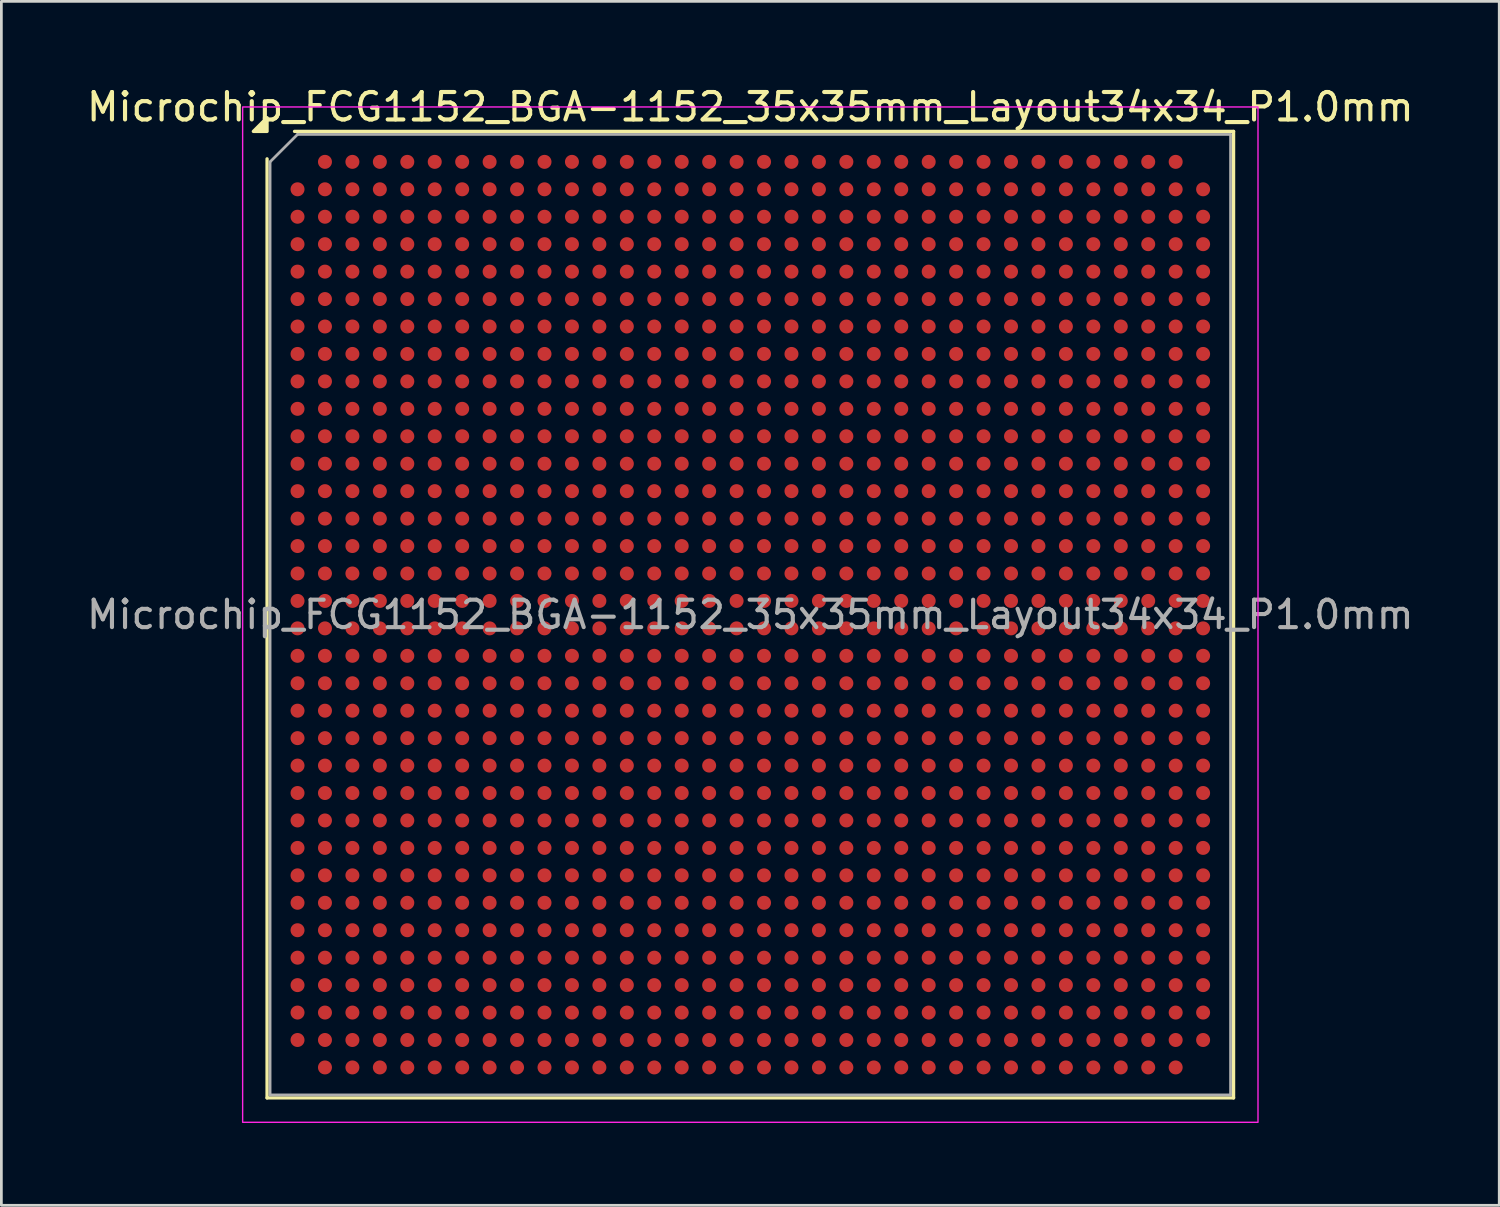
<source format=kicad_pcb>
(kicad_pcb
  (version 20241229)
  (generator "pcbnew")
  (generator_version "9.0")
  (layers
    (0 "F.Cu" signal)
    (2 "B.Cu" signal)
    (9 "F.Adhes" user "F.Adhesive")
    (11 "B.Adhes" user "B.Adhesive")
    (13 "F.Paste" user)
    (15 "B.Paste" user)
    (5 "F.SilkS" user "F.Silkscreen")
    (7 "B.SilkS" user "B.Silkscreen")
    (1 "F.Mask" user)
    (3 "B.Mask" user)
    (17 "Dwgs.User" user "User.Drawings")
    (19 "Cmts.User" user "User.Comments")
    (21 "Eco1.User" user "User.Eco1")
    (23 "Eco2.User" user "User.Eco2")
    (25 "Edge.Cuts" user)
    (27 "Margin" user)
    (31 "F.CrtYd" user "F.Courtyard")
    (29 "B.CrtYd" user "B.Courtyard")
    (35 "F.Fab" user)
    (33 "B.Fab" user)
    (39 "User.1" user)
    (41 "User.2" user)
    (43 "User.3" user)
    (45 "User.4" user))
  (footprint "Microchip_FCG1152_BGA-1152_35x35mm_Layout34x34_P1.0mm"
    (layer "F.Cu")
    (at 24.292 19.348)
    (property "Reference" "Microchip_FCG1152_BGA-1152_35x35mm_Layout34x34_P1.0mm" (at 0 -18.5 0) (layer "F.SilkS") (effects (font (size 1 1) (thickness 0.15))))
    (attr smd)
    (fp_line (start -17.61 17.61) (end -17.61 -16.61) (stroke (width 0.12) (type solid)) (layer "F.SilkS"))
    (fp_line (start -16.61 -17.61) (end 17.61 -17.61) (stroke (width 0.12) (type solid)) (layer "F.SilkS"))
    (fp_line (start 17.61 -17.61) (end 17.61 17.61) (stroke (width 0.12) (type solid)) (layer "F.SilkS"))
    (fp_line (start 17.61 17.61) (end -17.61 17.61) (stroke (width 0.12) (type solid)) (layer "F.SilkS"))
    (fp_poly (pts (xy -17.61 -17.61) (xy -18.11 -17.61) (xy -17.61 -18.11)) (stroke (width 0.12) (type solid)) (fill yes) (layer "F.SilkS"))
    (fp_rect (start -18.5 -18.5) (end 18.5 18.5) (stroke (width 0.05) (type solid)) (fill no) (layer "F.CrtYd"))
    (fp_line (start -17.5 -16.5) (end -16.5 -17.5) (stroke (width 0.1) (type solid)) (layer "F.Fab"))
    (fp_line (start -17.5 17.5) (end -17.5 -16.5) (stroke (width 0.1) (type solid)) (layer "F.Fab"))
    (fp_line (start -16.5 -17.5) (end 17.5 -17.5) (stroke (width 0.1) (type solid)) (layer "F.Fab"))
    (fp_line (start 17.5 -17.5) (end 17.5 17.5) (stroke (width 0.1) (type solid)) (layer "F.Fab"))
    (fp_line (start 17.5 17.5) (end -17.5 17.5) (stroke (width 0.1) (type solid)) (layer "F.Fab"))
    (fp_text user "${REFERENCE}" (at 0 0 0) (layer "F.Fab") (effects (font (size 1 1) (thickness 0.15))))
    (pad "A2" smd circle (at -15.5 -16.5) (size 0.51 0.51) (property pad_prop_bga) (layers "F.Cu" "F.Mask" "F.Paste"))
    (pad "A3" smd circle (at -14.5 -16.5) (size 0.51 0.51) (property pad_prop_bga) (layers "F.Cu" "F.Mask" "F.Paste"))
    (pad "A4" smd circle (at -13.5 -16.5) (size 0.51 0.51) (property pad_prop_bga) (layers "F.Cu" "F.Mask" "F.Paste"))
    (pad "A5" smd circle (at -12.5 -16.5) (size 0.51 0.51) (property pad_prop_bga) (layers "F.Cu" "F.Mask" "F.Paste"))
    (pad "A6" smd circle (at -11.5 -16.5) (size 0.51 0.51) (property pad_prop_bga) (layers "F.Cu" "F.Mask" "F.Paste"))
    (pad "A7" smd circle (at -10.5 -16.5) (size 0.51 0.51) (property pad_prop_bga) (layers "F.Cu" "F.Mask" "F.Paste"))
    (pad "A8" smd circle (at -9.5 -16.5) (size 0.51 0.51) (property pad_prop_bga) (layers "F.Cu" "F.Mask" "F.Paste"))
    (pad "A9" smd circle (at -8.5 -16.5) (size 0.51 0.51) (property pad_prop_bga) (layers "F.Cu" "F.Mask" "F.Paste"))
    (pad "A10" smd circle (at -7.5 -16.5) (size 0.51 0.51) (property pad_prop_bga) (layers "F.Cu" "F.Mask" "F.Paste"))
    (pad "A11" smd circle (at -6.5 -16.5) (size 0.51 0.51) (property pad_prop_bga) (layers "F.Cu" "F.Mask" "F.Paste"))
    (pad "A12" smd circle (at -5.5 -16.5) (size 0.51 0.51) (property pad_prop_bga) (layers "F.Cu" "F.Mask" "F.Paste"))
    (pad "A13" smd circle (at -4.5 -16.5) (size 0.51 0.51) (property pad_prop_bga) (layers "F.Cu" "F.Mask" "F.Paste"))
    (pad "A14" smd circle (at -3.5 -16.5) (size 0.51 0.51) (property pad_prop_bga) (layers "F.Cu" "F.Mask" "F.Paste"))
    (pad "A15" smd circle (at -2.5 -16.5) (size 0.51 0.51) (property pad_prop_bga) (layers "F.Cu" "F.Mask" "F.Paste"))
    (pad "A16" smd circle (at -1.5 -16.5) (size 0.51 0.51) (property pad_prop_bga) (layers "F.Cu" "F.Mask" "F.Paste"))
    (pad "A17" smd circle (at -0.5 -16.5) (size 0.51 0.51) (property pad_prop_bga) (layers "F.Cu" "F.Mask" "F.Paste"))
    (pad "A18" smd circle (at 0.5 -16.5) (size 0.51 0.51) (property pad_prop_bga) (layers "F.Cu" "F.Mask" "F.Paste"))
    (pad "A19" smd circle (at 1.5 -16.5) (size 0.51 0.51) (property pad_prop_bga) (layers "F.Cu" "F.Mask" "F.Paste"))
    (pad "A20" smd circle (at 2.5 -16.5) (size 0.51 0.51) (property pad_prop_bga) (layers "F.Cu" "F.Mask" "F.Paste"))
    (pad "A21" smd circle (at 3.5 -16.5) (size 0.51 0.51) (property pad_prop_bga) (layers "F.Cu" "F.Mask" "F.Paste"))
    (pad "A22" smd circle (at 4.5 -16.5) (size 0.51 0.51) (property pad_prop_bga) (layers "F.Cu" "F.Mask" "F.Paste"))
    (pad "A23" smd circle (at 5.5 -16.5) (size 0.51 0.51) (property pad_prop_bga) (layers "F.Cu" "F.Mask" "F.Paste"))
    (pad "A24" smd circle (at 6.5 -16.5) (size 0.51 0.51) (property pad_prop_bga) (layers "F.Cu" "F.Mask" "F.Paste"))
    (pad "A25" smd circle (at 7.5 -16.5) (size 0.51 0.51) (property pad_prop_bga) (layers "F.Cu" "F.Mask" "F.Paste"))
    (pad "A26" smd circle (at 8.5 -16.5) (size 0.51 0.51) (property pad_prop_bga) (layers "F.Cu" "F.Mask" "F.Paste"))
    (pad "A27" smd circle (at 9.5 -16.5) (size 0.51 0.51) (property pad_prop_bga) (layers "F.Cu" "F.Mask" "F.Paste"))
    (pad "A28" smd circle (at 10.5 -16.5) (size 0.51 0.51) (property pad_prop_bga) (layers "F.Cu" "F.Mask" "F.Paste"))
    (pad "A29" smd circle (at 11.5 -16.5) (size 0.51 0.51) (property pad_prop_bga) (layers "F.Cu" "F.Mask" "F.Paste"))
    (pad "A30" smd circle (at 12.5 -16.5) (size 0.51 0.51) (property pad_prop_bga) (layers "F.Cu" "F.Mask" "F.Paste"))
    (pad "A31" smd circle (at 13.5 -16.5) (size 0.51 0.51) (property pad_prop_bga) (layers "F.Cu" "F.Mask" "F.Paste"))
    (pad "A32" smd circle (at 14.5 -16.5) (size 0.51 0.51) (property pad_prop_bga) (layers "F.Cu" "F.Mask" "F.Paste"))
    (pad "A33" smd circle (at 15.5 -16.5) (size 0.51 0.51) (property pad_prop_bga) (layers "F.Cu" "F.Mask" "F.Paste"))
    (pad "AA1" smd circle (at -16.5 3.5) (size 0.51 0.51) (property pad_prop_bga) (layers "F.Cu" "F.Mask" "F.Paste"))
    (pad "AA2" smd circle (at -15.5 3.5) (size 0.51 0.51) (property pad_prop_bga) (layers "F.Cu" "F.Mask" "F.Paste"))
    (pad "AA3" smd circle (at -14.5 3.5) (size 0.51 0.51) (property pad_prop_bga) (layers "F.Cu" "F.Mask" "F.Paste"))
    (pad "AA4" smd circle (at -13.5 3.5) (size 0.51 0.51) (property pad_prop_bga) (layers "F.Cu" "F.Mask" "F.Paste"))
    (pad "AA5" smd circle (at -12.5 3.5) (size 0.51 0.51) (property pad_prop_bga) (layers "F.Cu" "F.Mask" "F.Paste"))
    (pad "AA6" smd circle (at -11.5 3.5) (size 0.51 0.51) (property pad_prop_bga) (layers "F.Cu" "F.Mask" "F.Paste"))
    (pad "AA7" smd circle (at -10.5 3.5) (size 0.51 0.51) (property pad_prop_bga) (layers "F.Cu" "F.Mask" "F.Paste"))
    (pad "AA8" smd circle (at -9.5 3.5) (size 0.51 0.51) (property pad_prop_bga) (layers "F.Cu" "F.Mask" "F.Paste"))
    (pad "AA9" smd circle (at -8.5 3.5) (size 0.51 0.51) (property pad_prop_bga) (layers "F.Cu" "F.Mask" "F.Paste"))
    (pad "AA10" smd circle (at -7.5 3.5) (size 0.51 0.51) (property pad_prop_bga) (layers "F.Cu" "F.Mask" "F.Paste"))
    (pad "AA11" smd circle (at -6.5 3.5) (size 0.51 0.51) (property pad_prop_bga) (layers "F.Cu" "F.Mask" "F.Paste"))
    (pad "AA12" smd circle (at -5.5 3.5) (size 0.51 0.51) (property pad_prop_bga) (layers "F.Cu" "F.Mask" "F.Paste"))
    (pad "AA13" smd circle (at -4.5 3.5) (size 0.51 0.51) (property pad_prop_bga) (layers "F.Cu" "F.Mask" "F.Paste"))
    (pad "AA14" smd circle (at -3.5 3.5) (size 0.51 0.51) (property pad_prop_bga) (layers "F.Cu" "F.Mask" "F.Paste"))
    (pad "AA15" smd circle (at -2.5 3.5) (size 0.51 0.51) (property pad_prop_bga) (layers "F.Cu" "F.Mask" "F.Paste"))
    (pad "AA16" smd circle (at -1.5 3.5) (size 0.51 0.51) (property pad_prop_bga) (layers "F.Cu" "F.Mask" "F.Paste"))
    (pad "AA17" smd circle (at -0.5 3.5) (size 0.51 0.51) (property pad_prop_bga) (layers "F.Cu" "F.Mask" "F.Paste"))
    (pad "AA18" smd circle (at 0.5 3.5) (size 0.51 0.51) (property pad_prop_bga) (layers "F.Cu" "F.Mask" "F.Paste"))
    (pad "AA19" smd circle (at 1.5 3.5) (size 0.51 0.51) (property pad_prop_bga) (layers "F.Cu" "F.Mask" "F.Paste"))
    (pad "AA20" smd circle (at 2.5 3.5) (size 0.51 0.51) (property pad_prop_bga) (layers "F.Cu" "F.Mask" "F.Paste"))
    (pad "AA21" smd circle (at 3.5 3.5) (size 0.51 0.51) (property pad_prop_bga) (layers "F.Cu" "F.Mask" "F.Paste"))
    (pad "AA22" smd circle (at 4.5 3.5) (size 0.51 0.51) (property pad_prop_bga) (layers "F.Cu" "F.Mask" "F.Paste"))
    (pad "AA23" smd circle (at 5.5 3.5) (size 0.51 0.51) (property pad_prop_bga) (layers "F.Cu" "F.Mask" "F.Paste"))
    (pad "AA24" smd circle (at 6.5 3.5) (size 0.51 0.51) (property pad_prop_bga) (layers "F.Cu" "F.Mask" "F.Paste"))
    (pad "AA25" smd circle (at 7.5 3.5) (size 0.51 0.51) (property pad_prop_bga) (layers "F.Cu" "F.Mask" "F.Paste"))
    (pad "AA26" smd circle (at 8.5 3.5) (size 0.51 0.51) (property pad_prop_bga) (layers "F.Cu" "F.Mask" "F.Paste"))
    (pad "AA27" smd circle (at 9.5 3.5) (size 0.51 0.51) (property pad_prop_bga) (layers "F.Cu" "F.Mask" "F.Paste"))
    (pad "AA28" smd circle (at 10.5 3.5) (size 0.51 0.51) (property pad_prop_bga) (layers "F.Cu" "F.Mask" "F.Paste"))
    (pad "AA29" smd circle (at 11.5 3.5) (size 0.51 0.51) (property pad_prop_bga) (layers "F.Cu" "F.Mask" "F.Paste"))
    (pad "AA30" smd circle (at 12.5 3.5) (size 0.51 0.51) (property pad_prop_bga) (layers "F.Cu" "F.Mask" "F.Paste"))
    (pad "AA31" smd circle (at 13.5 3.5) (size 0.51 0.51) (property pad_prop_bga) (layers "F.Cu" "F.Mask" "F.Paste"))
    (pad "AA32" smd circle (at 14.5 3.5) (size 0.51 0.51) (property pad_prop_bga) (layers "F.Cu" "F.Mask" "F.Paste"))
    (pad "AA33" smd circle (at 15.5 3.5) (size 0.51 0.51) (property pad_prop_bga) (layers "F.Cu" "F.Mask" "F.Paste"))
    (pad "AA34" smd circle (at 16.5 3.5) (size 0.51 0.51) (property pad_prop_bga) (layers "F.Cu" "F.Mask" "F.Paste"))
    (pad "AB1" smd circle (at -16.5 4.5) (size 0.51 0.51) (property pad_prop_bga) (layers "F.Cu" "F.Mask" "F.Paste"))
    (pad "AB2" smd circle (at -15.5 4.5) (size 0.51 0.51) (property pad_prop_bga) (layers "F.Cu" "F.Mask" "F.Paste"))
    (pad "AB3" smd circle (at -14.5 4.5) (size 0.51 0.51) (property pad_prop_bga) (layers "F.Cu" "F.Mask" "F.Paste"))
    (pad "AB4" smd circle (at -13.5 4.5) (size 0.51 0.51) (property pad_prop_bga) (layers "F.Cu" "F.Mask" "F.Paste"))
    (pad "AB5" smd circle (at -12.5 4.5) (size 0.51 0.51) (property pad_prop_bga) (layers "F.Cu" "F.Mask" "F.Paste"))
    (pad "AB6" smd circle (at -11.5 4.5) (size 0.51 0.51) (property pad_prop_bga) (layers "F.Cu" "F.Mask" "F.Paste"))
    (pad "AB7" smd circle (at -10.5 4.5) (size 0.51 0.51) (property pad_prop_bga) (layers "F.Cu" "F.Mask" "F.Paste"))
    (pad "AB8" smd circle (at -9.5 4.5) (size 0.51 0.51) (property pad_prop_bga) (layers "F.Cu" "F.Mask" "F.Paste"))
    (pad "AB9" smd circle (at -8.5 4.5) (size 0.51 0.51) (property pad_prop_bga) (layers "F.Cu" "F.Mask" "F.Paste"))
    (pad "AB10" smd circle (at -7.5 4.5) (size 0.51 0.51) (property pad_prop_bga) (layers "F.Cu" "F.Mask" "F.Paste"))
    (pad "AB11" smd circle (at -6.5 4.5) (size 0.51 0.51) (property pad_prop_bga) (layers "F.Cu" "F.Mask" "F.Paste"))
    (pad "AB12" smd circle (at -5.5 4.5) (size 0.51 0.51) (property pad_prop_bga) (layers "F.Cu" "F.Mask" "F.Paste"))
    (pad "AB13" smd circle (at -4.5 4.5) (size 0.51 0.51) (property pad_prop_bga) (layers "F.Cu" "F.Mask" "F.Paste"))
    (pad "AB14" smd circle (at -3.5 4.5) (size 0.51 0.51) (property pad_prop_bga) (layers "F.Cu" "F.Mask" "F.Paste"))
    (pad "AB15" smd circle (at -2.5 4.5) (size 0.51 0.51) (property pad_prop_bga) (layers "F.Cu" "F.Mask" "F.Paste"))
    (pad "AB16" smd circle (at -1.5 4.5) (size 0.51 0.51) (property pad_prop_bga) (layers "F.Cu" "F.Mask" "F.Paste"))
    (pad "AB17" smd circle (at -0.5 4.5) (size 0.51 0.51) (property pad_prop_bga) (layers "F.Cu" "F.Mask" "F.Paste"))
    (pad "AB18" smd circle (at 0.5 4.5) (size 0.51 0.51) (property pad_prop_bga) (layers "F.Cu" "F.Mask" "F.Paste"))
    (pad "AB19" smd circle (at 1.5 4.5) (size 0.51 0.51) (property pad_prop_bga) (layers "F.Cu" "F.Mask" "F.Paste"))
    (pad "AB20" smd circle (at 2.5 4.5) (size 0.51 0.51) (property pad_prop_bga) (layers "F.Cu" "F.Mask" "F.Paste"))
    (pad "AB21" smd circle (at 3.5 4.5) (size 0.51 0.51) (property pad_prop_bga) (layers "F.Cu" "F.Mask" "F.Paste"))
    (pad "AB22" smd circle (at 4.5 4.5) (size 0.51 0.51) (property pad_prop_bga) (layers "F.Cu" "F.Mask" "F.Paste"))
    (pad "AB23" smd circle (at 5.5 4.5) (size 0.51 0.51) (property pad_prop_bga) (layers "F.Cu" "F.Mask" "F.Paste"))
    (pad "AB24" smd circle (at 6.5 4.5) (size 0.51 0.51) (property pad_prop_bga) (layers "F.Cu" "F.Mask" "F.Paste"))
    (pad "AB25" smd circle (at 7.5 4.5) (size 0.51 0.51) (property pad_prop_bga) (layers "F.Cu" "F.Mask" "F.Paste"))
    (pad "AB26" smd circle (at 8.5 4.5) (size 0.51 0.51) (property pad_prop_bga) (layers "F.Cu" "F.Mask" "F.Paste"))
    (pad "AB27" smd circle (at 9.5 4.5) (size 0.51 0.51) (property pad_prop_bga) (layers "F.Cu" "F.Mask" "F.Paste"))
    (pad "AB28" smd circle (at 10.5 4.5) (size 0.51 0.51) (property pad_prop_bga) (layers "F.Cu" "F.Mask" "F.Paste"))
    (pad "AB29" smd circle (at 11.5 4.5) (size 0.51 0.51) (property pad_prop_bga) (layers "F.Cu" "F.Mask" "F.Paste"))
    (pad "AB30" smd circle (at 12.5 4.5) (size 0.51 0.51) (property pad_prop_bga) (layers "F.Cu" "F.Mask" "F.Paste"))
    (pad "AB31" smd circle (at 13.5 4.5) (size 0.51 0.51) (property pad_prop_bga) (layers "F.Cu" "F.Mask" "F.Paste"))
    (pad "AB32" smd circle (at 14.5 4.5) (size 0.51 0.51) (property pad_prop_bga) (layers "F.Cu" "F.Mask" "F.Paste"))
    (pad "AB33" smd circle (at 15.5 4.5) (size 0.51 0.51) (property pad_prop_bga) (layers "F.Cu" "F.Mask" "F.Paste"))
    (pad "AB34" smd circle (at 16.5 4.5) (size 0.51 0.51) (property pad_prop_bga) (layers "F.Cu" "F.Mask" "F.Paste"))
    (pad "AC1" smd circle (at -16.5 5.5) (size 0.51 0.51) (property pad_prop_bga) (layers "F.Cu" "F.Mask" "F.Paste"))
    (pad "AC2" smd circle (at -15.5 5.5) (size 0.51 0.51) (property pad_prop_bga) (layers "F.Cu" "F.Mask" "F.Paste"))
    (pad "AC3" smd circle (at -14.5 5.5) (size 0.51 0.51) (property pad_prop_bga) (layers "F.Cu" "F.Mask" "F.Paste"))
    (pad "AC4" smd circle (at -13.5 5.5) (size 0.51 0.51) (property pad_prop_bga) (layers "F.Cu" "F.Mask" "F.Paste"))
    (pad "AC5" smd circle (at -12.5 5.5) (size 0.51 0.51) (property pad_prop_bga) (layers "F.Cu" "F.Mask" "F.Paste"))
    (pad "AC6" smd circle (at -11.5 5.5) (size 0.51 0.51) (property pad_prop_bga) (layers "F.Cu" "F.Mask" "F.Paste"))
    (pad "AC7" smd circle (at -10.5 5.5) (size 0.51 0.51) (property pad_prop_bga) (layers "F.Cu" "F.Mask" "F.Paste"))
    (pad "AC8" smd circle (at -9.5 5.5) (size 0.51 0.51) (property pad_prop_bga) (layers "F.Cu" "F.Mask" "F.Paste"))
    (pad "AC9" smd circle (at -8.5 5.5) (size 0.51 0.51) (property pad_prop_bga) (layers "F.Cu" "F.Mask" "F.Paste"))
    (pad "AC10" smd circle (at -7.5 5.5) (size 0.51 0.51) (property pad_prop_bga) (layers "F.Cu" "F.Mask" "F.Paste"))
    (pad "AC11" smd circle (at -6.5 5.5) (size 0.51 0.51) (property pad_prop_bga) (layers "F.Cu" "F.Mask" "F.Paste"))
    (pad "AC12" smd circle (at -5.5 5.5) (size 0.51 0.51) (property pad_prop_bga) (layers "F.Cu" "F.Mask" "F.Paste"))
    (pad "AC13" smd circle (at -4.5 5.5) (size 0.51 0.51) (property pad_prop_bga) (layers "F.Cu" "F.Mask" "F.Paste"))
    (pad "AC14" smd circle (at -3.5 5.5) (size 0.51 0.51) (property pad_prop_bga) (layers "F.Cu" "F.Mask" "F.Paste"))
    (pad "AC15" smd circle (at -2.5 5.5) (size 0.51 0.51) (property pad_prop_bga) (layers "F.Cu" "F.Mask" "F.Paste"))
    (pad "AC16" smd circle (at -1.5 5.5) (size 0.51 0.51) (property pad_prop_bga) (layers "F.Cu" "F.Mask" "F.Paste"))
    (pad "AC17" smd circle (at -0.5 5.5) (size 0.51 0.51) (property pad_prop_bga) (layers "F.Cu" "F.Mask" "F.Paste"))
    (pad "AC18" smd circle (at 0.5 5.5) (size 0.51 0.51) (property pad_prop_bga) (layers "F.Cu" "F.Mask" "F.Paste"))
    (pad "AC19" smd circle (at 1.5 5.5) (size 0.51 0.51) (property pad_prop_bga) (layers "F.Cu" "F.Mask" "F.Paste"))
    (pad "AC20" smd circle (at 2.5 5.5) (size 0.51 0.51) (property pad_prop_bga) (layers "F.Cu" "F.Mask" "F.Paste"))
    (pad "AC21" smd circle (at 3.5 5.5) (size 0.51 0.51) (property pad_prop_bga) (layers "F.Cu" "F.Mask" "F.Paste"))
    (pad "AC22" smd circle (at 4.5 5.5) (size 0.51 0.51) (property pad_prop_bga) (layers "F.Cu" "F.Mask" "F.Paste"))
    (pad "AC23" smd circle (at 5.5 5.5) (size 0.51 0.51) (property pad_prop_bga) (layers "F.Cu" "F.Mask" "F.Paste"))
    (pad "AC24" smd circle (at 6.5 5.5) (size 0.51 0.51) (property pad_prop_bga) (layers "F.Cu" "F.Mask" "F.Paste"))
    (pad "AC25" smd circle (at 7.5 5.5) (size 0.51 0.51) (property pad_prop_bga) (layers "F.Cu" "F.Mask" "F.Paste"))
    (pad "AC26" smd circle (at 8.5 5.5) (size 0.51 0.51) (property pad_prop_bga) (layers "F.Cu" "F.Mask" "F.Paste"))
    (pad "AC27" smd circle (at 9.5 5.5) (size 0.51 0.51) (property pad_prop_bga) (layers "F.Cu" "F.Mask" "F.Paste"))
    (pad "AC28" smd circle (at 10.5 5.5) (size 0.51 0.51) (property pad_prop_bga) (layers "F.Cu" "F.Mask" "F.Paste"))
    (pad "AC29" smd circle (at 11.5 5.5) (size 0.51 0.51) (property pad_prop_bga) (layers "F.Cu" "F.Mask" "F.Paste"))
    (pad "AC30" smd circle (at 12.5 5.5) (size 0.51 0.51) (property pad_prop_bga) (layers "F.Cu" "F.Mask" "F.Paste"))
    (pad "AC31" smd circle (at 13.5 5.5) (size 0.51 0.51) (property pad_prop_bga) (layers "F.Cu" "F.Mask" "F.Paste"))
    (pad "AC32" smd circle (at 14.5 5.5) (size 0.51 0.51) (property pad_prop_bga) (layers "F.Cu" "F.Mask" "F.Paste"))
    (pad "AC33" smd circle (at 15.5 5.5) (size 0.51 0.51) (property pad_prop_bga) (layers "F.Cu" "F.Mask" "F.Paste"))
    (pad "AC34" smd circle (at 16.5 5.5) (size 0.51 0.51) (property pad_prop_bga) (layers "F.Cu" "F.Mask" "F.Paste"))
    (pad "AD1" smd circle (at -16.5 6.5) (size 0.51 0.51) (property pad_prop_bga) (layers "F.Cu" "F.Mask" "F.Paste"))
    (pad "AD2" smd circle (at -15.5 6.5) (size 0.51 0.51) (property pad_prop_bga) (layers "F.Cu" "F.Mask" "F.Paste"))
    (pad "AD3" smd circle (at -14.5 6.5) (size 0.51 0.51) (property pad_prop_bga) (layers "F.Cu" "F.Mask" "F.Paste"))
    (pad "AD4" smd circle (at -13.5 6.5) (size 0.51 0.51) (property pad_prop_bga) (layers "F.Cu" "F.Mask" "F.Paste"))
    (pad "AD5" smd circle (at -12.5 6.5) (size 0.51 0.51) (property pad_prop_bga) (layers "F.Cu" "F.Mask" "F.Paste"))
    (pad "AD6" smd circle (at -11.5 6.5) (size 0.51 0.51) (property pad_prop_bga) (layers "F.Cu" "F.Mask" "F.Paste"))
    (pad "AD7" smd circle (at -10.5 6.5) (size 0.51 0.51) (property pad_prop_bga) (layers "F.Cu" "F.Mask" "F.Paste"))
    (pad "AD8" smd circle (at -9.5 6.5) (size 0.51 0.51) (property pad_prop_bga) (layers "F.Cu" "F.Mask" "F.Paste"))
    (pad "AD9" smd circle (at -8.5 6.5) (size 0.51 0.51) (property pad_prop_bga) (layers "F.Cu" "F.Mask" "F.Paste"))
    (pad "AD10" smd circle (at -7.5 6.5) (size 0.51 0.51) (property pad_prop_bga) (layers "F.Cu" "F.Mask" "F.Paste"))
    (pad "AD11" smd circle (at -6.5 6.5) (size 0.51 0.51) (property pad_prop_bga) (layers "F.Cu" "F.Mask" "F.Paste"))
    (pad "AD12" smd circle (at -5.5 6.5) (size 0.51 0.51) (property pad_prop_bga) (layers "F.Cu" "F.Mask" "F.Paste"))
    (pad "AD13" smd circle (at -4.5 6.5) (size 0.51 0.51) (property pad_prop_bga) (layers "F.Cu" "F.Mask" "F.Paste"))
    (pad "AD14" smd circle (at -3.5 6.5) (size 0.51 0.51) (property pad_prop_bga) (layers "F.Cu" "F.Mask" "F.Paste"))
    (pad "AD15" smd circle (at -2.5 6.5) (size 0.51 0.51) (property pad_prop_bga) (layers "F.Cu" "F.Mask" "F.Paste"))
    (pad "AD16" smd circle (at -1.5 6.5) (size 0.51 0.51) (property pad_prop_bga) (layers "F.Cu" "F.Mask" "F.Paste"))
    (pad "AD17" smd circle (at -0.5 6.5) (size 0.51 0.51) (property pad_prop_bga) (layers "F.Cu" "F.Mask" "F.Paste"))
    (pad "AD18" smd circle (at 0.5 6.5) (size 0.51 0.51) (property pad_prop_bga) (layers "F.Cu" "F.Mask" "F.Paste"))
    (pad "AD19" smd circle (at 1.5 6.5) (size 0.51 0.51) (property pad_prop_bga) (layers "F.Cu" "F.Mask" "F.Paste"))
    (pad "AD20" smd circle (at 2.5 6.5) (size 0.51 0.51) (property pad_prop_bga) (layers "F.Cu" "F.Mask" "F.Paste"))
    (pad "AD21" smd circle (at 3.5 6.5) (size 0.51 0.51) (property pad_prop_bga) (layers "F.Cu" "F.Mask" "F.Paste"))
    (pad "AD22" smd circle (at 4.5 6.5) (size 0.51 0.51) (property pad_prop_bga) (layers "F.Cu" "F.Mask" "F.Paste"))
    (pad "AD23" smd circle (at 5.5 6.5) (size 0.51 0.51) (property pad_prop_bga) (layers "F.Cu" "F.Mask" "F.Paste"))
    (pad "AD24" smd circle (at 6.5 6.5) (size 0.51 0.51) (property pad_prop_bga) (layers "F.Cu" "F.Mask" "F.Paste"))
    (pad "AD25" smd circle (at 7.5 6.5) (size 0.51 0.51) (property pad_prop_bga) (layers "F.Cu" "F.Mask" "F.Paste"))
    (pad "AD26" smd circle (at 8.5 6.5) (size 0.51 0.51) (property pad_prop_bga) (layers "F.Cu" "F.Mask" "F.Paste"))
    (pad "AD27" smd circle (at 9.5 6.5) (size 0.51 0.51) (property pad_prop_bga) (layers "F.Cu" "F.Mask" "F.Paste"))
    (pad "AD28" smd circle (at 10.5 6.5) (size 0.51 0.51) (property pad_prop_bga) (layers "F.Cu" "F.Mask" "F.Paste"))
    (pad "AD29" smd circle (at 11.5 6.5) (size 0.51 0.51) (property pad_prop_bga) (layers "F.Cu" "F.Mask" "F.Paste"))
    (pad "AD30" smd circle (at 12.5 6.5) (size 0.51 0.51) (property pad_prop_bga) (layers "F.Cu" "F.Mask" "F.Paste"))
    (pad "AD31" smd circle (at 13.5 6.5) (size 0.51 0.51) (property pad_prop_bga) (layers "F.Cu" "F.Mask" "F.Paste"))
    (pad "AD32" smd circle (at 14.5 6.5) (size 0.51 0.51) (property pad_prop_bga) (layers "F.Cu" "F.Mask" "F.Paste"))
    (pad "AD33" smd circle (at 15.5 6.5) (size 0.51 0.51) (property pad_prop_bga) (layers "F.Cu" "F.Mask" "F.Paste"))
    (pad "AD34" smd circle (at 16.5 6.5) (size 0.51 0.51) (property pad_prop_bga) (layers "F.Cu" "F.Mask" "F.Paste"))
    (pad "AE1" smd circle (at -16.5 7.5) (size 0.51 0.51) (property pad_prop_bga) (layers "F.Cu" "F.Mask" "F.Paste"))
    (pad "AE2" smd circle (at -15.5 7.5) (size 0.51 0.51) (property pad_prop_bga) (layers "F.Cu" "F.Mask" "F.Paste"))
    (pad "AE3" smd circle (at -14.5 7.5) (size 0.51 0.51) (property pad_prop_bga) (layers "F.Cu" "F.Mask" "F.Paste"))
    (pad "AE4" smd circle (at -13.5 7.5) (size 0.51 0.51) (property pad_prop_bga) (layers "F.Cu" "F.Mask" "F.Paste"))
    (pad "AE5" smd circle (at -12.5 7.5) (size 0.51 0.51) (property pad_prop_bga) (layers "F.Cu" "F.Mask" "F.Paste"))
    (pad "AE6" smd circle (at -11.5 7.5) (size 0.51 0.51) (property pad_prop_bga) (layers "F.Cu" "F.Mask" "F.Paste"))
    (pad "AE7" smd circle (at -10.5 7.5) (size 0.51 0.51) (property pad_prop_bga) (layers "F.Cu" "F.Mask" "F.Paste"))
    (pad "AE8" smd circle (at -9.5 7.5) (size 0.51 0.51) (property pad_prop_bga) (layers "F.Cu" "F.Mask" "F.Paste"))
    (pad "AE9" smd circle (at -8.5 7.5) (size 0.51 0.51) (property pad_prop_bga) (layers "F.Cu" "F.Mask" "F.Paste"))
    (pad "AE10" smd circle (at -7.5 7.5) (size 0.51 0.51) (property pad_prop_bga) (layers "F.Cu" "F.Mask" "F.Paste"))
    (pad "AE11" smd circle (at -6.5 7.5) (size 0.51 0.51) (property pad_prop_bga) (layers "F.Cu" "F.Mask" "F.Paste"))
    (pad "AE12" smd circle (at -5.5 7.5) (size 0.51 0.51) (property pad_prop_bga) (layers "F.Cu" "F.Mask" "F.Paste"))
    (pad "AE13" smd circle (at -4.5 7.5) (size 0.51 0.51) (property pad_prop_bga) (layers "F.Cu" "F.Mask" "F.Paste"))
    (pad "AE14" smd circle (at -3.5 7.5) (size 0.51 0.51) (property pad_prop_bga) (layers "F.Cu" "F.Mask" "F.Paste"))
    (pad "AE15" smd circle (at -2.5 7.5) (size 0.51 0.51) (property pad_prop_bga) (layers "F.Cu" "F.Mask" "F.Paste"))
    (pad "AE16" smd circle (at -1.5 7.5) (size 0.51 0.51) (property pad_prop_bga) (layers "F.Cu" "F.Mask" "F.Paste"))
    (pad "AE17" smd circle (at -0.5 7.5) (size 0.51 0.51) (property pad_prop_bga) (layers "F.Cu" "F.Mask" "F.Paste"))
    (pad "AE18" smd circle (at 0.5 7.5) (size 0.51 0.51) (property pad_prop_bga) (layers "F.Cu" "F.Mask" "F.Paste"))
    (pad "AE19" smd circle (at 1.5 7.5) (size 0.51 0.51) (property pad_prop_bga) (layers "F.Cu" "F.Mask" "F.Paste"))
    (pad "AE20" smd circle (at 2.5 7.5) (size 0.51 0.51) (property pad_prop_bga) (layers "F.Cu" "F.Mask" "F.Paste"))
    (pad "AE21" smd circle (at 3.5 7.5) (size 0.51 0.51) (property pad_prop_bga) (layers "F.Cu" "F.Mask" "F.Paste"))
    (pad "AE22" smd circle (at 4.5 7.5) (size 0.51 0.51) (property pad_prop_bga) (layers "F.Cu" "F.Mask" "F.Paste"))
    (pad "AE23" smd circle (at 5.5 7.5) (size 0.51 0.51) (property pad_prop_bga) (layers "F.Cu" "F.Mask" "F.Paste"))
    (pad "AE24" smd circle (at 6.5 7.5) (size 0.51 0.51) (property pad_prop_bga) (layers "F.Cu" "F.Mask" "F.Paste"))
    (pad "AE25" smd circle (at 7.5 7.5) (size 0.51 0.51) (property pad_prop_bga) (layers "F.Cu" "F.Mask" "F.Paste"))
    (pad "AE26" smd circle (at 8.5 7.5) (size 0.51 0.51) (property pad_prop_bga) (layers "F.Cu" "F.Mask" "F.Paste"))
    (pad "AE27" smd circle (at 9.5 7.5) (size 0.51 0.51) (property pad_prop_bga) (layers "F.Cu" "F.Mask" "F.Paste"))
    (pad "AE28" smd circle (at 10.5 7.5) (size 0.51 0.51) (property pad_prop_bga) (layers "F.Cu" "F.Mask" "F.Paste"))
    (pad "AE29" smd circle (at 11.5 7.5) (size 0.51 0.51) (property pad_prop_bga) (layers "F.Cu" "F.Mask" "F.Paste"))
    (pad "AE30" smd circle (at 12.5 7.5) (size 0.51 0.51) (property pad_prop_bga) (layers "F.Cu" "F.Mask" "F.Paste"))
    (pad "AE31" smd circle (at 13.5 7.5) (size 0.51 0.51) (property pad_prop_bga) (layers "F.Cu" "F.Mask" "F.Paste"))
    (pad "AE32" smd circle (at 14.5 7.5) (size 0.51 0.51) (property pad_prop_bga) (layers "F.Cu" "F.Mask" "F.Paste"))
    (pad "AE33" smd circle (at 15.5 7.5) (size 0.51 0.51) (property pad_prop_bga) (layers "F.Cu" "F.Mask" "F.Paste"))
    (pad "AE34" smd circle (at 16.5 7.5) (size 0.51 0.51) (property pad_prop_bga) (layers "F.Cu" "F.Mask" "F.Paste"))
    (pad "AF1" smd circle (at -16.5 8.5) (size 0.51 0.51) (property pad_prop_bga) (layers "F.Cu" "F.Mask" "F.Paste"))
    (pad "AF2" smd circle (at -15.5 8.5) (size 0.51 0.51) (property pad_prop_bga) (layers "F.Cu" "F.Mask" "F.Paste"))
    (pad "AF3" smd circle (at -14.5 8.5) (size 0.51 0.51) (property pad_prop_bga) (layers "F.Cu" "F.Mask" "F.Paste"))
    (pad "AF4" smd circle (at -13.5 8.5) (size 0.51 0.51) (property pad_prop_bga) (layers "F.Cu" "F.Mask" "F.Paste"))
    (pad "AF5" smd circle (at -12.5 8.5) (size 0.51 0.51) (property pad_prop_bga) (layers "F.Cu" "F.Mask" "F.Paste"))
    (pad "AF6" smd circle (at -11.5 8.5) (size 0.51 0.51) (property pad_prop_bga) (layers "F.Cu" "F.Mask" "F.Paste"))
    (pad "AF7" smd circle (at -10.5 8.5) (size 0.51 0.51) (property pad_prop_bga) (layers "F.Cu" "F.Mask" "F.Paste"))
    (pad "AF8" smd circle (at -9.5 8.5) (size 0.51 0.51) (property pad_prop_bga) (layers "F.Cu" "F.Mask" "F.Paste"))
    (pad "AF9" smd circle (at -8.5 8.5) (size 0.51 0.51) (property pad_prop_bga) (layers "F.Cu" "F.Mask" "F.Paste"))
    (pad "AF10" smd circle (at -7.5 8.5) (size 0.51 0.51) (property pad_prop_bga) (layers "F.Cu" "F.Mask" "F.Paste"))
    (pad "AF11" smd circle (at -6.5 8.5) (size 0.51 0.51) (property pad_prop_bga) (layers "F.Cu" "F.Mask" "F.Paste"))
    (pad "AF12" smd circle (at -5.5 8.5) (size 0.51 0.51) (property pad_prop_bga) (layers "F.Cu" "F.Mask" "F.Paste"))
    (pad "AF13" smd circle (at -4.5 8.5) (size 0.51 0.51) (property pad_prop_bga) (layers "F.Cu" "F.Mask" "F.Paste"))
    (pad "AF14" smd circle (at -3.5 8.5) (size 0.51 0.51) (property pad_prop_bga) (layers "F.Cu" "F.Mask" "F.Paste"))
    (pad "AF15" smd circle (at -2.5 8.5) (size 0.51 0.51) (property pad_prop_bga) (layers "F.Cu" "F.Mask" "F.Paste"))
    (pad "AF16" smd circle (at -1.5 8.5) (size 0.51 0.51) (property pad_prop_bga) (layers "F.Cu" "F.Mask" "F.Paste"))
    (pad "AF17" smd circle (at -0.5 8.5) (size 0.51 0.51) (property pad_prop_bga) (layers "F.Cu" "F.Mask" "F.Paste"))
    (pad "AF18" smd circle (at 0.5 8.5) (size 0.51 0.51) (property pad_prop_bga) (layers "F.Cu" "F.Mask" "F.Paste"))
    (pad "AF19" smd circle (at 1.5 8.5) (size 0.51 0.51) (property pad_prop_bga) (layers "F.Cu" "F.Mask" "F.Paste"))
    (pad "AF20" smd circle (at 2.5 8.5) (size 0.51 0.51) (property pad_prop_bga) (layers "F.Cu" "F.Mask" "F.Paste"))
    (pad "AF21" smd circle (at 3.5 8.5) (size 0.51 0.51) (property pad_prop_bga) (layers "F.Cu" "F.Mask" "F.Paste"))
    (pad "AF22" smd circle (at 4.5 8.5) (size 0.51 0.51) (property pad_prop_bga) (layers "F.Cu" "F.Mask" "F.Paste"))
    (pad "AF23" smd circle (at 5.5 8.5) (size 0.51 0.51) (property pad_prop_bga) (layers "F.Cu" "F.Mask" "F.Paste"))
    (pad "AF24" smd circle (at 6.5 8.5) (size 0.51 0.51) (property pad_prop_bga) (layers "F.Cu" "F.Mask" "F.Paste"))
    (pad "AF25" smd circle (at 7.5 8.5) (size 0.51 0.51) (property pad_prop_bga) (layers "F.Cu" "F.Mask" "F.Paste"))
    (pad "AF26" smd circle (at 8.5 8.5) (size 0.51 0.51) (property pad_prop_bga) (layers "F.Cu" "F.Mask" "F.Paste"))
    (pad "AF27" smd circle (at 9.5 8.5) (size 0.51 0.51) (property pad_prop_bga) (layers "F.Cu" "F.Mask" "F.Paste"))
    (pad "AF28" smd circle (at 10.5 8.5) (size 0.51 0.51) (property pad_prop_bga) (layers "F.Cu" "F.Mask" "F.Paste"))
    (pad "AF29" smd circle (at 11.5 8.5) (size 0.51 0.51) (property pad_prop_bga) (layers "F.Cu" "F.Mask" "F.Paste"))
    (pad "AF30" smd circle (at 12.5 8.5) (size 0.51 0.51) (property pad_prop_bga) (layers "F.Cu" "F.Mask" "F.Paste"))
    (pad "AF31" smd circle (at 13.5 8.5) (size 0.51 0.51) (property pad_prop_bga) (layers "F.Cu" "F.Mask" "F.Paste"))
    (pad "AF32" smd circle (at 14.5 8.5) (size 0.51 0.51) (property pad_prop_bga) (layers "F.Cu" "F.Mask" "F.Paste"))
    (pad "AF33" smd circle (at 15.5 8.5) (size 0.51 0.51) (property pad_prop_bga) (layers "F.Cu" "F.Mask" "F.Paste"))
    (pad "AF34" smd circle (at 16.5 8.5) (size 0.51 0.51) (property pad_prop_bga) (layers "F.Cu" "F.Mask" "F.Paste"))
    (pad "AG1" smd circle (at -16.5 9.5) (size 0.51 0.51) (property pad_prop_bga) (layers "F.Cu" "F.Mask" "F.Paste"))
    (pad "AG2" smd circle (at -15.5 9.5) (size 0.51 0.51) (property pad_prop_bga) (layers "F.Cu" "F.Mask" "F.Paste"))
    (pad "AG3" smd circle (at -14.5 9.5) (size 0.51 0.51) (property pad_prop_bga) (layers "F.Cu" "F.Mask" "F.Paste"))
    (pad "AG4" smd circle (at -13.5 9.5) (size 0.51 0.51) (property pad_prop_bga) (layers "F.Cu" "F.Mask" "F.Paste"))
    (pad "AG5" smd circle (at -12.5 9.5) (size 0.51 0.51) (property pad_prop_bga) (layers "F.Cu" "F.Mask" "F.Paste"))
    (pad "AG6" smd circle (at -11.5 9.5) (size 0.51 0.51) (property pad_prop_bga) (layers "F.Cu" "F.Mask" "F.Paste"))
    (pad "AG7" smd circle (at -10.5 9.5) (size 0.51 0.51) (property pad_prop_bga) (layers "F.Cu" "F.Mask" "F.Paste"))
    (pad "AG8" smd circle (at -9.5 9.5) (size 0.51 0.51) (property pad_prop_bga) (layers "F.Cu" "F.Mask" "F.Paste"))
    (pad "AG9" smd circle (at -8.5 9.5) (size 0.51 0.51) (property pad_prop_bga) (layers "F.Cu" "F.Mask" "F.Paste"))
    (pad "AG10" smd circle (at -7.5 9.5) (size 0.51 0.51) (property pad_prop_bga) (layers "F.Cu" "F.Mask" "F.Paste"))
    (pad "AG11" smd circle (at -6.5 9.5) (size 0.51 0.51) (property pad_prop_bga) (layers "F.Cu" "F.Mask" "F.Paste"))
    (pad "AG12" smd circle (at -5.5 9.5) (size 0.51 0.51) (property pad_prop_bga) (layers "F.Cu" "F.Mask" "F.Paste"))
    (pad "AG13" smd circle (at -4.5 9.5) (size 0.51 0.51) (property pad_prop_bga) (layers "F.Cu" "F.Mask" "F.Paste"))
    (pad "AG14" smd circle (at -3.5 9.5) (size 0.51 0.51) (property pad_prop_bga) (layers "F.Cu" "F.Mask" "F.Paste"))
    (pad "AG15" smd circle (at -2.5 9.5) (size 0.51 0.51) (property pad_prop_bga) (layers "F.Cu" "F.Mask" "F.Paste"))
    (pad "AG16" smd circle (at -1.5 9.5) (size 0.51 0.51) (property pad_prop_bga) (layers "F.Cu" "F.Mask" "F.Paste"))
    (pad "AG17" smd circle (at -0.5 9.5) (size 0.51 0.51) (property pad_prop_bga) (layers "F.Cu" "F.Mask" "F.Paste"))
    (pad "AG18" smd circle (at 0.5 9.5) (size 0.51 0.51) (property pad_prop_bga) (layers "F.Cu" "F.Mask" "F.Paste"))
    (pad "AG19" smd circle (at 1.5 9.5) (size 0.51 0.51) (property pad_prop_bga) (layers "F.Cu" "F.Mask" "F.Paste"))
    (pad "AG20" smd circle (at 2.5 9.5) (size 0.51 0.51) (property pad_prop_bga) (layers "F.Cu" "F.Mask" "F.Paste"))
    (pad "AG21" smd circle (at 3.5 9.5) (size 0.51 0.51) (property pad_prop_bga) (layers "F.Cu" "F.Mask" "F.Paste"))
    (pad "AG22" smd circle (at 4.5 9.5) (size 0.51 0.51) (property pad_prop_bga) (layers "F.Cu" "F.Mask" "F.Paste"))
    (pad "AG23" smd circle (at 5.5 9.5) (size 0.51 0.51) (property pad_prop_bga) (layers "F.Cu" "F.Mask" "F.Paste"))
    (pad "AG24" smd circle (at 6.5 9.5) (size 0.51 0.51) (property pad_prop_bga) (layers "F.Cu" "F.Mask" "F.Paste"))
    (pad "AG25" smd circle (at 7.5 9.5) (size 0.51 0.51) (property pad_prop_bga) (layers "F.Cu" "F.Mask" "F.Paste"))
    (pad "AG26" smd circle (at 8.5 9.5) (size 0.51 0.51) (property pad_prop_bga) (layers "F.Cu" "F.Mask" "F.Paste"))
    (pad "AG27" smd circle (at 9.5 9.5) (size 0.51 0.51) (property pad_prop_bga) (layers "F.Cu" "F.Mask" "F.Paste"))
    (pad "AG28" smd circle (at 10.5 9.5) (size 0.51 0.51) (property pad_prop_bga) (layers "F.Cu" "F.Mask" "F.Paste"))
    (pad "AG29" smd circle (at 11.5 9.5) (size 0.51 0.51) (property pad_prop_bga) (layers "F.Cu" "F.Mask" "F.Paste"))
    (pad "AG30" smd circle (at 12.5 9.5) (size 0.51 0.51) (property pad_prop_bga) (layers "F.Cu" "F.Mask" "F.Paste"))
    (pad "AG31" smd circle (at 13.5 9.5) (size 0.51 0.51) (property pad_prop_bga) (layers "F.Cu" "F.Mask" "F.Paste"))
    (pad "AG32" smd circle (at 14.5 9.5) (size 0.51 0.51) (property pad_prop_bga) (layers "F.Cu" "F.Mask" "F.Paste"))
    (pad "AG33" smd circle (at 15.5 9.5) (size 0.51 0.51) (property pad_prop_bga) (layers "F.Cu" "F.Mask" "F.Paste"))
    (pad "AG34" smd circle (at 16.5 9.5) (size 0.51 0.51) (property pad_prop_bga) (layers "F.Cu" "F.Mask" "F.Paste"))
    (pad "AH1" smd circle (at -16.5 10.5) (size 0.51 0.51) (property pad_prop_bga) (layers "F.Cu" "F.Mask" "F.Paste"))
    (pad "AH2" smd circle (at -15.5 10.5) (size 0.51 0.51) (property pad_prop_bga) (layers "F.Cu" "F.Mask" "F.Paste"))
    (pad "AH3" smd circle (at -14.5 10.5) (size 0.51 0.51) (property pad_prop_bga) (layers "F.Cu" "F.Mask" "F.Paste"))
    (pad "AH4" smd circle (at -13.5 10.5) (size 0.51 0.51) (property pad_prop_bga) (layers "F.Cu" "F.Mask" "F.Paste"))
    (pad "AH5" smd circle (at -12.5 10.5) (size 0.51 0.51) (property pad_prop_bga) (layers "F.Cu" "F.Mask" "F.Paste"))
    (pad "AH6" smd circle (at -11.5 10.5) (size 0.51 0.51) (property pad_prop_bga) (layers "F.Cu" "F.Mask" "F.Paste"))
    (pad "AH7" smd circle (at -10.5 10.5) (size 0.51 0.51) (property pad_prop_bga) (layers "F.Cu" "F.Mask" "F.Paste"))
    (pad "AH8" smd circle (at -9.5 10.5) (size 0.51 0.51) (property pad_prop_bga) (layers "F.Cu" "F.Mask" "F.Paste"))
    (pad "AH9" smd circle (at -8.5 10.5) (size 0.51 0.51) (property pad_prop_bga) (layers "F.Cu" "F.Mask" "F.Paste"))
    (pad "AH10" smd circle (at -7.5 10.5) (size 0.51 0.51) (property pad_prop_bga) (layers "F.Cu" "F.Mask" "F.Paste"))
    (pad "AH11" smd circle (at -6.5 10.5) (size 0.51 0.51) (property pad_prop_bga) (layers "F.Cu" "F.Mask" "F.Paste"))
    (pad "AH12" smd circle (at -5.5 10.5) (size 0.51 0.51) (property pad_prop_bga) (layers "F.Cu" "F.Mask" "F.Paste"))
    (pad "AH13" smd circle (at -4.5 10.5) (size 0.51 0.51) (property pad_prop_bga) (layers "F.Cu" "F.Mask" "F.Paste"))
    (pad "AH14" smd circle (at -3.5 10.5) (size 0.51 0.51) (property pad_prop_bga) (layers "F.Cu" "F.Mask" "F.Paste"))
    (pad "AH15" smd circle (at -2.5 10.5) (size 0.51 0.51) (property pad_prop_bga) (layers "F.Cu" "F.Mask" "F.Paste"))
    (pad "AH16" smd circle (at -1.5 10.5) (size 0.51 0.51) (property pad_prop_bga) (layers "F.Cu" "F.Mask" "F.Paste"))
    (pad "AH17" smd circle (at -0.5 10.5) (size 0.51 0.51) (property pad_prop_bga) (layers "F.Cu" "F.Mask" "F.Paste"))
    (pad "AH18" smd circle (at 0.5 10.5) (size 0.51 0.51) (property pad_prop_bga) (layers "F.Cu" "F.Mask" "F.Paste"))
    (pad "AH19" smd circle (at 1.5 10.5) (size 0.51 0.51) (property pad_prop_bga) (layers "F.Cu" "F.Mask" "F.Paste"))
    (pad "AH20" smd circle (at 2.5 10.5) (size 0.51 0.51) (property pad_prop_bga) (layers "F.Cu" "F.Mask" "F.Paste"))
    (pad "AH21" smd circle (at 3.5 10.5) (size 0.51 0.51) (property pad_prop_bga) (layers "F.Cu" "F.Mask" "F.Paste"))
    (pad "AH22" smd circle (at 4.5 10.5) (size 0.51 0.51) (property pad_prop_bga) (layers "F.Cu" "F.Mask" "F.Paste"))
    (pad "AH23" smd circle (at 5.5 10.5) (size 0.51 0.51) (property pad_prop_bga) (layers "F.Cu" "F.Mask" "F.Paste"))
    (pad "AH24" smd circle (at 6.5 10.5) (size 0.51 0.51) (property pad_prop_bga) (layers "F.Cu" "F.Mask" "F.Paste"))
    (pad "AH25" smd circle (at 7.5 10.5) (size 0.51 0.51) (property pad_prop_bga) (layers "F.Cu" "F.Mask" "F.Paste"))
    (pad "AH26" smd circle (at 8.5 10.5) (size 0.51 0.51) (property pad_prop_bga) (layers "F.Cu" "F.Mask" "F.Paste"))
    (pad "AH27" smd circle (at 9.5 10.5) (size 0.51 0.51) (property pad_prop_bga) (layers "F.Cu" "F.Mask" "F.Paste"))
    (pad "AH28" smd circle (at 10.5 10.5) (size 0.51 0.51) (property pad_prop_bga) (layers "F.Cu" "F.Mask" "F.Paste"))
    (pad "AH29" smd circle (at 11.5 10.5) (size 0.51 0.51) (property pad_prop_bga) (layers "F.Cu" "F.Mask" "F.Paste"))
    (pad "AH30" smd circle (at 12.5 10.5) (size 0.51 0.51) (property pad_prop_bga) (layers "F.Cu" "F.Mask" "F.Paste"))
    (pad "AH31" smd circle (at 13.5 10.5) (size 0.51 0.51) (property pad_prop_bga) (layers "F.Cu" "F.Mask" "F.Paste"))
    (pad "AH32" smd circle (at 14.5 10.5) (size 0.51 0.51) (property pad_prop_bga) (layers "F.Cu" "F.Mask" "F.Paste"))
    (pad "AH33" smd circle (at 15.5 10.5) (size 0.51 0.51) (property pad_prop_bga) (layers "F.Cu" "F.Mask" "F.Paste"))
    (pad "AH34" smd circle (at 16.5 10.5) (size 0.51 0.51) (property pad_prop_bga) (layers "F.Cu" "F.Mask" "F.Paste"))
    (pad "AJ1" smd circle (at -16.5 11.5) (size 0.51 0.51) (property pad_prop_bga) (layers "F.Cu" "F.Mask" "F.Paste"))
    (pad "AJ2" smd circle (at -15.5 11.5) (size 0.51 0.51) (property pad_prop_bga) (layers "F.Cu" "F.Mask" "F.Paste"))
    (pad "AJ3" smd circle (at -14.5 11.5) (size 0.51 0.51) (property pad_prop_bga) (layers "F.Cu" "F.Mask" "F.Paste"))
    (pad "AJ4" smd circle (at -13.5 11.5) (size 0.51 0.51) (property pad_prop_bga) (layers "F.Cu" "F.Mask" "F.Paste"))
    (pad "AJ5" smd circle (at -12.5 11.5) (size 0.51 0.51) (property pad_prop_bga) (layers "F.Cu" "F.Mask" "F.Paste"))
    (pad "AJ6" smd circle (at -11.5 11.5) (size 0.51 0.51) (property pad_prop_bga) (layers "F.Cu" "F.Mask" "F.Paste"))
    (pad "AJ7" smd circle (at -10.5 11.5) (size 0.51 0.51) (property pad_prop_bga) (layers "F.Cu" "F.Mask" "F.Paste"))
    (pad "AJ8" smd circle (at -9.5 11.5) (size 0.51 0.51) (property pad_prop_bga) (layers "F.Cu" "F.Mask" "F.Paste"))
    (pad "AJ9" smd circle (at -8.5 11.5) (size 0.51 0.51) (property pad_prop_bga) (layers "F.Cu" "F.Mask" "F.Paste"))
    (pad "AJ10" smd circle (at -7.5 11.5) (size 0.51 0.51) (property pad_prop_bga) (layers "F.Cu" "F.Mask" "F.Paste"))
    (pad "AJ11" smd circle (at -6.5 11.5) (size 0.51 0.51) (property pad_prop_bga) (layers "F.Cu" "F.Mask" "F.Paste"))
    (pad "AJ12" smd circle (at -5.5 11.5) (size 0.51 0.51) (property pad_prop_bga) (layers "F.Cu" "F.Mask" "F.Paste"))
    (pad "AJ13" smd circle (at -4.5 11.5) (size 0.51 0.51) (property pad_prop_bga) (layers "F.Cu" "F.Mask" "F.Paste"))
    (pad "AJ14" smd circle (at -3.5 11.5) (size 0.51 0.51) (property pad_prop_bga) (layers "F.Cu" "F.Mask" "F.Paste"))
    (pad "AJ15" smd circle (at -2.5 11.5) (size 0.51 0.51) (property pad_prop_bga) (layers "F.Cu" "F.Mask" "F.Paste"))
    (pad "AJ16" smd circle (at -1.5 11.5) (size 0.51 0.51) (property pad_prop_bga) (layers "F.Cu" "F.Mask" "F.Paste"))
    (pad "AJ17" smd circle (at -0.5 11.5) (size 0.51 0.51) (property pad_prop_bga) (layers "F.Cu" "F.Mask" "F.Paste"))
    (pad "AJ18" smd circle (at 0.5 11.5) (size 0.51 0.51) (property pad_prop_bga) (layers "F.Cu" "F.Mask" "F.Paste"))
    (pad "AJ19" smd circle (at 1.5 11.5) (size 0.51 0.51) (property pad_prop_bga) (layers "F.Cu" "F.Mask" "F.Paste"))
    (pad "AJ20" smd circle (at 2.5 11.5) (size 0.51 0.51) (property pad_prop_bga) (layers "F.Cu" "F.Mask" "F.Paste"))
    (pad "AJ21" smd circle (at 3.5 11.5) (size 0.51 0.51) (property pad_prop_bga) (layers "F.Cu" "F.Mask" "F.Paste"))
    (pad "AJ22" smd circle (at 4.5 11.5) (size 0.51 0.51) (property pad_prop_bga) (layers "F.Cu" "F.Mask" "F.Paste"))
    (pad "AJ23" smd circle (at 5.5 11.5) (size 0.51 0.51) (property pad_prop_bga) (layers "F.Cu" "F.Mask" "F.Paste"))
    (pad "AJ24" smd circle (at 6.5 11.5) (size 0.51 0.51) (property pad_prop_bga) (layers "F.Cu" "F.Mask" "F.Paste"))
    (pad "AJ25" smd circle (at 7.5 11.5) (size 0.51 0.51) (property pad_prop_bga) (layers "F.Cu" "F.Mask" "F.Paste"))
    (pad "AJ26" smd circle (at 8.5 11.5) (size 0.51 0.51) (property pad_prop_bga) (layers "F.Cu" "F.Mask" "F.Paste"))
    (pad "AJ27" smd circle (at 9.5 11.5) (size 0.51 0.51) (property pad_prop_bga) (layers "F.Cu" "F.Mask" "F.Paste"))
    (pad "AJ28" smd circle (at 10.5 11.5) (size 0.51 0.51) (property pad_prop_bga) (layers "F.Cu" "F.Mask" "F.Paste"))
    (pad "AJ29" smd circle (at 11.5 11.5) (size 0.51 0.51) (property pad_prop_bga) (layers "F.Cu" "F.Mask" "F.Paste"))
    (pad "AJ30" smd circle (at 12.5 11.5) (size 0.51 0.51) (property pad_prop_bga) (layers "F.Cu" "F.Mask" "F.Paste"))
    (pad "AJ31" smd circle (at 13.5 11.5) (size 0.51 0.51) (property pad_prop_bga) (layers "F.Cu" "F.Mask" "F.Paste"))
    (pad "AJ32" smd circle (at 14.5 11.5) (size 0.51 0.51) (property pad_prop_bga) (layers "F.Cu" "F.Mask" "F.Paste"))
    (pad "AJ33" smd circle (at 15.5 11.5) (size 0.51 0.51) (property pad_prop_bga) (layers "F.Cu" "F.Mask" "F.Paste"))
    (pad "AJ34" smd circle (at 16.5 11.5) (size 0.51 0.51) (property pad_prop_bga) (layers "F.Cu" "F.Mask" "F.Paste"))
    (pad "AK1" smd circle (at -16.5 12.5) (size 0.51 0.51) (property pad_prop_bga) (layers "F.Cu" "F.Mask" "F.Paste"))
    (pad "AK2" smd circle (at -15.5 12.5) (size 0.51 0.51) (property pad_prop_bga) (layers "F.Cu" "F.Mask" "F.Paste"))
    (pad "AK3" smd circle (at -14.5 12.5) (size 0.51 0.51) (property pad_prop_bga) (layers "F.Cu" "F.Mask" "F.Paste"))
    (pad "AK4" smd circle (at -13.5 12.5) (size 0.51 0.51) (property pad_prop_bga) (layers "F.Cu" "F.Mask" "F.Paste"))
    (pad "AK5" smd circle (at -12.5 12.5) (size 0.51 0.51) (property pad_prop_bga) (layers "F.Cu" "F.Mask" "F.Paste"))
    (pad "AK6" smd circle (at -11.5 12.5) (size 0.51 0.51) (property pad_prop_bga) (layers "F.Cu" "F.Mask" "F.Paste"))
    (pad "AK7" smd circle (at -10.5 12.5) (size 0.51 0.51) (property pad_prop_bga) (layers "F.Cu" "F.Mask" "F.Paste"))
    (pad "AK8" smd circle (at -9.5 12.5) (size 0.51 0.51) (property pad_prop_bga) (layers "F.Cu" "F.Mask" "F.Paste"))
    (pad "AK9" smd circle (at -8.5 12.5) (size 0.51 0.51) (property pad_prop_bga) (layers "F.Cu" "F.Mask" "F.Paste"))
    (pad "AK10" smd circle (at -7.5 12.5) (size 0.51 0.51) (property pad_prop_bga) (layers "F.Cu" "F.Mask" "F.Paste"))
    (pad "AK11" smd circle (at -6.5 12.5) (size 0.51 0.51) (property pad_prop_bga) (layers "F.Cu" "F.Mask" "F.Paste"))
    (pad "AK12" smd circle (at -5.5 12.5) (size 0.51 0.51) (property pad_prop_bga) (layers "F.Cu" "F.Mask" "F.Paste"))
    (pad "AK13" smd circle (at -4.5 12.5) (size 0.51 0.51) (property pad_prop_bga) (layers "F.Cu" "F.Mask" "F.Paste"))
    (pad "AK14" smd circle (at -3.5 12.5) (size 0.51 0.51) (property pad_prop_bga) (layers "F.Cu" "F.Mask" "F.Paste"))
    (pad "AK15" smd circle (at -2.5 12.5) (size 0.51 0.51) (property pad_prop_bga) (layers "F.Cu" "F.Mask" "F.Paste"))
    (pad "AK16" smd circle (at -1.5 12.5) (size 0.51 0.51) (property pad_prop_bga) (layers "F.Cu" "F.Mask" "F.Paste"))
    (pad "AK17" smd circle (at -0.5 12.5) (size 0.51 0.51) (property pad_prop_bga) (layers "F.Cu" "F.Mask" "F.Paste"))
    (pad "AK18" smd circle (at 0.5 12.5) (size 0.51 0.51) (property pad_prop_bga) (layers "F.Cu" "F.Mask" "F.Paste"))
    (pad "AK19" smd circle (at 1.5 12.5) (size 0.51 0.51) (property pad_prop_bga) (layers "F.Cu" "F.Mask" "F.Paste"))
    (pad "AK20" smd circle (at 2.5 12.5) (size 0.51 0.51) (property pad_prop_bga) (layers "F.Cu" "F.Mask" "F.Paste"))
    (pad "AK21" smd circle (at 3.5 12.5) (size 0.51 0.51) (property pad_prop_bga) (layers "F.Cu" "F.Mask" "F.Paste"))
    (pad "AK22" smd circle (at 4.5 12.5) (size 0.51 0.51) (property pad_prop_bga) (layers "F.Cu" "F.Mask" "F.Paste"))
    (pad "AK23" smd circle (at 5.5 12.5) (size 0.51 0.51) (property pad_prop_bga) (layers "F.Cu" "F.Mask" "F.Paste"))
    (pad "AK24" smd circle (at 6.5 12.5) (size 0.51 0.51) (property pad_prop_bga) (layers "F.Cu" "F.Mask" "F.Paste"))
    (pad "AK25" smd circle (at 7.5 12.5) (size 0.51 0.51) (property pad_prop_bga) (layers "F.Cu" "F.Mask" "F.Paste"))
    (pad "AK26" smd circle (at 8.5 12.5) (size 0.51 0.51) (property pad_prop_bga) (layers "F.Cu" "F.Mask" "F.Paste"))
    (pad "AK27" smd circle (at 9.5 12.5) (size 0.51 0.51) (property pad_prop_bga) (layers "F.Cu" "F.Mask" "F.Paste"))
    (pad "AK28" smd circle (at 10.5 12.5) (size 0.51 0.51) (property pad_prop_bga) (layers "F.Cu" "F.Mask" "F.Paste"))
    (pad "AK29" smd circle (at 11.5 12.5) (size 0.51 0.51) (property pad_prop_bga) (layers "F.Cu" "F.Mask" "F.Paste"))
    (pad "AK30" smd circle (at 12.5 12.5) (size 0.51 0.51) (property pad_prop_bga) (layers "F.Cu" "F.Mask" "F.Paste"))
    (pad "AK31" smd circle (at 13.5 12.5) (size 0.51 0.51) (property pad_prop_bga) (layers "F.Cu" "F.Mask" "F.Paste"))
    (pad "AK32" smd circle (at 14.5 12.5) (size 0.51 0.51) (property pad_prop_bga) (layers "F.Cu" "F.Mask" "F.Paste"))
    (pad "AK33" smd circle (at 15.5 12.5) (size 0.51 0.51) (property pad_prop_bga) (layers "F.Cu" "F.Mask" "F.Paste"))
    (pad "AK34" smd circle (at 16.5 12.5) (size 0.51 0.51) (property pad_prop_bga) (layers "F.Cu" "F.Mask" "F.Paste"))
    (pad "AL1" smd circle (at -16.5 13.5) (size 0.51 0.51) (property pad_prop_bga) (layers "F.Cu" "F.Mask" "F.Paste"))
    (pad "AL2" smd circle (at -15.5 13.5) (size 0.51 0.51) (property pad_prop_bga) (layers "F.Cu" "F.Mask" "F.Paste"))
    (pad "AL3" smd circle (at -14.5 13.5) (size 0.51 0.51) (property pad_prop_bga) (layers "F.Cu" "F.Mask" "F.Paste"))
    (pad "AL4" smd circle (at -13.5 13.5) (size 0.51 0.51) (property pad_prop_bga) (layers "F.Cu" "F.Mask" "F.Paste"))
    (pad "AL5" smd circle (at -12.5 13.5) (size 0.51 0.51) (property pad_prop_bga) (layers "F.Cu" "F.Mask" "F.Paste"))
    (pad "AL6" smd circle (at -11.5 13.5) (size 0.51 0.51) (property pad_prop_bga) (layers "F.Cu" "F.Mask" "F.Paste"))
    (pad "AL7" smd circle (at -10.5 13.5) (size 0.51 0.51) (property pad_prop_bga) (layers "F.Cu" "F.Mask" "F.Paste"))
    (pad "AL8" smd circle (at -9.5 13.5) (size 0.51 0.51) (property pad_prop_bga) (layers "F.Cu" "F.Mask" "F.Paste"))
    (pad "AL9" smd circle (at -8.5 13.5) (size 0.51 0.51) (property pad_prop_bga) (layers "F.Cu" "F.Mask" "F.Paste"))
    (pad "AL10" smd circle (at -7.5 13.5) (size 0.51 0.51) (property pad_prop_bga) (layers "F.Cu" "F.Mask" "F.Paste"))
    (pad "AL11" smd circle (at -6.5 13.5) (size 0.51 0.51) (property pad_prop_bga) (layers "F.Cu" "F.Mask" "F.Paste"))
    (pad "AL12" smd circle (at -5.5 13.5) (size 0.51 0.51) (property pad_prop_bga) (layers "F.Cu" "F.Mask" "F.Paste"))
    (pad "AL13" smd circle (at -4.5 13.5) (size 0.51 0.51) (property pad_prop_bga) (layers "F.Cu" "F.Mask" "F.Paste"))
    (pad "AL14" smd circle (at -3.5 13.5) (size 0.51 0.51) (property pad_prop_bga) (layers "F.Cu" "F.Mask" "F.Paste"))
    (pad "AL15" smd circle (at -2.5 13.5) (size 0.51 0.51) (property pad_prop_bga) (layers "F.Cu" "F.Mask" "F.Paste"))
    (pad "AL16" smd circle (at -1.5 13.5) (size 0.51 0.51) (property pad_prop_bga) (layers "F.Cu" "F.Mask" "F.Paste"))
    (pad "AL17" smd circle (at -0.5 13.5) (size 0.51 0.51) (property pad_prop_bga) (layers "F.Cu" "F.Mask" "F.Paste"))
    (pad "AL18" smd circle (at 0.5 13.5) (size 0.51 0.51) (property pad_prop_bga) (layers "F.Cu" "F.Mask" "F.Paste"))
    (pad "AL19" smd circle (at 1.5 13.5) (size 0.51 0.51) (property pad_prop_bga) (layers "F.Cu" "F.Mask" "F.Paste"))
    (pad "AL20" smd circle (at 2.5 13.5) (size 0.51 0.51) (property pad_prop_bga) (layers "F.Cu" "F.Mask" "F.Paste"))
    (pad "AL21" smd circle (at 3.5 13.5) (size 0.51 0.51) (property pad_prop_bga) (layers "F.Cu" "F.Mask" "F.Paste"))
    (pad "AL22" smd circle (at 4.5 13.5) (size 0.51 0.51) (property pad_prop_bga) (layers "F.Cu" "F.Mask" "F.Paste"))
    (pad "AL23" smd circle (at 5.5 13.5) (size 0.51 0.51) (property pad_prop_bga) (layers "F.Cu" "F.Mask" "F.Paste"))
    (pad "AL24" smd circle (at 6.5 13.5) (size 0.51 0.51) (property pad_prop_bga) (layers "F.Cu" "F.Mask" "F.Paste"))
    (pad "AL25" smd circle (at 7.5 13.5) (size 0.51 0.51) (property pad_prop_bga) (layers "F.Cu" "F.Mask" "F.Paste"))
    (pad "AL26" smd circle (at 8.5 13.5) (size 0.51 0.51) (property pad_prop_bga) (layers "F.Cu" "F.Mask" "F.Paste"))
    (pad "AL27" smd circle (at 9.5 13.5) (size 0.51 0.51) (property pad_prop_bga) (layers "F.Cu" "F.Mask" "F.Paste"))
    (pad "AL28" smd circle (at 10.5 13.5) (size 0.51 0.51) (property pad_prop_bga) (layers "F.Cu" "F.Mask" "F.Paste"))
    (pad "AL29" smd circle (at 11.5 13.5) (size 0.51 0.51) (property pad_prop_bga) (layers "F.Cu" "F.Mask" "F.Paste"))
    (pad "AL30" smd circle (at 12.5 13.5) (size 0.51 0.51) (property pad_prop_bga) (layers "F.Cu" "F.Mask" "F.Paste"))
    (pad "AL31" smd circle (at 13.5 13.5) (size 0.51 0.51) (property pad_prop_bga) (layers "F.Cu" "F.Mask" "F.Paste"))
    (pad "AL32" smd circle (at 14.5 13.5) (size 0.51 0.51) (property pad_prop_bga) (layers "F.Cu" "F.Mask" "F.Paste"))
    (pad "AL33" smd circle (at 15.5 13.5) (size 0.51 0.51) (property pad_prop_bga) (layers "F.Cu" "F.Mask" "F.Paste"))
    (pad "AL34" smd circle (at 16.5 13.5) (size 0.51 0.51) (property pad_prop_bga) (layers "F.Cu" "F.Mask" "F.Paste"))
    (pad "AM1" smd circle (at -16.5 14.5) (size 0.51 0.51) (property pad_prop_bga) (layers "F.Cu" "F.Mask" "F.Paste"))
    (pad "AM2" smd circle (at -15.5 14.5) (size 0.51 0.51) (property pad_prop_bga) (layers "F.Cu" "F.Mask" "F.Paste"))
    (pad "AM3" smd circle (at -14.5 14.5) (size 0.51 0.51) (property pad_prop_bga) (layers "F.Cu" "F.Mask" "F.Paste"))
    (pad "AM4" smd circle (at -13.5 14.5) (size 0.51 0.51) (property pad_prop_bga) (layers "F.Cu" "F.Mask" "F.Paste"))
    (pad "AM5" smd circle (at -12.5 14.5) (size 0.51 0.51) (property pad_prop_bga) (layers "F.Cu" "F.Mask" "F.Paste"))
    (pad "AM6" smd circle (at -11.5 14.5) (size 0.51 0.51) (property pad_prop_bga) (layers "F.Cu" "F.Mask" "F.Paste"))
    (pad "AM7" smd circle (at -10.5 14.5) (size 0.51 0.51) (property pad_prop_bga) (layers "F.Cu" "F.Mask" "F.Paste"))
    (pad "AM8" smd circle (at -9.5 14.5) (size 0.51 0.51) (property pad_prop_bga) (layers "F.Cu" "F.Mask" "F.Paste"))
    (pad "AM9" smd circle (at -8.5 14.5) (size 0.51 0.51) (property pad_prop_bga) (layers "F.Cu" "F.Mask" "F.Paste"))
    (pad "AM10" smd circle (at -7.5 14.5) (size 0.51 0.51) (property pad_prop_bga) (layers "F.Cu" "F.Mask" "F.Paste"))
    (pad "AM11" smd circle (at -6.5 14.5) (size 0.51 0.51) (property pad_prop_bga) (layers "F.Cu" "F.Mask" "F.Paste"))
    (pad "AM12" smd circle (at -5.5 14.5) (size 0.51 0.51) (property pad_prop_bga) (layers "F.Cu" "F.Mask" "F.Paste"))
    (pad "AM13" smd circle (at -4.5 14.5) (size 0.51 0.51) (property pad_prop_bga) (layers "F.Cu" "F.Mask" "F.Paste"))
    (pad "AM14" smd circle (at -3.5 14.5) (size 0.51 0.51) (property pad_prop_bga) (layers "F.Cu" "F.Mask" "F.Paste"))
    (pad "AM15" smd circle (at -2.5 14.5) (size 0.51 0.51) (property pad_prop_bga) (layers "F.Cu" "F.Mask" "F.Paste"))
    (pad "AM16" smd circle (at -1.5 14.5) (size 0.51 0.51) (property pad_prop_bga) (layers "F.Cu" "F.Mask" "F.Paste"))
    (pad "AM17" smd circle (at -0.5 14.5) (size 0.51 0.51) (property pad_prop_bga) (layers "F.Cu" "F.Mask" "F.Paste"))
    (pad "AM18" smd circle (at 0.5 14.5) (size 0.51 0.51) (property pad_prop_bga) (layers "F.Cu" "F.Mask" "F.Paste"))
    (pad "AM19" smd circle (at 1.5 14.5) (size 0.51 0.51) (property pad_prop_bga) (layers "F.Cu" "F.Mask" "F.Paste"))
    (pad "AM20" smd circle (at 2.5 14.5) (size 0.51 0.51) (property pad_prop_bga) (layers "F.Cu" "F.Mask" "F.Paste"))
    (pad "AM21" smd circle (at 3.5 14.5) (size 0.51 0.51) (property pad_prop_bga) (layers "F.Cu" "F.Mask" "F.Paste"))
    (pad "AM22" smd circle (at 4.5 14.5) (size 0.51 0.51) (property pad_prop_bga) (layers "F.Cu" "F.Mask" "F.Paste"))
    (pad "AM23" smd circle (at 5.5 14.5) (size 0.51 0.51) (property pad_prop_bga) (layers "F.Cu" "F.Mask" "F.Paste"))
    (pad "AM24" smd circle (at 6.5 14.5) (size 0.51 0.51) (property pad_prop_bga) (layers "F.Cu" "F.Mask" "F.Paste"))
    (pad "AM25" smd circle (at 7.5 14.5) (size 0.51 0.51) (property pad_prop_bga) (layers "F.Cu" "F.Mask" "F.Paste"))
    (pad "AM26" smd circle (at 8.5 14.5) (size 0.51 0.51) (property pad_prop_bga) (layers "F.Cu" "F.Mask" "F.Paste"))
    (pad "AM27" smd circle (at 9.5 14.5) (size 0.51 0.51) (property pad_prop_bga) (layers "F.Cu" "F.Mask" "F.Paste"))
    (pad "AM28" smd circle (at 10.5 14.5) (size 0.51 0.51) (property pad_prop_bga) (layers "F.Cu" "F.Mask" "F.Paste"))
    (pad "AM29" smd circle (at 11.5 14.5) (size 0.51 0.51) (property pad_prop_bga) (layers "F.Cu" "F.Mask" "F.Paste"))
    (pad "AM30" smd circle (at 12.5 14.5) (size 0.51 0.51) (property pad_prop_bga) (layers "F.Cu" "F.Mask" "F.Paste"))
    (pad "AM31" smd circle (at 13.5 14.5) (size 0.51 0.51) (property pad_prop_bga) (layers "F.Cu" "F.Mask" "F.Paste"))
    (pad "AM32" smd circle (at 14.5 14.5) (size 0.51 0.51) (property pad_prop_bga) (layers "F.Cu" "F.Mask" "F.Paste"))
    (pad "AM33" smd circle (at 15.5 14.5) (size 0.51 0.51) (property pad_prop_bga) (layers "F.Cu" "F.Mask" "F.Paste"))
    (pad "AM34" smd circle (at 16.5 14.5) (size 0.51 0.51) (property pad_prop_bga) (layers "F.Cu" "F.Mask" "F.Paste"))
    (pad "AN1" smd circle (at -16.5 15.5) (size 0.51 0.51) (property pad_prop_bga) (layers "F.Cu" "F.Mask" "F.Paste"))
    (pad "AN2" smd circle (at -15.5 15.5) (size 0.51 0.51) (property pad_prop_bga) (layers "F.Cu" "F.Mask" "F.Paste"))
    (pad "AN3" smd circle (at -14.5 15.5) (size 0.51 0.51) (property pad_prop_bga) (layers "F.Cu" "F.Mask" "F.Paste"))
    (pad "AN4" smd circle (at -13.5 15.5) (size 0.51 0.51) (property pad_prop_bga) (layers "F.Cu" "F.Mask" "F.Paste"))
    (pad "AN5" smd circle (at -12.5 15.5) (size 0.51 0.51) (property pad_prop_bga) (layers "F.Cu" "F.Mask" "F.Paste"))
    (pad "AN6" smd circle (at -11.5 15.5) (size 0.51 0.51) (property pad_prop_bga) (layers "F.Cu" "F.Mask" "F.Paste"))
    (pad "AN7" smd circle (at -10.5 15.5) (size 0.51 0.51) (property pad_prop_bga) (layers "F.Cu" "F.Mask" "F.Paste"))
    (pad "AN8" smd circle (at -9.5 15.5) (size 0.51 0.51) (property pad_prop_bga) (layers "F.Cu" "F.Mask" "F.Paste"))
    (pad "AN9" smd circle (at -8.5 15.5) (size 0.51 0.51) (property pad_prop_bga) (layers "F.Cu" "F.Mask" "F.Paste"))
    (pad "AN10" smd circle (at -7.5 15.5) (size 0.51 0.51) (property pad_prop_bga) (layers "F.Cu" "F.Mask" "F.Paste"))
    (pad "AN11" smd circle (at -6.5 15.5) (size 0.51 0.51) (property pad_prop_bga) (layers "F.Cu" "F.Mask" "F.Paste"))
    (pad "AN12" smd circle (at -5.5 15.5) (size 0.51 0.51) (property pad_prop_bga) (layers "F.Cu" "F.Mask" "F.Paste"))
    (pad "AN13" smd circle (at -4.5 15.5) (size 0.51 0.51) (property pad_prop_bga) (layers "F.Cu" "F.Mask" "F.Paste"))
    (pad "AN14" smd circle (at -3.5 15.5) (size 0.51 0.51) (property pad_prop_bga) (layers "F.Cu" "F.Mask" "F.Paste"))
    (pad "AN15" smd circle (at -2.5 15.5) (size 0.51 0.51) (property pad_prop_bga) (layers "F.Cu" "F.Mask" "F.Paste"))
    (pad "AN16" smd circle (at -1.5 15.5) (size 0.51 0.51) (property pad_prop_bga) (layers "F.Cu" "F.Mask" "F.Paste"))
    (pad "AN17" smd circle (at -0.5 15.5) (size 0.51 0.51) (property pad_prop_bga) (layers "F.Cu" "F.Mask" "F.Paste"))
    (pad "AN18" smd circle (at 0.5 15.5) (size 0.51 0.51) (property pad_prop_bga) (layers "F.Cu" "F.Mask" "F.Paste"))
    (pad "AN19" smd circle (at 1.5 15.5) (size 0.51 0.51) (property pad_prop_bga) (layers "F.Cu" "F.Mask" "F.Paste"))
    (pad "AN20" smd circle (at 2.5 15.5) (size 0.51 0.51) (property pad_prop_bga) (layers "F.Cu" "F.Mask" "F.Paste"))
    (pad "AN21" smd circle (at 3.5 15.5) (size 0.51 0.51) (property pad_prop_bga) (layers "F.Cu" "F.Mask" "F.Paste"))
    (pad "AN22" smd circle (at 4.5 15.5) (size 0.51 0.51) (property pad_prop_bga) (layers "F.Cu" "F.Mask" "F.Paste"))
    (pad "AN23" smd circle (at 5.5 15.5) (size 0.51 0.51) (property pad_prop_bga) (layers "F.Cu" "F.Mask" "F.Paste"))
    (pad "AN24" smd circle (at 6.5 15.5) (size 0.51 0.51) (property pad_prop_bga) (layers "F.Cu" "F.Mask" "F.Paste"))
    (pad "AN25" smd circle (at 7.5 15.5) (size 0.51 0.51) (property pad_prop_bga) (layers "F.Cu" "F.Mask" "F.Paste"))
    (pad "AN26" smd circle (at 8.5 15.5) (size 0.51 0.51) (property pad_prop_bga) (layers "F.Cu" "F.Mask" "F.Paste"))
    (pad "AN27" smd circle (at 9.5 15.5) (size 0.51 0.51) (property pad_prop_bga) (layers "F.Cu" "F.Mask" "F.Paste"))
    (pad "AN28" smd circle (at 10.5 15.5) (size 0.51 0.51) (property pad_prop_bga) (layers "F.Cu" "F.Mask" "F.Paste"))
    (pad "AN29" smd circle (at 11.5 15.5) (size 0.51 0.51) (property pad_prop_bga) (layers "F.Cu" "F.Mask" "F.Paste"))
    (pad "AN30" smd circle (at 12.5 15.5) (size 0.51 0.51) (property pad_prop_bga) (layers "F.Cu" "F.Mask" "F.Paste"))
    (pad "AN31" smd circle (at 13.5 15.5) (size 0.51 0.51) (property pad_prop_bga) (layers "F.Cu" "F.Mask" "F.Paste"))
    (pad "AN32" smd circle (at 14.5 15.5) (size 0.51 0.51) (property pad_prop_bga) (layers "F.Cu" "F.Mask" "F.Paste"))
    (pad "AN33" smd circle (at 15.5 15.5) (size 0.51 0.51) (property pad_prop_bga) (layers "F.Cu" "F.Mask" "F.Paste"))
    (pad "AN34" smd circle (at 16.5 15.5) (size 0.51 0.51) (property pad_prop_bga) (layers "F.Cu" "F.Mask" "F.Paste"))
    (pad "AP2" smd circle (at -15.5 16.5) (size 0.51 0.51) (property pad_prop_bga) (layers "F.Cu" "F.Mask" "F.Paste"))
    (pad "AP3" smd circle (at -14.5 16.5) (size 0.51 0.51) (property pad_prop_bga) (layers "F.Cu" "F.Mask" "F.Paste"))
    (pad "AP4" smd circle (at -13.5 16.5) (size 0.51 0.51) (property pad_prop_bga) (layers "F.Cu" "F.Mask" "F.Paste"))
    (pad "AP5" smd circle (at -12.5 16.5) (size 0.51 0.51) (property pad_prop_bga) (layers "F.Cu" "F.Mask" "F.Paste"))
    (pad "AP6" smd circle (at -11.5 16.5) (size 0.51 0.51) (property pad_prop_bga) (layers "F.Cu" "F.Mask" "F.Paste"))
    (pad "AP7" smd circle (at -10.5 16.5) (size 0.51 0.51) (property pad_prop_bga) (layers "F.Cu" "F.Mask" "F.Paste"))
    (pad "AP8" smd circle (at -9.5 16.5) (size 0.51 0.51) (property pad_prop_bga) (layers "F.Cu" "F.Mask" "F.Paste"))
    (pad "AP9" smd circle (at -8.5 16.5) (size 0.51 0.51) (property pad_prop_bga) (layers "F.Cu" "F.Mask" "F.Paste"))
    (pad "AP10" smd circle (at -7.5 16.5) (size 0.51 0.51) (property pad_prop_bga) (layers "F.Cu" "F.Mask" "F.Paste"))
    (pad "AP11" smd circle (at -6.5 16.5) (size 0.51 0.51) (property pad_prop_bga) (layers "F.Cu" "F.Mask" "F.Paste"))
    (pad "AP12" smd circle (at -5.5 16.5) (size 0.51 0.51) (property pad_prop_bga) (layers "F.Cu" "F.Mask" "F.Paste"))
    (pad "AP13" smd circle (at -4.5 16.5) (size 0.51 0.51) (property pad_prop_bga) (layers "F.Cu" "F.Mask" "F.Paste"))
    (pad "AP14" smd circle (at -3.5 16.5) (size 0.51 0.51) (property pad_prop_bga) (layers "F.Cu" "F.Mask" "F.Paste"))
    (pad "AP15" smd circle (at -2.5 16.5) (size 0.51 0.51) (property pad_prop_bga) (layers "F.Cu" "F.Mask" "F.Paste"))
    (pad "AP16" smd circle (at -1.5 16.5) (size 0.51 0.51) (property pad_prop_bga) (layers "F.Cu" "F.Mask" "F.Paste"))
    (pad "AP17" smd circle (at -0.5 16.5) (size 0.51 0.51) (property pad_prop_bga) (layers "F.Cu" "F.Mask" "F.Paste"))
    (pad "AP18" smd circle (at 0.5 16.5) (size 0.51 0.51) (property pad_prop_bga) (layers "F.Cu" "F.Mask" "F.Paste"))
    (pad "AP19" smd circle (at 1.5 16.5) (size 0.51 0.51) (property pad_prop_bga) (layers "F.Cu" "F.Mask" "F.Paste"))
    (pad "AP20" smd circle (at 2.5 16.5) (size 0.51 0.51) (property pad_prop_bga) (layers "F.Cu" "F.Mask" "F.Paste"))
    (pad "AP21" smd circle (at 3.5 16.5) (size 0.51 0.51) (property pad_prop_bga) (layers "F.Cu" "F.Mask" "F.Paste"))
    (pad "AP22" smd circle (at 4.5 16.5) (size 0.51 0.51) (property pad_prop_bga) (layers "F.Cu" "F.Mask" "F.Paste"))
    (pad "AP23" smd circle (at 5.5 16.5) (size 0.51 0.51) (property pad_prop_bga) (layers "F.Cu" "F.Mask" "F.Paste"))
    (pad "AP24" smd circle (at 6.5 16.5) (size 0.51 0.51) (property pad_prop_bga) (layers "F.Cu" "F.Mask" "F.Paste"))
    (pad "AP25" smd circle (at 7.5 16.5) (size 0.51 0.51) (property pad_prop_bga) (layers "F.Cu" "F.Mask" "F.Paste"))
    (pad "AP26" smd circle (at 8.5 16.5) (size 0.51 0.51) (property pad_prop_bga) (layers "F.Cu" "F.Mask" "F.Paste"))
    (pad "AP27" smd circle (at 9.5 16.5) (size 0.51 0.51) (property pad_prop_bga) (layers "F.Cu" "F.Mask" "F.Paste"))
    (pad "AP28" smd circle (at 10.5 16.5) (size 0.51 0.51) (property pad_prop_bga) (layers "F.Cu" "F.Mask" "F.Paste"))
    (pad "AP29" smd circle (at 11.5 16.5) (size 0.51 0.51) (property pad_prop_bga) (layers "F.Cu" "F.Mask" "F.Paste"))
    (pad "AP30" smd circle (at 12.5 16.5) (size 0.51 0.51) (property pad_prop_bga) (layers "F.Cu" "F.Mask" "F.Paste"))
    (pad "AP31" smd circle (at 13.5 16.5) (size 0.51 0.51) (property pad_prop_bga) (layers "F.Cu" "F.Mask" "F.Paste"))
    (pad "AP32" smd circle (at 14.5 16.5) (size 0.51 0.51) (property pad_prop_bga) (layers "F.Cu" "F.Mask" "F.Paste"))
    (pad "AP33" smd circle (at 15.5 16.5) (size 0.51 0.51) (property pad_prop_bga) (layers "F.Cu" "F.Mask" "F.Paste"))
    (pad "B1" smd circle (at -16.5 -15.5) (size 0.51 0.51) (property pad_prop_bga) (layers "F.Cu" "F.Mask" "F.Paste"))
    (pad "B2" smd circle (at -15.5 -15.5) (size 0.51 0.51) (property pad_prop_bga) (layers "F.Cu" "F.Mask" "F.Paste"))
    (pad "B3" smd circle (at -14.5 -15.5) (size 0.51 0.51) (property pad_prop_bga) (layers "F.Cu" "F.Mask" "F.Paste"))
    (pad "B4" smd circle (at -13.5 -15.5) (size 0.51 0.51) (property pad_prop_bga) (layers "F.Cu" "F.Mask" "F.Paste"))
    (pad "B5" smd circle (at -12.5 -15.5) (size 0.51 0.51) (property pad_prop_bga) (layers "F.Cu" "F.Mask" "F.Paste"))
    (pad "B6" smd circle (at -11.5 -15.5) (size 0.51 0.51) (property pad_prop_bga) (layers "F.Cu" "F.Mask" "F.Paste"))
    (pad "B7" smd circle (at -10.5 -15.5) (size 0.51 0.51) (property pad_prop_bga) (layers "F.Cu" "F.Mask" "F.Paste"))
    (pad "B8" smd circle (at -9.5 -15.5) (size 0.51 0.51) (property pad_prop_bga) (layers "F.Cu" "F.Mask" "F.Paste"))
    (pad "B9" smd circle (at -8.5 -15.5) (size 0.51 0.51) (property pad_prop_bga) (layers "F.Cu" "F.Mask" "F.Paste"))
    (pad "B10" smd circle (at -7.5 -15.5) (size 0.51 0.51) (property pad_prop_bga) (layers "F.Cu" "F.Mask" "F.Paste"))
    (pad "B11" smd circle (at -6.5 -15.5) (size 0.51 0.51) (property pad_prop_bga) (layers "F.Cu" "F.Mask" "F.Paste"))
    (pad "B12" smd circle (at -5.5 -15.5) (size 0.51 0.51) (property pad_prop_bga) (layers "F.Cu" "F.Mask" "F.Paste"))
    (pad "B13" smd circle (at -4.5 -15.5) (size 0.51 0.51) (property pad_prop_bga) (layers "F.Cu" "F.Mask" "F.Paste"))
    (pad "B14" smd circle (at -3.5 -15.5) (size 0.51 0.51) (property pad_prop_bga) (layers "F.Cu" "F.Mask" "F.Paste"))
    (pad "B15" smd circle (at -2.5 -15.5) (size 0.51 0.51) (property pad_prop_bga) (layers "F.Cu" "F.Mask" "F.Paste"))
    (pad "B16" smd circle (at -1.5 -15.5) (size 0.51 0.51) (property pad_prop_bga) (layers "F.Cu" "F.Mask" "F.Paste"))
    (pad "B17" smd circle (at -0.5 -15.5) (size 0.51 0.51) (property pad_prop_bga) (layers "F.Cu" "F.Mask" "F.Paste"))
    (pad "B18" smd circle (at 0.5 -15.5) (size 0.51 0.51) (property pad_prop_bga) (layers "F.Cu" "F.Mask" "F.Paste"))
    (pad "B19" smd circle (at 1.5 -15.5) (size 0.51 0.51) (property pad_prop_bga) (layers "F.Cu" "F.Mask" "F.Paste"))
    (pad "B20" smd circle (at 2.5 -15.5) (size 0.51 0.51) (property pad_prop_bga) (layers "F.Cu" "F.Mask" "F.Paste"))
    (pad "B21" smd circle (at 3.5 -15.5) (size 0.51 0.51) (property pad_prop_bga) (layers "F.Cu" "F.Mask" "F.Paste"))
    (pad "B22" smd circle (at 4.5 -15.5) (size 0.51 0.51) (property pad_prop_bga) (layers "F.Cu" "F.Mask" "F.Paste"))
    (pad "B23" smd circle (at 5.5 -15.5) (size 0.51 0.51) (property pad_prop_bga) (layers "F.Cu" "F.Mask" "F.Paste"))
    (pad "B24" smd circle (at 6.5 -15.5) (size 0.51 0.51) (property pad_prop_bga) (layers "F.Cu" "F.Mask" "F.Paste"))
    (pad "B25" smd circle (at 7.5 -15.5) (size 0.51 0.51) (property pad_prop_bga) (layers "F.Cu" "F.Mask" "F.Paste"))
    (pad "B26" smd circle (at 8.5 -15.5) (size 0.51 0.51) (property pad_prop_bga) (layers "F.Cu" "F.Mask" "F.Paste"))
    (pad "B27" smd circle (at 9.5 -15.5) (size 0.51 0.51) (property pad_prop_bga) (layers "F.Cu" "F.Mask" "F.Paste"))
    (pad "B28" smd circle (at 10.5 -15.5) (size 0.51 0.51) (property pad_prop_bga) (layers "F.Cu" "F.Mask" "F.Paste"))
    (pad "B29" smd circle (at 11.5 -15.5) (size 0.51 0.51) (property pad_prop_bga) (layers "F.Cu" "F.Mask" "F.Paste"))
    (pad "B30" smd circle (at 12.5 -15.5) (size 0.51 0.51) (property pad_prop_bga) (layers "F.Cu" "F.Mask" "F.Paste"))
    (pad "B31" smd circle (at 13.5 -15.5) (size 0.51 0.51) (property pad_prop_bga) (layers "F.Cu" "F.Mask" "F.Paste"))
    (pad "B32" smd circle (at 14.5 -15.5) (size 0.51 0.51) (property pad_prop_bga) (layers "F.Cu" "F.Mask" "F.Paste"))
    (pad "B33" smd circle (at 15.5 -15.5) (size 0.51 0.51) (property pad_prop_bga) (layers "F.Cu" "F.Mask" "F.Paste"))
    (pad "B34" smd circle (at 16.5 -15.5) (size 0.51 0.51) (property pad_prop_bga) (layers "F.Cu" "F.Mask" "F.Paste"))
    (pad "C1" smd circle (at -16.5 -14.5) (size 0.51 0.51) (property pad_prop_bga) (layers "F.Cu" "F.Mask" "F.Paste"))
    (pad "C2" smd circle (at -15.5 -14.5) (size 0.51 0.51) (property pad_prop_bga) (layers "F.Cu" "F.Mask" "F.Paste"))
    (pad "C3" smd circle (at -14.5 -14.5) (size 0.51 0.51) (property pad_prop_bga) (layers "F.Cu" "F.Mask" "F.Paste"))
    (pad "C4" smd circle (at -13.5 -14.5) (size 0.51 0.51) (property pad_prop_bga) (layers "F.Cu" "F.Mask" "F.Paste"))
    (pad "C5" smd circle (at -12.5 -14.5) (size 0.51 0.51) (property pad_prop_bga) (layers "F.Cu" "F.Mask" "F.Paste"))
    (pad "C6" smd circle (at -11.5 -14.5) (size 0.51 0.51) (property pad_prop_bga) (layers "F.Cu" "F.Mask" "F.Paste"))
    (pad "C7" smd circle (at -10.5 -14.5) (size 0.51 0.51) (property pad_prop_bga) (layers "F.Cu" "F.Mask" "F.Paste"))
    (pad "C8" smd circle (at -9.5 -14.5) (size 0.51 0.51) (property pad_prop_bga) (layers "F.Cu" "F.Mask" "F.Paste"))
    (pad "C9" smd circle (at -8.5 -14.5) (size 0.51 0.51) (property pad_prop_bga) (layers "F.Cu" "F.Mask" "F.Paste"))
    (pad "C10" smd circle (at -7.5 -14.5) (size 0.51 0.51) (property pad_prop_bga) (layers "F.Cu" "F.Mask" "F.Paste"))
    (pad "C11" smd circle (at -6.5 -14.5) (size 0.51 0.51) (property pad_prop_bga) (layers "F.Cu" "F.Mask" "F.Paste"))
    (pad "C12" smd circle (at -5.5 -14.5) (size 0.51 0.51) (property pad_prop_bga) (layers "F.Cu" "F.Mask" "F.Paste"))
    (pad "C13" smd circle (at -4.5 -14.5) (size 0.51 0.51) (property pad_prop_bga) (layers "F.Cu" "F.Mask" "F.Paste"))
    (pad "C14" smd circle (at -3.5 -14.5) (size 0.51 0.51) (property pad_prop_bga) (layers "F.Cu" "F.Mask" "F.Paste"))
    (pad "C15" smd circle (at -2.5 -14.5) (size 0.51 0.51) (property pad_prop_bga) (layers "F.Cu" "F.Mask" "F.Paste"))
    (pad "C16" smd circle (at -1.5 -14.5) (size 0.51 0.51) (property pad_prop_bga) (layers "F.Cu" "F.Mask" "F.Paste"))
    (pad "C17" smd circle (at -0.5 -14.5) (size 0.51 0.51) (property pad_prop_bga) (layers "F.Cu" "F.Mask" "F.Paste"))
    (pad "C18" smd circle (at 0.5 -14.5) (size 0.51 0.51) (property pad_prop_bga) (layers "F.Cu" "F.Mask" "F.Paste"))
    (pad "C19" smd circle (at 1.5 -14.5) (size 0.51 0.51) (property pad_prop_bga) (layers "F.Cu" "F.Mask" "F.Paste"))
    (pad "C20" smd circle (at 2.5 -14.5) (size 0.51 0.51) (property pad_prop_bga) (layers "F.Cu" "F.Mask" "F.Paste"))
    (pad "C21" smd circle (at 3.5 -14.5) (size 0.51 0.51) (property pad_prop_bga) (layers "F.Cu" "F.Mask" "F.Paste"))
    (pad "C22" smd circle (at 4.5 -14.5) (size 0.51 0.51) (property pad_prop_bga) (layers "F.Cu" "F.Mask" "F.Paste"))
    (pad "C23" smd circle (at 5.5 -14.5) (size 0.51 0.51) (property pad_prop_bga) (layers "F.Cu" "F.Mask" "F.Paste"))
    (pad "C24" smd circle (at 6.5 -14.5) (size 0.51 0.51) (property pad_prop_bga) (layers "F.Cu" "F.Mask" "F.Paste"))
    (pad "C25" smd circle (at 7.5 -14.5) (size 0.51 0.51) (property pad_prop_bga) (layers "F.Cu" "F.Mask" "F.Paste"))
    (pad "C26" smd circle (at 8.5 -14.5) (size 0.51 0.51) (property pad_prop_bga) (layers "F.Cu" "F.Mask" "F.Paste"))
    (pad "C27" smd circle (at 9.5 -14.5) (size 0.51 0.51) (property pad_prop_bga) (layers "F.Cu" "F.Mask" "F.Paste"))
    (pad "C28" smd circle (at 10.5 -14.5) (size 0.51 0.51) (property pad_prop_bga) (layers "F.Cu" "F.Mask" "F.Paste"))
    (pad "C29" smd circle (at 11.5 -14.5) (size 0.51 0.51) (property pad_prop_bga) (layers "F.Cu" "F.Mask" "F.Paste"))
    (pad "C30" smd circle (at 12.5 -14.5) (size 0.51 0.51) (property pad_prop_bga) (layers "F.Cu" "F.Mask" "F.Paste"))
    (pad "C31" smd circle (at 13.5 -14.5) (size 0.51 0.51) (property pad_prop_bga) (layers "F.Cu" "F.Mask" "F.Paste"))
    (pad "C32" smd circle (at 14.5 -14.5) (size 0.51 0.51) (property pad_prop_bga) (layers "F.Cu" "F.Mask" "F.Paste"))
    (pad "C33" smd circle (at 15.5 -14.5) (size 0.51 0.51) (property pad_prop_bga) (layers "F.Cu" "F.Mask" "F.Paste"))
    (pad "C34" smd circle (at 16.5 -14.5) (size 0.51 0.51) (property pad_prop_bga) (layers "F.Cu" "F.Mask" "F.Paste"))
    (pad "D1" smd circle (at -16.5 -13.5) (size 0.51 0.51) (property pad_prop_bga) (layers "F.Cu" "F.Mask" "F.Paste"))
    (pad "D2" smd circle (at -15.5 -13.5) (size 0.51 0.51) (property pad_prop_bga) (layers "F.Cu" "F.Mask" "F.Paste"))
    (pad "D3" smd circle (at -14.5 -13.5) (size 0.51 0.51) (property pad_prop_bga) (layers "F.Cu" "F.Mask" "F.Paste"))
    (pad "D4" smd circle (at -13.5 -13.5) (size 0.51 0.51) (property pad_prop_bga) (layers "F.Cu" "F.Mask" "F.Paste"))
    (pad "D5" smd circle (at -12.5 -13.5) (size 0.51 0.51) (property pad_prop_bga) (layers "F.Cu" "F.Mask" "F.Paste"))
    (pad "D6" smd circle (at -11.5 -13.5) (size 0.51 0.51) (property pad_prop_bga) (layers "F.Cu" "F.Mask" "F.Paste"))
    (pad "D7" smd circle (at -10.5 -13.5) (size 0.51 0.51) (property pad_prop_bga) (layers "F.Cu" "F.Mask" "F.Paste"))
    (pad "D8" smd circle (at -9.5 -13.5) (size 0.51 0.51) (property pad_prop_bga) (layers "F.Cu" "F.Mask" "F.Paste"))
    (pad "D9" smd circle (at -8.5 -13.5) (size 0.51 0.51) (property pad_prop_bga) (layers "F.Cu" "F.Mask" "F.Paste"))
    (pad "D10" smd circle (at -7.5 -13.5) (size 0.51 0.51) (property pad_prop_bga) (layers "F.Cu" "F.Mask" "F.Paste"))
    (pad "D11" smd circle (at -6.5 -13.5) (size 0.51 0.51) (property pad_prop_bga) (layers "F.Cu" "F.Mask" "F.Paste"))
    (pad "D12" smd circle (at -5.5 -13.5) (size 0.51 0.51) (property pad_prop_bga) (layers "F.Cu" "F.Mask" "F.Paste"))
    (pad "D13" smd circle (at -4.5 -13.5) (size 0.51 0.51) (property pad_prop_bga) (layers "F.Cu" "F.Mask" "F.Paste"))
    (pad "D14" smd circle (at -3.5 -13.5) (size 0.51 0.51) (property pad_prop_bga) (layers "F.Cu" "F.Mask" "F.Paste"))
    (pad "D15" smd circle (at -2.5 -13.5) (size 0.51 0.51) (property pad_prop_bga) (layers "F.Cu" "F.Mask" "F.Paste"))
    (pad "D16" smd circle (at -1.5 -13.5) (size 0.51 0.51) (property pad_prop_bga) (layers "F.Cu" "F.Mask" "F.Paste"))
    (pad "D17" smd circle (at -0.5 -13.5) (size 0.51 0.51) (property pad_prop_bga) (layers "F.Cu" "F.Mask" "F.Paste"))
    (pad "D18" smd circle (at 0.5 -13.5) (size 0.51 0.51) (property pad_prop_bga) (layers "F.Cu" "F.Mask" "F.Paste"))
    (pad "D19" smd circle (at 1.5 -13.5) (size 0.51 0.51) (property pad_prop_bga) (layers "F.Cu" "F.Mask" "F.Paste"))
    (pad "D20" smd circle (at 2.5 -13.5) (size 0.51 0.51) (property pad_prop_bga) (layers "F.Cu" "F.Mask" "F.Paste"))
    (pad "D21" smd circle (at 3.5 -13.5) (size 0.51 0.51) (property pad_prop_bga) (layers "F.Cu" "F.Mask" "F.Paste"))
    (pad "D22" smd circle (at 4.5 -13.5) (size 0.51 0.51) (property pad_prop_bga) (layers "F.Cu" "F.Mask" "F.Paste"))
    (pad "D23" smd circle (at 5.5 -13.5) (size 0.51 0.51) (property pad_prop_bga) (layers "F.Cu" "F.Mask" "F.Paste"))
    (pad "D24" smd circle (at 6.5 -13.5) (size 0.51 0.51) (property pad_prop_bga) (layers "F.Cu" "F.Mask" "F.Paste"))
    (pad "D25" smd circle (at 7.5 -13.5) (size 0.51 0.51) (property pad_prop_bga) (layers "F.Cu" "F.Mask" "F.Paste"))
    (pad "D26" smd circle (at 8.5 -13.5) (size 0.51 0.51) (property pad_prop_bga) (layers "F.Cu" "F.Mask" "F.Paste"))
    (pad "D27" smd circle (at 9.5 -13.5) (size 0.51 0.51) (property pad_prop_bga) (layers "F.Cu" "F.Mask" "F.Paste"))
    (pad "D28" smd circle (at 10.5 -13.5) (size 0.51 0.51) (property pad_prop_bga) (layers "F.Cu" "F.Mask" "F.Paste"))
    (pad "D29" smd circle (at 11.5 -13.5) (size 0.51 0.51) (property pad_prop_bga) (layers "F.Cu" "F.Mask" "F.Paste"))
    (pad "D30" smd circle (at 12.5 -13.5) (size 0.51 0.51) (property pad_prop_bga) (layers "F.Cu" "F.Mask" "F.Paste"))
    (pad "D31" smd circle (at 13.5 -13.5) (size 0.51 0.51) (property pad_prop_bga) (layers "F.Cu" "F.Mask" "F.Paste"))
    (pad "D32" smd circle (at 14.5 -13.5) (size 0.51 0.51) (property pad_prop_bga) (layers "F.Cu" "F.Mask" "F.Paste"))
    (pad "D33" smd circle (at 15.5 -13.5) (size 0.51 0.51) (property pad_prop_bga) (layers "F.Cu" "F.Mask" "F.Paste"))
    (pad "D34" smd circle (at 16.5 -13.5) (size 0.51 0.51) (property pad_prop_bga) (layers "F.Cu" "F.Mask" "F.Paste"))
    (pad "E1" smd circle (at -16.5 -12.5) (size 0.51 0.51) (property pad_prop_bga) (layers "F.Cu" "F.Mask" "F.Paste"))
    (pad "E2" smd circle (at -15.5 -12.5) (size 0.51 0.51) (property pad_prop_bga) (layers "F.Cu" "F.Mask" "F.Paste"))
    (pad "E3" smd circle (at -14.5 -12.5) (size 0.51 0.51) (property pad_prop_bga) (layers "F.Cu" "F.Mask" "F.Paste"))
    (pad "E4" smd circle (at -13.5 -12.5) (size 0.51 0.51) (property pad_prop_bga) (layers "F.Cu" "F.Mask" "F.Paste"))
    (pad "E5" smd circle (at -12.5 -12.5) (size 0.51 0.51) (property pad_prop_bga) (layers "F.Cu" "F.Mask" "F.Paste"))
    (pad "E6" smd circle (at -11.5 -12.5) (size 0.51 0.51) (property pad_prop_bga) (layers "F.Cu" "F.Mask" "F.Paste"))
    (pad "E7" smd circle (at -10.5 -12.5) (size 0.51 0.51) (property pad_prop_bga) (layers "F.Cu" "F.Mask" "F.Paste"))
    (pad "E8" smd circle (at -9.5 -12.5) (size 0.51 0.51) (property pad_prop_bga) (layers "F.Cu" "F.Mask" "F.Paste"))
    (pad "E9" smd circle (at -8.5 -12.5) (size 0.51 0.51) (property pad_prop_bga) (layers "F.Cu" "F.Mask" "F.Paste"))
    (pad "E10" smd circle (at -7.5 -12.5) (size 0.51 0.51) (property pad_prop_bga) (layers "F.Cu" "F.Mask" "F.Paste"))
    (pad "E11" smd circle (at -6.5 -12.5) (size 0.51 0.51) (property pad_prop_bga) (layers "F.Cu" "F.Mask" "F.Paste"))
    (pad "E12" smd circle (at -5.5 -12.5) (size 0.51 0.51) (property pad_prop_bga) (layers "F.Cu" "F.Mask" "F.Paste"))
    (pad "E13" smd circle (at -4.5 -12.5) (size 0.51 0.51) (property pad_prop_bga) (layers "F.Cu" "F.Mask" "F.Paste"))
    (pad "E14" smd circle (at -3.5 -12.5) (size 0.51 0.51) (property pad_prop_bga) (layers "F.Cu" "F.Mask" "F.Paste"))
    (pad "E15" smd circle (at -2.5 -12.5) (size 0.51 0.51) (property pad_prop_bga) (layers "F.Cu" "F.Mask" "F.Paste"))
    (pad "E16" smd circle (at -1.5 -12.5) (size 0.51 0.51) (property pad_prop_bga) (layers "F.Cu" "F.Mask" "F.Paste"))
    (pad "E17" smd circle (at -0.5 -12.5) (size 0.51 0.51) (property pad_prop_bga) (layers "F.Cu" "F.Mask" "F.Paste"))
    (pad "E18" smd circle (at 0.5 -12.5) (size 0.51 0.51) (property pad_prop_bga) (layers "F.Cu" "F.Mask" "F.Paste"))
    (pad "E19" smd circle (at 1.5 -12.5) (size 0.51 0.51) (property pad_prop_bga) (layers "F.Cu" "F.Mask" "F.Paste"))
    (pad "E20" smd circle (at 2.5 -12.5) (size 0.51 0.51) (property pad_prop_bga) (layers "F.Cu" "F.Mask" "F.Paste"))
    (pad "E21" smd circle (at 3.5 -12.5) (size 0.51 0.51) (property pad_prop_bga) (layers "F.Cu" "F.Mask" "F.Paste"))
    (pad "E22" smd circle (at 4.5 -12.5) (size 0.51 0.51) (property pad_prop_bga) (layers "F.Cu" "F.Mask" "F.Paste"))
    (pad "E23" smd circle (at 5.5 -12.5) (size 0.51 0.51) (property pad_prop_bga) (layers "F.Cu" "F.Mask" "F.Paste"))
    (pad "E24" smd circle (at 6.5 -12.5) (size 0.51 0.51) (property pad_prop_bga) (layers "F.Cu" "F.Mask" "F.Paste"))
    (pad "E25" smd circle (at 7.5 -12.5) (size 0.51 0.51) (property pad_prop_bga) (layers "F.Cu" "F.Mask" "F.Paste"))
    (pad "E26" smd circle (at 8.5 -12.5) (size 0.51 0.51) (property pad_prop_bga) (layers "F.Cu" "F.Mask" "F.Paste"))
    (pad "E27" smd circle (at 9.5 -12.5) (size 0.51 0.51) (property pad_prop_bga) (layers "F.Cu" "F.Mask" "F.Paste"))
    (pad "E28" smd circle (at 10.5 -12.5) (size 0.51 0.51) (property pad_prop_bga) (layers "F.Cu" "F.Mask" "F.Paste"))
    (pad "E29" smd circle (at 11.5 -12.5) (size 0.51 0.51) (property pad_prop_bga) (layers "F.Cu" "F.Mask" "F.Paste"))
    (pad "E30" smd circle (at 12.5 -12.5) (size 0.51 0.51) (property pad_prop_bga) (layers "F.Cu" "F.Mask" "F.Paste"))
    (pad "E31" smd circle (at 13.5 -12.5) (size 0.51 0.51) (property pad_prop_bga) (layers "F.Cu" "F.Mask" "F.Paste"))
    (pad "E32" smd circle (at 14.5 -12.5) (size 0.51 0.51) (property pad_prop_bga) (layers "F.Cu" "F.Mask" "F.Paste"))
    (pad "E33" smd circle (at 15.5 -12.5) (size 0.51 0.51) (property pad_prop_bga) (layers "F.Cu" "F.Mask" "F.Paste"))
    (pad "E34" smd circle (at 16.5 -12.5) (size 0.51 0.51) (property pad_prop_bga) (layers "F.Cu" "F.Mask" "F.Paste"))
    (pad "F1" smd circle (at -16.5 -11.5) (size 0.51 0.51) (property pad_prop_bga) (layers "F.Cu" "F.Mask" "F.Paste"))
    (pad "F2" smd circle (at -15.5 -11.5) (size 0.51 0.51) (property pad_prop_bga) (layers "F.Cu" "F.Mask" "F.Paste"))
    (pad "F3" smd circle (at -14.5 -11.5) (size 0.51 0.51) (property pad_prop_bga) (layers "F.Cu" "F.Mask" "F.Paste"))
    (pad "F4" smd circle (at -13.5 -11.5) (size 0.51 0.51) (property pad_prop_bga) (layers "F.Cu" "F.Mask" "F.Paste"))
    (pad "F5" smd circle (at -12.5 -11.5) (size 0.51 0.51) (property pad_prop_bga) (layers "F.Cu" "F.Mask" "F.Paste"))
    (pad "F6" smd circle (at -11.5 -11.5) (size 0.51 0.51) (property pad_prop_bga) (layers "F.Cu" "F.Mask" "F.Paste"))
    (pad "F7" smd circle (at -10.5 -11.5) (size 0.51 0.51) (property pad_prop_bga) (layers "F.Cu" "F.Mask" "F.Paste"))
    (pad "F8" smd circle (at -9.5 -11.5) (size 0.51 0.51) (property pad_prop_bga) (layers "F.Cu" "F.Mask" "F.Paste"))
    (pad "F9" smd circle (at -8.5 -11.5) (size 0.51 0.51) (property pad_prop_bga) (layers "F.Cu" "F.Mask" "F.Paste"))
    (pad "F10" smd circle (at -7.5 -11.5) (size 0.51 0.51) (property pad_prop_bga) (layers "F.Cu" "F.Mask" "F.Paste"))
    (pad "F11" smd circle (at -6.5 -11.5) (size 0.51 0.51) (property pad_prop_bga) (layers "F.Cu" "F.Mask" "F.Paste"))
    (pad "F12" smd circle (at -5.5 -11.5) (size 0.51 0.51) (property pad_prop_bga) (layers "F.Cu" "F.Mask" "F.Paste"))
    (pad "F13" smd circle (at -4.5 -11.5) (size 0.51 0.51) (property pad_prop_bga) (layers "F.Cu" "F.Mask" "F.Paste"))
    (pad "F14" smd circle (at -3.5 -11.5) (size 0.51 0.51) (property pad_prop_bga) (layers "F.Cu" "F.Mask" "F.Paste"))
    (pad "F15" smd circle (at -2.5 -11.5) (size 0.51 0.51) (property pad_prop_bga) (layers "F.Cu" "F.Mask" "F.Paste"))
    (pad "F16" smd circle (at -1.5 -11.5) (size 0.51 0.51) (property pad_prop_bga) (layers "F.Cu" "F.Mask" "F.Paste"))
    (pad "F17" smd circle (at -0.5 -11.5) (size 0.51 0.51) (property pad_prop_bga) (layers "F.Cu" "F.Mask" "F.Paste"))
    (pad "F18" smd circle (at 0.5 -11.5) (size 0.51 0.51) (property pad_prop_bga) (layers "F.Cu" "F.Mask" "F.Paste"))
    (pad "F19" smd circle (at 1.5 -11.5) (size 0.51 0.51) (property pad_prop_bga) (layers "F.Cu" "F.Mask" "F.Paste"))
    (pad "F20" smd circle (at 2.5 -11.5) (size 0.51 0.51) (property pad_prop_bga) (layers "F.Cu" "F.Mask" "F.Paste"))
    (pad "F21" smd circle (at 3.5 -11.5) (size 0.51 0.51) (property pad_prop_bga) (layers "F.Cu" "F.Mask" "F.Paste"))
    (pad "F22" smd circle (at 4.5 -11.5) (size 0.51 0.51) (property pad_prop_bga) (layers "F.Cu" "F.Mask" "F.Paste"))
    (pad "F23" smd circle (at 5.5 -11.5) (size 0.51 0.51) (property pad_prop_bga) (layers "F.Cu" "F.Mask" "F.Paste"))
    (pad "F24" smd circle (at 6.5 -11.5) (size 0.51 0.51) (property pad_prop_bga) (layers "F.Cu" "F.Mask" "F.Paste"))
    (pad "F25" smd circle (at 7.5 -11.5) (size 0.51 0.51) (property pad_prop_bga) (layers "F.Cu" "F.Mask" "F.Paste"))
    (pad "F26" smd circle (at 8.5 -11.5) (size 0.51 0.51) (property pad_prop_bga) (layers "F.Cu" "F.Mask" "F.Paste"))
    (pad "F27" smd circle (at 9.5 -11.5) (size 0.51 0.51) (property pad_prop_bga) (layers "F.Cu" "F.Mask" "F.Paste"))
    (pad "F28" smd circle (at 10.5 -11.5) (size 0.51 0.51) (property pad_prop_bga) (layers "F.Cu" "F.Mask" "F.Paste"))
    (pad "F29" smd circle (at 11.5 -11.5) (size 0.51 0.51) (property pad_prop_bga) (layers "F.Cu" "F.Mask" "F.Paste"))
    (pad "F30" smd circle (at 12.5 -11.5) (size 0.51 0.51) (property pad_prop_bga) (layers "F.Cu" "F.Mask" "F.Paste"))
    (pad "F31" smd circle (at 13.5 -11.5) (size 0.51 0.51) (property pad_prop_bga) (layers "F.Cu" "F.Mask" "F.Paste"))
    (pad "F32" smd circle (at 14.5 -11.5) (size 0.51 0.51) (property pad_prop_bga) (layers "F.Cu" "F.Mask" "F.Paste"))
    (pad "F33" smd circle (at 15.5 -11.5) (size 0.51 0.51) (property pad_prop_bga) (layers "F.Cu" "F.Mask" "F.Paste"))
    (pad "F34" smd circle (at 16.5 -11.5) (size 0.51 0.51) (property pad_prop_bga) (layers "F.Cu" "F.Mask" "F.Paste"))
    (pad "G1" smd circle (at -16.5 -10.5) (size 0.51 0.51) (property pad_prop_bga) (layers "F.Cu" "F.Mask" "F.Paste"))
    (pad "G2" smd circle (at -15.5 -10.5) (size 0.51 0.51) (property pad_prop_bga) (layers "F.Cu" "F.Mask" "F.Paste"))
    (pad "G3" smd circle (at -14.5 -10.5) (size 0.51 0.51) (property pad_prop_bga) (layers "F.Cu" "F.Mask" "F.Paste"))
    (pad "G4" smd circle (at -13.5 -10.5) (size 0.51 0.51) (property pad_prop_bga) (layers "F.Cu" "F.Mask" "F.Paste"))
    (pad "G5" smd circle (at -12.5 -10.5) (size 0.51 0.51) (property pad_prop_bga) (layers "F.Cu" "F.Mask" "F.Paste"))
    (pad "G6" smd circle (at -11.5 -10.5) (size 0.51 0.51) (property pad_prop_bga) (layers "F.Cu" "F.Mask" "F.Paste"))
    (pad "G7" smd circle (at -10.5 -10.5) (size 0.51 0.51) (property pad_prop_bga) (layers "F.Cu" "F.Mask" "F.Paste"))
    (pad "G8" smd circle (at -9.5 -10.5) (size 0.51 0.51) (property pad_prop_bga) (layers "F.Cu" "F.Mask" "F.Paste"))
    (pad "G9" smd circle (at -8.5 -10.5) (size 0.51 0.51) (property pad_prop_bga) (layers "F.Cu" "F.Mask" "F.Paste"))
    (pad "G10" smd circle (at -7.5 -10.5) (size 0.51 0.51) (property pad_prop_bga) (layers "F.Cu" "F.Mask" "F.Paste"))
    (pad "G11" smd circle (at -6.5 -10.5) (size 0.51 0.51) (property pad_prop_bga) (layers "F.Cu" "F.Mask" "F.Paste"))
    (pad "G12" smd circle (at -5.5 -10.5) (size 0.51 0.51) (property pad_prop_bga) (layers "F.Cu" "F.Mask" "F.Paste"))
    (pad "G13" smd circle (at -4.5 -10.5) (size 0.51 0.51) (property pad_prop_bga) (layers "F.Cu" "F.Mask" "F.Paste"))
    (pad "G14" smd circle (at -3.5 -10.5) (size 0.51 0.51) (property pad_prop_bga) (layers "F.Cu" "F.Mask" "F.Paste"))
    (pad "G15" smd circle (at -2.5 -10.5) (size 0.51 0.51) (property pad_prop_bga) (layers "F.Cu" "F.Mask" "F.Paste"))
    (pad "G16" smd circle (at -1.5 -10.5) (size 0.51 0.51) (property pad_prop_bga) (layers "F.Cu" "F.Mask" "F.Paste"))
    (pad "G17" smd circle (at -0.5 -10.5) (size 0.51 0.51) (property pad_prop_bga) (layers "F.Cu" "F.Mask" "F.Paste"))
    (pad "G18" smd circle (at 0.5 -10.5) (size 0.51 0.51) (property pad_prop_bga) (layers "F.Cu" "F.Mask" "F.Paste"))
    (pad "G19" smd circle (at 1.5 -10.5) (size 0.51 0.51) (property pad_prop_bga) (layers "F.Cu" "F.Mask" "F.Paste"))
    (pad "G20" smd circle (at 2.5 -10.5) (size 0.51 0.51) (property pad_prop_bga) (layers "F.Cu" "F.Mask" "F.Paste"))
    (pad "G21" smd circle (at 3.5 -10.5) (size 0.51 0.51) (property pad_prop_bga) (layers "F.Cu" "F.Mask" "F.Paste"))
    (pad "G22" smd circle (at 4.5 -10.5) (size 0.51 0.51) (property pad_prop_bga) (layers "F.Cu" "F.Mask" "F.Paste"))
    (pad "G23" smd circle (at 5.5 -10.5) (size 0.51 0.51) (property pad_prop_bga) (layers "F.Cu" "F.Mask" "F.Paste"))
    (pad "G24" smd circle (at 6.5 -10.5) (size 0.51 0.51) (property pad_prop_bga) (layers "F.Cu" "F.Mask" "F.Paste"))
    (pad "G25" smd circle (at 7.5 -10.5) (size 0.51 0.51) (property pad_prop_bga) (layers "F.Cu" "F.Mask" "F.Paste"))
    (pad "G26" smd circle (at 8.5 -10.5) (size 0.51 0.51) (property pad_prop_bga) (layers "F.Cu" "F.Mask" "F.Paste"))
    (pad "G27" smd circle (at 9.5 -10.5) (size 0.51 0.51) (property pad_prop_bga) (layers "F.Cu" "F.Mask" "F.Paste"))
    (pad "G28" smd circle (at 10.5 -10.5) (size 0.51 0.51) (property pad_prop_bga) (layers "F.Cu" "F.Mask" "F.Paste"))
    (pad "G29" smd circle (at 11.5 -10.5) (size 0.51 0.51) (property pad_prop_bga) (layers "F.Cu" "F.Mask" "F.Paste"))
    (pad "G30" smd circle (at 12.5 -10.5) (size 0.51 0.51) (property pad_prop_bga) (layers "F.Cu" "F.Mask" "F.Paste"))
    (pad "G31" smd circle (at 13.5 -10.5) (size 0.51 0.51) (property pad_prop_bga) (layers "F.Cu" "F.Mask" "F.Paste"))
    (pad "G32" smd circle (at 14.5 -10.5) (size 0.51 0.51) (property pad_prop_bga) (layers "F.Cu" "F.Mask" "F.Paste"))
    (pad "G33" smd circle (at 15.5 -10.5) (size 0.51 0.51) (property pad_prop_bga) (layers "F.Cu" "F.Mask" "F.Paste"))
    (pad "G34" smd circle (at 16.5 -10.5) (size 0.51 0.51) (property pad_prop_bga) (layers "F.Cu" "F.Mask" "F.Paste"))
    (pad "H1" smd circle (at -16.5 -9.5) (size 0.51 0.51) (property pad_prop_bga) (layers "F.Cu" "F.Mask" "F.Paste"))
    (pad "H2" smd circle (at -15.5 -9.5) (size 0.51 0.51) (property pad_prop_bga) (layers "F.Cu" "F.Mask" "F.Paste"))
    (pad "H3" smd circle (at -14.5 -9.5) (size 0.51 0.51) (property pad_prop_bga) (layers "F.Cu" "F.Mask" "F.Paste"))
    (pad "H4" smd circle (at -13.5 -9.5) (size 0.51 0.51) (property pad_prop_bga) (layers "F.Cu" "F.Mask" "F.Paste"))
    (pad "H5" smd circle (at -12.5 -9.5) (size 0.51 0.51) (property pad_prop_bga) (layers "F.Cu" "F.Mask" "F.Paste"))
    (pad "H6" smd circle (at -11.5 -9.5) (size 0.51 0.51) (property pad_prop_bga) (layers "F.Cu" "F.Mask" "F.Paste"))
    (pad "H7" smd circle (at -10.5 -9.5) (size 0.51 0.51) (property pad_prop_bga) (layers "F.Cu" "F.Mask" "F.Paste"))
    (pad "H8" smd circle (at -9.5 -9.5) (size 0.51 0.51) (property pad_prop_bga) (layers "F.Cu" "F.Mask" "F.Paste"))
    (pad "H9" smd circle (at -8.5 -9.5) (size 0.51 0.51) (property pad_prop_bga) (layers "F.Cu" "F.Mask" "F.Paste"))
    (pad "H10" smd circle (at -7.5 -9.5) (size 0.51 0.51) (property pad_prop_bga) (layers "F.Cu" "F.Mask" "F.Paste"))
    (pad "H11" smd circle (at -6.5 -9.5) (size 0.51 0.51) (property pad_prop_bga) (layers "F.Cu" "F.Mask" "F.Paste"))
    (pad "H12" smd circle (at -5.5 -9.5) (size 0.51 0.51) (property pad_prop_bga) (layers "F.Cu" "F.Mask" "F.Paste"))
    (pad "H13" smd circle (at -4.5 -9.5) (size 0.51 0.51) (property pad_prop_bga) (layers "F.Cu" "F.Mask" "F.Paste"))
    (pad "H14" smd circle (at -3.5 -9.5) (size 0.51 0.51) (property pad_prop_bga) (layers "F.Cu" "F.Mask" "F.Paste"))
    (pad "H15" smd circle (at -2.5 -9.5) (size 0.51 0.51) (property pad_prop_bga) (layers "F.Cu" "F.Mask" "F.Paste"))
    (pad "H16" smd circle (at -1.5 -9.5) (size 0.51 0.51) (property pad_prop_bga) (layers "F.Cu" "F.Mask" "F.Paste"))
    (pad "H17" smd circle (at -0.5 -9.5) (size 0.51 0.51) (property pad_prop_bga) (layers "F.Cu" "F.Mask" "F.Paste"))
    (pad "H18" smd circle (at 0.5 -9.5) (size 0.51 0.51) (property pad_prop_bga) (layers "F.Cu" "F.Mask" "F.Paste"))
    (pad "H19" smd circle (at 1.5 -9.5) (size 0.51 0.51) (property pad_prop_bga) (layers "F.Cu" "F.Mask" "F.Paste"))
    (pad "H20" smd circle (at 2.5 -9.5) (size 0.51 0.51) (property pad_prop_bga) (layers "F.Cu" "F.Mask" "F.Paste"))
    (pad "H21" smd circle (at 3.5 -9.5) (size 0.51 0.51) (property pad_prop_bga) (layers "F.Cu" "F.Mask" "F.Paste"))
    (pad "H22" smd circle (at 4.5 -9.5) (size 0.51 0.51) (property pad_prop_bga) (layers "F.Cu" "F.Mask" "F.Paste"))
    (pad "H23" smd circle (at 5.5 -9.5) (size 0.51 0.51) (property pad_prop_bga) (layers "F.Cu" "F.Mask" "F.Paste"))
    (pad "H24" smd circle (at 6.5 -9.5) (size 0.51 0.51) (property pad_prop_bga) (layers "F.Cu" "F.Mask" "F.Paste"))
    (pad "H25" smd circle (at 7.5 -9.5) (size 0.51 0.51) (property pad_prop_bga) (layers "F.Cu" "F.Mask" "F.Paste"))
    (pad "H26" smd circle (at 8.5 -9.5) (size 0.51 0.51) (property pad_prop_bga) (layers "F.Cu" "F.Mask" "F.Paste"))
    (pad "H27" smd circle (at 9.5 -9.5) (size 0.51 0.51) (property pad_prop_bga) (layers "F.Cu" "F.Mask" "F.Paste"))
    (pad "H28" smd circle (at 10.5 -9.5) (size 0.51 0.51) (property pad_prop_bga) (layers "F.Cu" "F.Mask" "F.Paste"))
    (pad "H29" smd circle (at 11.5 -9.5) (size 0.51 0.51) (property pad_prop_bga) (layers "F.Cu" "F.Mask" "F.Paste"))
    (pad "H30" smd circle (at 12.5 -9.5) (size 0.51 0.51) (property pad_prop_bga) (layers "F.Cu" "F.Mask" "F.Paste"))
    (pad "H31" smd circle (at 13.5 -9.5) (size 0.51 0.51) (property pad_prop_bga) (layers "F.Cu" "F.Mask" "F.Paste"))
    (pad "H32" smd circle (at 14.5 -9.5) (size 0.51 0.51) (property pad_prop_bga) (layers "F.Cu" "F.Mask" "F.Paste"))
    (pad "H33" smd circle (at 15.5 -9.5) (size 0.51 0.51) (property pad_prop_bga) (layers "F.Cu" "F.Mask" "F.Paste"))
    (pad "H34" smd circle (at 16.5 -9.5) (size 0.51 0.51) (property pad_prop_bga) (layers "F.Cu" "F.Mask" "F.Paste"))
    (pad "J1" smd circle (at -16.5 -8.5) (size 0.51 0.51) (property pad_prop_bga) (layers "F.Cu" "F.Mask" "F.Paste"))
    (pad "J2" smd circle (at -15.5 -8.5) (size 0.51 0.51) (property pad_prop_bga) (layers "F.Cu" "F.Mask" "F.Paste"))
    (pad "J3" smd circle (at -14.5 -8.5) (size 0.51 0.51) (property pad_prop_bga) (layers "F.Cu" "F.Mask" "F.Paste"))
    (pad "J4" smd circle (at -13.5 -8.5) (size 0.51 0.51) (property pad_prop_bga) (layers "F.Cu" "F.Mask" "F.Paste"))
    (pad "J5" smd circle (at -12.5 -8.5) (size 0.51 0.51) (property pad_prop_bga) (layers "F.Cu" "F.Mask" "F.Paste"))
    (pad "J6" smd circle (at -11.5 -8.5) (size 0.51 0.51) (property pad_prop_bga) (layers "F.Cu" "F.Mask" "F.Paste"))
    (pad "J7" smd circle (at -10.5 -8.5) (size 0.51 0.51) (property pad_prop_bga) (layers "F.Cu" "F.Mask" "F.Paste"))
    (pad "J8" smd circle (at -9.5 -8.5) (size 0.51 0.51) (property pad_prop_bga) (layers "F.Cu" "F.Mask" "F.Paste"))
    (pad "J9" smd circle (at -8.5 -8.5) (size 0.51 0.51) (property pad_prop_bga) (layers "F.Cu" "F.Mask" "F.Paste"))
    (pad "J10" smd circle (at -7.5 -8.5) (size 0.51 0.51) (property pad_prop_bga) (layers "F.Cu" "F.Mask" "F.Paste"))
    (pad "J11" smd circle (at -6.5 -8.5) (size 0.51 0.51) (property pad_prop_bga) (layers "F.Cu" "F.Mask" "F.Paste"))
    (pad "J12" smd circle (at -5.5 -8.5) (size 0.51 0.51) (property pad_prop_bga) (layers "F.Cu" "F.Mask" "F.Paste"))
    (pad "J13" smd circle (at -4.5 -8.5) (size 0.51 0.51) (property pad_prop_bga) (layers "F.Cu" "F.Mask" "F.Paste"))
    (pad "J14" smd circle (at -3.5 -8.5) (size 0.51 0.51) (property pad_prop_bga) (layers "F.Cu" "F.Mask" "F.Paste"))
    (pad "J15" smd circle (at -2.5 -8.5) (size 0.51 0.51) (property pad_prop_bga) (layers "F.Cu" "F.Mask" "F.Paste"))
    (pad "J16" smd circle (at -1.5 -8.5) (size 0.51 0.51) (property pad_prop_bga) (layers "F.Cu" "F.Mask" "F.Paste"))
    (pad "J17" smd circle (at -0.5 -8.5) (size 0.51 0.51) (property pad_prop_bga) (layers "F.Cu" "F.Mask" "F.Paste"))
    (pad "J18" smd circle (at 0.5 -8.5) (size 0.51 0.51) (property pad_prop_bga) (layers "F.Cu" "F.Mask" "F.Paste"))
    (pad "J19" smd circle (at 1.5 -8.5) (size 0.51 0.51) (property pad_prop_bga) (layers "F.Cu" "F.Mask" "F.Paste"))
    (pad "J20" smd circle (at 2.5 -8.5) (size 0.51 0.51) (property pad_prop_bga) (layers "F.Cu" "F.Mask" "F.Paste"))
    (pad "J21" smd circle (at 3.5 -8.5) (size 0.51 0.51) (property pad_prop_bga) (layers "F.Cu" "F.Mask" "F.Paste"))
    (pad "J22" smd circle (at 4.5 -8.5) (size 0.51 0.51) (property pad_prop_bga) (layers "F.Cu" "F.Mask" "F.Paste"))
    (pad "J23" smd circle (at 5.5 -8.5) (size 0.51 0.51) (property pad_prop_bga) (layers "F.Cu" "F.Mask" "F.Paste"))
    (pad "J24" smd circle (at 6.5 -8.5) (size 0.51 0.51) (property pad_prop_bga) (layers "F.Cu" "F.Mask" "F.Paste"))
    (pad "J25" smd circle (at 7.5 -8.5) (size 0.51 0.51) (property pad_prop_bga) (layers "F.Cu" "F.Mask" "F.Paste"))
    (pad "J26" smd circle (at 8.5 -8.5) (size 0.51 0.51) (property pad_prop_bga) (layers "F.Cu" "F.Mask" "F.Paste"))
    (pad "J27" smd circle (at 9.5 -8.5) (size 0.51 0.51) (property pad_prop_bga) (layers "F.Cu" "F.Mask" "F.Paste"))
    (pad "J28" smd circle (at 10.5 -8.5) (size 0.51 0.51) (property pad_prop_bga) (layers "F.Cu" "F.Mask" "F.Paste"))
    (pad "J29" smd circle (at 11.5 -8.5) (size 0.51 0.51) (property pad_prop_bga) (layers "F.Cu" "F.Mask" "F.Paste"))
    (pad "J30" smd circle (at 12.5 -8.5) (size 0.51 0.51) (property pad_prop_bga) (layers "F.Cu" "F.Mask" "F.Paste"))
    (pad "J31" smd circle (at 13.5 -8.5) (size 0.51 0.51) (property pad_prop_bga) (layers "F.Cu" "F.Mask" "F.Paste"))
    (pad "J32" smd circle (at 14.5 -8.5) (size 0.51 0.51) (property pad_prop_bga) (layers "F.Cu" "F.Mask" "F.Paste"))
    (pad "J33" smd circle (at 15.5 -8.5) (size 0.51 0.51) (property pad_prop_bga) (layers "F.Cu" "F.Mask" "F.Paste"))
    (pad "J34" smd circle (at 16.5 -8.5) (size 0.51 0.51) (property pad_prop_bga) (layers "F.Cu" "F.Mask" "F.Paste"))
    (pad "K1" smd circle (at -16.5 -7.5) (size 0.51 0.51) (property pad_prop_bga) (layers "F.Cu" "F.Mask" "F.Paste"))
    (pad "K2" smd circle (at -15.5 -7.5) (size 0.51 0.51) (property pad_prop_bga) (layers "F.Cu" "F.Mask" "F.Paste"))
    (pad "K3" smd circle (at -14.5 -7.5) (size 0.51 0.51) (property pad_prop_bga) (layers "F.Cu" "F.Mask" "F.Paste"))
    (pad "K4" smd circle (at -13.5 -7.5) (size 0.51 0.51) (property pad_prop_bga) (layers "F.Cu" "F.Mask" "F.Paste"))
    (pad "K5" smd circle (at -12.5 -7.5) (size 0.51 0.51) (property pad_prop_bga) (layers "F.Cu" "F.Mask" "F.Paste"))
    (pad "K6" smd circle (at -11.5 -7.5) (size 0.51 0.51) (property pad_prop_bga) (layers "F.Cu" "F.Mask" "F.Paste"))
    (pad "K7" smd circle (at -10.5 -7.5) (size 0.51 0.51) (property pad_prop_bga) (layers "F.Cu" "F.Mask" "F.Paste"))
    (pad "K8" smd circle (at -9.5 -7.5) (size 0.51 0.51) (property pad_prop_bga) (layers "F.Cu" "F.Mask" "F.Paste"))
    (pad "K9" smd circle (at -8.5 -7.5) (size 0.51 0.51) (property pad_prop_bga) (layers "F.Cu" "F.Mask" "F.Paste"))
    (pad "K10" smd circle (at -7.5 -7.5) (size 0.51 0.51) (property pad_prop_bga) (layers "F.Cu" "F.Mask" "F.Paste"))
    (pad "K11" smd circle (at -6.5 -7.5) (size 0.51 0.51) (property pad_prop_bga) (layers "F.Cu" "F.Mask" "F.Paste"))
    (pad "K12" smd circle (at -5.5 -7.5) (size 0.51 0.51) (property pad_prop_bga) (layers "F.Cu" "F.Mask" "F.Paste"))
    (pad "K13" smd circle (at -4.5 -7.5) (size 0.51 0.51) (property pad_prop_bga) (layers "F.Cu" "F.Mask" "F.Paste"))
    (pad "K14" smd circle (at -3.5 -7.5) (size 0.51 0.51) (property pad_prop_bga) (layers "F.Cu" "F.Mask" "F.Paste"))
    (pad "K15" smd circle (at -2.5 -7.5) (size 0.51 0.51) (property pad_prop_bga) (layers "F.Cu" "F.Mask" "F.Paste"))
    (pad "K16" smd circle (at -1.5 -7.5) (size 0.51 0.51) (property pad_prop_bga) (layers "F.Cu" "F.Mask" "F.Paste"))
    (pad "K17" smd circle (at -0.5 -7.5) (size 0.51 0.51) (property pad_prop_bga) (layers "F.Cu" "F.Mask" "F.Paste"))
    (pad "K18" smd circle (at 0.5 -7.5) (size 0.51 0.51) (property pad_prop_bga) (layers "F.Cu" "F.Mask" "F.Paste"))
    (pad "K19" smd circle (at 1.5 -7.5) (size 0.51 0.51) (property pad_prop_bga) (layers "F.Cu" "F.Mask" "F.Paste"))
    (pad "K20" smd circle (at 2.5 -7.5) (size 0.51 0.51) (property pad_prop_bga) (layers "F.Cu" "F.Mask" "F.Paste"))
    (pad "K21" smd circle (at 3.5 -7.5) (size 0.51 0.51) (property pad_prop_bga) (layers "F.Cu" "F.Mask" "F.Paste"))
    (pad "K22" smd circle (at 4.5 -7.5) (size 0.51 0.51) (property pad_prop_bga) (layers "F.Cu" "F.Mask" "F.Paste"))
    (pad "K23" smd circle (at 5.5 -7.5) (size 0.51 0.51) (property pad_prop_bga) (layers "F.Cu" "F.Mask" "F.Paste"))
    (pad "K24" smd circle (at 6.5 -7.5) (size 0.51 0.51) (property pad_prop_bga) (layers "F.Cu" "F.Mask" "F.Paste"))
    (pad "K25" smd circle (at 7.5 -7.5) (size 0.51 0.51) (property pad_prop_bga) (layers "F.Cu" "F.Mask" "F.Paste"))
    (pad "K26" smd circle (at 8.5 -7.5) (size 0.51 0.51) (property pad_prop_bga) (layers "F.Cu" "F.Mask" "F.Paste"))
    (pad "K27" smd circle (at 9.5 -7.5) (size 0.51 0.51) (property pad_prop_bga) (layers "F.Cu" "F.Mask" "F.Paste"))
    (pad "K28" smd circle (at 10.5 -7.5) (size 0.51 0.51) (property pad_prop_bga) (layers "F.Cu" "F.Mask" "F.Paste"))
    (pad "K29" smd circle (at 11.5 -7.5) (size 0.51 0.51) (property pad_prop_bga) (layers "F.Cu" "F.Mask" "F.Paste"))
    (pad "K30" smd circle (at 12.5 -7.5) (size 0.51 0.51) (property pad_prop_bga) (layers "F.Cu" "F.Mask" "F.Paste"))
    (pad "K31" smd circle (at 13.5 -7.5) (size 0.51 0.51) (property pad_prop_bga) (layers "F.Cu" "F.Mask" "F.Paste"))
    (pad "K32" smd circle (at 14.5 -7.5) (size 0.51 0.51) (property pad_prop_bga) (layers "F.Cu" "F.Mask" "F.Paste"))
    (pad "K33" smd circle (at 15.5 -7.5) (size 0.51 0.51) (property pad_prop_bga) (layers "F.Cu" "F.Mask" "F.Paste"))
    (pad "K34" smd circle (at 16.5 -7.5) (size 0.51 0.51) (property pad_prop_bga) (layers "F.Cu" "F.Mask" "F.Paste"))
    (pad "L1" smd circle (at -16.5 -6.5) (size 0.51 0.51) (property pad_prop_bga) (layers "F.Cu" "F.Mask" "F.Paste"))
    (pad "L2" smd circle (at -15.5 -6.5) (size 0.51 0.51) (property pad_prop_bga) (layers "F.Cu" "F.Mask" "F.Paste"))
    (pad "L3" smd circle (at -14.5 -6.5) (size 0.51 0.51) (property pad_prop_bga) (layers "F.Cu" "F.Mask" "F.Paste"))
    (pad "L4" smd circle (at -13.5 -6.5) (size 0.51 0.51) (property pad_prop_bga) (layers "F.Cu" "F.Mask" "F.Paste"))
    (pad "L5" smd circle (at -12.5 -6.5) (size 0.51 0.51) (property pad_prop_bga) (layers "F.Cu" "F.Mask" "F.Paste"))
    (pad "L6" smd circle (at -11.5 -6.5) (size 0.51 0.51) (property pad_prop_bga) (layers "F.Cu" "F.Mask" "F.Paste"))
    (pad "L7" smd circle (at -10.5 -6.5) (size 0.51 0.51) (property pad_prop_bga) (layers "F.Cu" "F.Mask" "F.Paste"))
    (pad "L8" smd circle (at -9.5 -6.5) (size 0.51 0.51) (property pad_prop_bga) (layers "F.Cu" "F.Mask" "F.Paste"))
    (pad "L9" smd circle (at -8.5 -6.5) (size 0.51 0.51) (property pad_prop_bga) (layers "F.Cu" "F.Mask" "F.Paste"))
    (pad "L10" smd circle (at -7.5 -6.5) (size 0.51 0.51) (property pad_prop_bga) (layers "F.Cu" "F.Mask" "F.Paste"))
    (pad "L11" smd circle (at -6.5 -6.5) (size 0.51 0.51) (property pad_prop_bga) (layers "F.Cu" "F.Mask" "F.Paste"))
    (pad "L12" smd circle (at -5.5 -6.5) (size 0.51 0.51) (property pad_prop_bga) (layers "F.Cu" "F.Mask" "F.Paste"))
    (pad "L13" smd circle (at -4.5 -6.5) (size 0.51 0.51) (property pad_prop_bga) (layers "F.Cu" "F.Mask" "F.Paste"))
    (pad "L14" smd circle (at -3.5 -6.5) (size 0.51 0.51) (property pad_prop_bga) (layers "F.Cu" "F.Mask" "F.Paste"))
    (pad "L15" smd circle (at -2.5 -6.5) (size 0.51 0.51) (property pad_prop_bga) (layers "F.Cu" "F.Mask" "F.Paste"))
    (pad "L16" smd circle (at -1.5 -6.5) (size 0.51 0.51) (property pad_prop_bga) (layers "F.Cu" "F.Mask" "F.Paste"))
    (pad "L17" smd circle (at -0.5 -6.5) (size 0.51 0.51) (property pad_prop_bga) (layers "F.Cu" "F.Mask" "F.Paste"))
    (pad "L18" smd circle (at 0.5 -6.5) (size 0.51 0.51) (property pad_prop_bga) (layers "F.Cu" "F.Mask" "F.Paste"))
    (pad "L19" smd circle (at 1.5 -6.5) (size 0.51 0.51) (property pad_prop_bga) (layers "F.Cu" "F.Mask" "F.Paste"))
    (pad "L20" smd circle (at 2.5 -6.5) (size 0.51 0.51) (property pad_prop_bga) (layers "F.Cu" "F.Mask" "F.Paste"))
    (pad "L21" smd circle (at 3.5 -6.5) (size 0.51 0.51) (property pad_prop_bga) (layers "F.Cu" "F.Mask" "F.Paste"))
    (pad "L22" smd circle (at 4.5 -6.5) (size 0.51 0.51) (property pad_prop_bga) (layers "F.Cu" "F.Mask" "F.Paste"))
    (pad "L23" smd circle (at 5.5 -6.5) (size 0.51 0.51) (property pad_prop_bga) (layers "F.Cu" "F.Mask" "F.Paste"))
    (pad "L24" smd circle (at 6.5 -6.5) (size 0.51 0.51) (property pad_prop_bga) (layers "F.Cu" "F.Mask" "F.Paste"))
    (pad "L25" smd circle (at 7.5 -6.5) (size 0.51 0.51) (property pad_prop_bga) (layers "F.Cu" "F.Mask" "F.Paste"))
    (pad "L26" smd circle (at 8.5 -6.5) (size 0.51 0.51) (property pad_prop_bga) (layers "F.Cu" "F.Mask" "F.Paste"))
    (pad "L27" smd circle (at 9.5 -6.5) (size 0.51 0.51) (property pad_prop_bga) (layers "F.Cu" "F.Mask" "F.Paste"))
    (pad "L28" smd circle (at 10.5 -6.5) (size 0.51 0.51) (property pad_prop_bga) (layers "F.Cu" "F.Mask" "F.Paste"))
    (pad "L29" smd circle (at 11.5 -6.5) (size 0.51 0.51) (property pad_prop_bga) (layers "F.Cu" "F.Mask" "F.Paste"))
    (pad "L30" smd circle (at 12.5 -6.5) (size 0.51 0.51) (property pad_prop_bga) (layers "F.Cu" "F.Mask" "F.Paste"))
    (pad "L31" smd circle (at 13.5 -6.5) (size 0.51 0.51) (property pad_prop_bga) (layers "F.Cu" "F.Mask" "F.Paste"))
    (pad "L32" smd circle (at 14.5 -6.5) (size 0.51 0.51) (property pad_prop_bga) (layers "F.Cu" "F.Mask" "F.Paste"))
    (pad "L33" smd circle (at 15.5 -6.5) (size 0.51 0.51) (property pad_prop_bga) (layers "F.Cu" "F.Mask" "F.Paste"))
    (pad "L34" smd circle (at 16.5 -6.5) (size 0.51 0.51) (property pad_prop_bga) (layers "F.Cu" "F.Mask" "F.Paste"))
    (pad "M1" smd circle (at -16.5 -5.5) (size 0.51 0.51) (property pad_prop_bga) (layers "F.Cu" "F.Mask" "F.Paste"))
    (pad "M2" smd circle (at -15.5 -5.5) (size 0.51 0.51) (property pad_prop_bga) (layers "F.Cu" "F.Mask" "F.Paste"))
    (pad "M3" smd circle (at -14.5 -5.5) (size 0.51 0.51) (property pad_prop_bga) (layers "F.Cu" "F.Mask" "F.Paste"))
    (pad "M4" smd circle (at -13.5 -5.5) (size 0.51 0.51) (property pad_prop_bga) (layers "F.Cu" "F.Mask" "F.Paste"))
    (pad "M5" smd circle (at -12.5 -5.5) (size 0.51 0.51) (property pad_prop_bga) (layers "F.Cu" "F.Mask" "F.Paste"))
    (pad "M6" smd circle (at -11.5 -5.5) (size 0.51 0.51) (property pad_prop_bga) (layers "F.Cu" "F.Mask" "F.Paste"))
    (pad "M7" smd circle (at -10.5 -5.5) (size 0.51 0.51) (property pad_prop_bga) (layers "F.Cu" "F.Mask" "F.Paste"))
    (pad "M8" smd circle (at -9.5 -5.5) (size 0.51 0.51) (property pad_prop_bga) (layers "F.Cu" "F.Mask" "F.Paste"))
    (pad "M9" smd circle (at -8.5 -5.5) (size 0.51 0.51) (property pad_prop_bga) (layers "F.Cu" "F.Mask" "F.Paste"))
    (pad "M10" smd circle (at -7.5 -5.5) (size 0.51 0.51) (property pad_prop_bga) (layers "F.Cu" "F.Mask" "F.Paste"))
    (pad "M11" smd circle (at -6.5 -5.5) (size 0.51 0.51) (property pad_prop_bga) (layers "F.Cu" "F.Mask" "F.Paste"))
    (pad "M12" smd circle (at -5.5 -5.5) (size 0.51 0.51) (property pad_prop_bga) (layers "F.Cu" "F.Mask" "F.Paste"))
    (pad "M13" smd circle (at -4.5 -5.5) (size 0.51 0.51) (property pad_prop_bga) (layers "F.Cu" "F.Mask" "F.Paste"))
    (pad "M14" smd circle (at -3.5 -5.5) (size 0.51 0.51) (property pad_prop_bga) (layers "F.Cu" "F.Mask" "F.Paste"))
    (pad "M15" smd circle (at -2.5 -5.5) (size 0.51 0.51) (property pad_prop_bga) (layers "F.Cu" "F.Mask" "F.Paste"))
    (pad "M16" smd circle (at -1.5 -5.5) (size 0.51 0.51) (property pad_prop_bga) (layers "F.Cu" "F.Mask" "F.Paste"))
    (pad "M17" smd circle (at -0.5 -5.5) (size 0.51 0.51) (property pad_prop_bga) (layers "F.Cu" "F.Mask" "F.Paste"))
    (pad "M18" smd circle (at 0.5 -5.5) (size 0.51 0.51) (property pad_prop_bga) (layers "F.Cu" "F.Mask" "F.Paste"))
    (pad "M19" smd circle (at 1.5 -5.5) (size 0.51 0.51) (property pad_prop_bga) (layers "F.Cu" "F.Mask" "F.Paste"))
    (pad "M20" smd circle (at 2.5 -5.5) (size 0.51 0.51) (property pad_prop_bga) (layers "F.Cu" "F.Mask" "F.Paste"))
    (pad "M21" smd circle (at 3.5 -5.5) (size 0.51 0.51) (property pad_prop_bga) (layers "F.Cu" "F.Mask" "F.Paste"))
    (pad "M22" smd circle (at 4.5 -5.5) (size 0.51 0.51) (property pad_prop_bga) (layers "F.Cu" "F.Mask" "F.Paste"))
    (pad "M23" smd circle (at 5.5 -5.5) (size 0.51 0.51) (property pad_prop_bga) (layers "F.Cu" "F.Mask" "F.Paste"))
    (pad "M24" smd circle (at 6.5 -5.5) (size 0.51 0.51) (property pad_prop_bga) (layers "F.Cu" "F.Mask" "F.Paste"))
    (pad "M25" smd circle (at 7.5 -5.5) (size 0.51 0.51) (property pad_prop_bga) (layers "F.Cu" "F.Mask" "F.Paste"))
    (pad "M26" smd circle (at 8.5 -5.5) (size 0.51 0.51) (property pad_prop_bga) (layers "F.Cu" "F.Mask" "F.Paste"))
    (pad "M27" smd circle (at 9.5 -5.5) (size 0.51 0.51) (property pad_prop_bga) (layers "F.Cu" "F.Mask" "F.Paste"))
    (pad "M28" smd circle (at 10.5 -5.5) (size 0.51 0.51) (property pad_prop_bga) (layers "F.Cu" "F.Mask" "F.Paste"))
    (pad "M29" smd circle (at 11.5 -5.5) (size 0.51 0.51) (property pad_prop_bga) (layers "F.Cu" "F.Mask" "F.Paste"))
    (pad "M30" smd circle (at 12.5 -5.5) (size 0.51 0.51) (property pad_prop_bga) (layers "F.Cu" "F.Mask" "F.Paste"))
    (pad "M31" smd circle (at 13.5 -5.5) (size 0.51 0.51) (property pad_prop_bga) (layers "F.Cu" "F.Mask" "F.Paste"))
    (pad "M32" smd circle (at 14.5 -5.5) (size 0.51 0.51) (property pad_prop_bga) (layers "F.Cu" "F.Mask" "F.Paste"))
    (pad "M33" smd circle (at 15.5 -5.5) (size 0.51 0.51) (property pad_prop_bga) (layers "F.Cu" "F.Mask" "F.Paste"))
    (pad "M34" smd circle (at 16.5 -5.5) (size 0.51 0.51) (property pad_prop_bga) (layers "F.Cu" "F.Mask" "F.Paste"))
    (pad "N1" smd circle (at -16.5 -4.5) (size 0.51 0.51) (property pad_prop_bga) (layers "F.Cu" "F.Mask" "F.Paste"))
    (pad "N2" smd circle (at -15.5 -4.5) (size 0.51 0.51) (property pad_prop_bga) (layers "F.Cu" "F.Mask" "F.Paste"))
    (pad "N3" smd circle (at -14.5 -4.5) (size 0.51 0.51) (property pad_prop_bga) (layers "F.Cu" "F.Mask" "F.Paste"))
    (pad "N4" smd circle (at -13.5 -4.5) (size 0.51 0.51) (property pad_prop_bga) (layers "F.Cu" "F.Mask" "F.Paste"))
    (pad "N5" smd circle (at -12.5 -4.5) (size 0.51 0.51) (property pad_prop_bga) (layers "F.Cu" "F.Mask" "F.Paste"))
    (pad "N6" smd circle (at -11.5 -4.5) (size 0.51 0.51) (property pad_prop_bga) (layers "F.Cu" "F.Mask" "F.Paste"))
    (pad "N7" smd circle (at -10.5 -4.5) (size 0.51 0.51) (property pad_prop_bga) (layers "F.Cu" "F.Mask" "F.Paste"))
    (pad "N8" smd circle (at -9.5 -4.5) (size 0.51 0.51) (property pad_prop_bga) (layers "F.Cu" "F.Mask" "F.Paste"))
    (pad "N9" smd circle (at -8.5 -4.5) (size 0.51 0.51) (property pad_prop_bga) (layers "F.Cu" "F.Mask" "F.Paste"))
    (pad "N10" smd circle (at -7.5 -4.5) (size 0.51 0.51) (property pad_prop_bga) (layers "F.Cu" "F.Mask" "F.Paste"))
    (pad "N11" smd circle (at -6.5 -4.5) (size 0.51 0.51) (property pad_prop_bga) (layers "F.Cu" "F.Mask" "F.Paste"))
    (pad "N12" smd circle (at -5.5 -4.5) (size 0.51 0.51) (property pad_prop_bga) (layers "F.Cu" "F.Mask" "F.Paste"))
    (pad "N13" smd circle (at -4.5 -4.5) (size 0.51 0.51) (property pad_prop_bga) (layers "F.Cu" "F.Mask" "F.Paste"))
    (pad "N14" smd circle (at -3.5 -4.5) (size 0.51 0.51) (property pad_prop_bga) (layers "F.Cu" "F.Mask" "F.Paste"))
    (pad "N15" smd circle (at -2.5 -4.5) (size 0.51 0.51) (property pad_prop_bga) (layers "F.Cu" "F.Mask" "F.Paste"))
    (pad "N16" smd circle (at -1.5 -4.5) (size 0.51 0.51) (property pad_prop_bga) (layers "F.Cu" "F.Mask" "F.Paste"))
    (pad "N17" smd circle (at -0.5 -4.5) (size 0.51 0.51) (property pad_prop_bga) (layers "F.Cu" "F.Mask" "F.Paste"))
    (pad "N18" smd circle (at 0.5 -4.5) (size 0.51 0.51) (property pad_prop_bga) (layers "F.Cu" "F.Mask" "F.Paste"))
    (pad "N19" smd circle (at 1.5 -4.5) (size 0.51 0.51) (property pad_prop_bga) (layers "F.Cu" "F.Mask" "F.Paste"))
    (pad "N20" smd circle (at 2.5 -4.5) (size 0.51 0.51) (property pad_prop_bga) (layers "F.Cu" "F.Mask" "F.Paste"))
    (pad "N21" smd circle (at 3.5 -4.5) (size 0.51 0.51) (property pad_prop_bga) (layers "F.Cu" "F.Mask" "F.Paste"))
    (pad "N22" smd circle (at 4.5 -4.5) (size 0.51 0.51) (property pad_prop_bga) (layers "F.Cu" "F.Mask" "F.Paste"))
    (pad "N23" smd circle (at 5.5 -4.5) (size 0.51 0.51) (property pad_prop_bga) (layers "F.Cu" "F.Mask" "F.Paste"))
    (pad "N24" smd circle (at 6.5 -4.5) (size 0.51 0.51) (property pad_prop_bga) (layers "F.Cu" "F.Mask" "F.Paste"))
    (pad "N25" smd circle (at 7.5 -4.5) (size 0.51 0.51) (property pad_prop_bga) (layers "F.Cu" "F.Mask" "F.Paste"))
    (pad "N26" smd circle (at 8.5 -4.5) (size 0.51 0.51) (property pad_prop_bga) (layers "F.Cu" "F.Mask" "F.Paste"))
    (pad "N27" smd circle (at 9.5 -4.5) (size 0.51 0.51) (property pad_prop_bga) (layers "F.Cu" "F.Mask" "F.Paste"))
    (pad "N28" smd circle (at 10.5 -4.5) (size 0.51 0.51) (property pad_prop_bga) (layers "F.Cu" "F.Mask" "F.Paste"))
    (pad "N29" smd circle (at 11.5 -4.5) (size 0.51 0.51) (property pad_prop_bga) (layers "F.Cu" "F.Mask" "F.Paste"))
    (pad "N30" smd circle (at 12.5 -4.5) (size 0.51 0.51) (property pad_prop_bga) (layers "F.Cu" "F.Mask" "F.Paste"))
    (pad "N31" smd circle (at 13.5 -4.5) (size 0.51 0.51) (property pad_prop_bga) (layers "F.Cu" "F.Mask" "F.Paste"))
    (pad "N32" smd circle (at 14.5 -4.5) (size 0.51 0.51) (property pad_prop_bga) (layers "F.Cu" "F.Mask" "F.Paste"))
    (pad "N33" smd circle (at 15.5 -4.5) (size 0.51 0.51) (property pad_prop_bga) (layers "F.Cu" "F.Mask" "F.Paste"))
    (pad "N34" smd circle (at 16.5 -4.5) (size 0.51 0.51) (property pad_prop_bga) (layers "F.Cu" "F.Mask" "F.Paste"))
    (pad "P1" smd circle (at -16.5 -3.5) (size 0.51 0.51) (property pad_prop_bga) (layers "F.Cu" "F.Mask" "F.Paste"))
    (pad "P2" smd circle (at -15.5 -3.5) (size 0.51 0.51) (property pad_prop_bga) (layers "F.Cu" "F.Mask" "F.Paste"))
    (pad "P3" smd circle (at -14.5 -3.5) (size 0.51 0.51) (property pad_prop_bga) (layers "F.Cu" "F.Mask" "F.Paste"))
    (pad "P4" smd circle (at -13.5 -3.5) (size 0.51 0.51) (property pad_prop_bga) (layers "F.Cu" "F.Mask" "F.Paste"))
    (pad "P5" smd circle (at -12.5 -3.5) (size 0.51 0.51) (property pad_prop_bga) (layers "F.Cu" "F.Mask" "F.Paste"))
    (pad "P6" smd circle (at -11.5 -3.5) (size 0.51 0.51) (property pad_prop_bga) (layers "F.Cu" "F.Mask" "F.Paste"))
    (pad "P7" smd circle (at -10.5 -3.5) (size 0.51 0.51) (property pad_prop_bga) (layers "F.Cu" "F.Mask" "F.Paste"))
    (pad "P8" smd circle (at -9.5 -3.5) (size 0.51 0.51) (property pad_prop_bga) (layers "F.Cu" "F.Mask" "F.Paste"))
    (pad "P9" smd circle (at -8.5 -3.5) (size 0.51 0.51) (property pad_prop_bga) (layers "F.Cu" "F.Mask" "F.Paste"))
    (pad "P10" smd circle (at -7.5 -3.5) (size 0.51 0.51) (property pad_prop_bga) (layers "F.Cu" "F.Mask" "F.Paste"))
    (pad "P11" smd circle (at -6.5 -3.5) (size 0.51 0.51) (property pad_prop_bga) (layers "F.Cu" "F.Mask" "F.Paste"))
    (pad "P12" smd circle (at -5.5 -3.5) (size 0.51 0.51) (property pad_prop_bga) (layers "F.Cu" "F.Mask" "F.Paste"))
    (pad "P13" smd circle (at -4.5 -3.5) (size 0.51 0.51) (property pad_prop_bga) (layers "F.Cu" "F.Mask" "F.Paste"))
    (pad "P14" smd circle (at -3.5 -3.5) (size 0.51 0.51) (property pad_prop_bga) (layers "F.Cu" "F.Mask" "F.Paste"))
    (pad "P15" smd circle (at -2.5 -3.5) (size 0.51 0.51) (property pad_prop_bga) (layers "F.Cu" "F.Mask" "F.Paste"))
    (pad "P16" smd circle (at -1.5 -3.5) (size 0.51 0.51) (property pad_prop_bga) (layers "F.Cu" "F.Mask" "F.Paste"))
    (pad "P17" smd circle (at -0.5 -3.5) (size 0.51 0.51) (property pad_prop_bga) (layers "F.Cu" "F.Mask" "F.Paste"))
    (pad "P18" smd circle (at 0.5 -3.5) (size 0.51 0.51) (property pad_prop_bga) (layers "F.Cu" "F.Mask" "F.Paste"))
    (pad "P19" smd circle (at 1.5 -3.5) (size 0.51 0.51) (property pad_prop_bga) (layers "F.Cu" "F.Mask" "F.Paste"))
    (pad "P20" smd circle (at 2.5 -3.5) (size 0.51 0.51) (property pad_prop_bga) (layers "F.Cu" "F.Mask" "F.Paste"))
    (pad "P21" smd circle (at 3.5 -3.5) (size 0.51 0.51) (property pad_prop_bga) (layers "F.Cu" "F.Mask" "F.Paste"))
    (pad "P22" smd circle (at 4.5 -3.5) (size 0.51 0.51) (property pad_prop_bga) (layers "F.Cu" "F.Mask" "F.Paste"))
    (pad "P23" smd circle (at 5.5 -3.5) (size 0.51 0.51) (property pad_prop_bga) (layers "F.Cu" "F.Mask" "F.Paste"))
    (pad "P24" smd circle (at 6.5 -3.5) (size 0.51 0.51) (property pad_prop_bga) (layers "F.Cu" "F.Mask" "F.Paste"))
    (pad "P25" smd circle (at 7.5 -3.5) (size 0.51 0.51) (property pad_prop_bga) (layers "F.Cu" "F.Mask" "F.Paste"))
    (pad "P26" smd circle (at 8.5 -3.5) (size 0.51 0.51) (property pad_prop_bga) (layers "F.Cu" "F.Mask" "F.Paste"))
    (pad "P27" smd circle (at 9.5 -3.5) (size 0.51 0.51) (property pad_prop_bga) (layers "F.Cu" "F.Mask" "F.Paste"))
    (pad "P28" smd circle (at 10.5 -3.5) (size 0.51 0.51) (property pad_prop_bga) (layers "F.Cu" "F.Mask" "F.Paste"))
    (pad "P29" smd circle (at 11.5 -3.5) (size 0.51 0.51) (property pad_prop_bga) (layers "F.Cu" "F.Mask" "F.Paste"))
    (pad "P30" smd circle (at 12.5 -3.5) (size 0.51 0.51) (property pad_prop_bga) (layers "F.Cu" "F.Mask" "F.Paste"))
    (pad "P31" smd circle (at 13.5 -3.5) (size 0.51 0.51) (property pad_prop_bga) (layers "F.Cu" "F.Mask" "F.Paste"))
    (pad "P32" smd circle (at 14.5 -3.5) (size 0.51 0.51) (property pad_prop_bga) (layers "F.Cu" "F.Mask" "F.Paste"))
    (pad "P33" smd circle (at 15.5 -3.5) (size 0.51 0.51) (property pad_prop_bga) (layers "F.Cu" "F.Mask" "F.Paste"))
    (pad "P34" smd circle (at 16.5 -3.5) (size 0.51 0.51) (property pad_prop_bga) (layers "F.Cu" "F.Mask" "F.Paste"))
    (pad "R1" smd circle (at -16.5 -2.5) (size 0.51 0.51) (property pad_prop_bga) (layers "F.Cu" "F.Mask" "F.Paste"))
    (pad "R2" smd circle (at -15.5 -2.5) (size 0.51 0.51) (property pad_prop_bga) (layers "F.Cu" "F.Mask" "F.Paste"))
    (pad "R3" smd circle (at -14.5 -2.5) (size 0.51 0.51) (property pad_prop_bga) (layers "F.Cu" "F.Mask" "F.Paste"))
    (pad "R4" smd circle (at -13.5 -2.5) (size 0.51 0.51) (property pad_prop_bga) (layers "F.Cu" "F.Mask" "F.Paste"))
    (pad "R5" smd circle (at -12.5 -2.5) (size 0.51 0.51) (property pad_prop_bga) (layers "F.Cu" "F.Mask" "F.Paste"))
    (pad "R6" smd circle (at -11.5 -2.5) (size 0.51 0.51) (property pad_prop_bga) (layers "F.Cu" "F.Mask" "F.Paste"))
    (pad "R7" smd circle (at -10.5 -2.5) (size 0.51 0.51) (property pad_prop_bga) (layers "F.Cu" "F.Mask" "F.Paste"))
    (pad "R8" smd circle (at -9.5 -2.5) (size 0.51 0.51) (property pad_prop_bga) (layers "F.Cu" "F.Mask" "F.Paste"))
    (pad "R9" smd circle (at -8.5 -2.5) (size 0.51 0.51) (property pad_prop_bga) (layers "F.Cu" "F.Mask" "F.Paste"))
    (pad "R10" smd circle (at -7.5 -2.5) (size 0.51 0.51) (property pad_prop_bga) (layers "F.Cu" "F.Mask" "F.Paste"))
    (pad "R11" smd circle (at -6.5 -2.5) (size 0.51 0.51) (property pad_prop_bga) (layers "F.Cu" "F.Mask" "F.Paste"))
    (pad "R12" smd circle (at -5.5 -2.5) (size 0.51 0.51) (property pad_prop_bga) (layers "F.Cu" "F.Mask" "F.Paste"))
    (pad "R13" smd circle (at -4.5 -2.5) (size 0.51 0.51) (property pad_prop_bga) (layers "F.Cu" "F.Mask" "F.Paste"))
    (pad "R14" smd circle (at -3.5 -2.5) (size 0.51 0.51) (property pad_prop_bga) (layers "F.Cu" "F.Mask" "F.Paste"))
    (pad "R15" smd circle (at -2.5 -2.5) (size 0.51 0.51) (property pad_prop_bga) (layers "F.Cu" "F.Mask" "F.Paste"))
    (pad "R16" smd circle (at -1.5 -2.5) (size 0.51 0.51) (property pad_prop_bga) (layers "F.Cu" "F.Mask" "F.Paste"))
    (pad "R17" smd circle (at -0.5 -2.5) (size 0.51 0.51) (property pad_prop_bga) (layers "F.Cu" "F.Mask" "F.Paste"))
    (pad "R18" smd circle (at 0.5 -2.5) (size 0.51 0.51) (property pad_prop_bga) (layers "F.Cu" "F.Mask" "F.Paste"))
    (pad "R19" smd circle (at 1.5 -2.5) (size 0.51 0.51) (property pad_prop_bga) (layers "F.Cu" "F.Mask" "F.Paste"))
    (pad "R20" smd circle (at 2.5 -2.5) (size 0.51 0.51) (property pad_prop_bga) (layers "F.Cu" "F.Mask" "F.Paste"))
    (pad "R21" smd circle (at 3.5 -2.5) (size 0.51 0.51) (property pad_prop_bga) (layers "F.Cu" "F.Mask" "F.Paste"))
    (pad "R22" smd circle (at 4.5 -2.5) (size 0.51 0.51) (property pad_prop_bga) (layers "F.Cu" "F.Mask" "F.Paste"))
    (pad "R23" smd circle (at 5.5 -2.5) (size 0.51 0.51) (property pad_prop_bga) (layers "F.Cu" "F.Mask" "F.Paste"))
    (pad "R24" smd circle (at 6.5 -2.5) (size 0.51 0.51) (property pad_prop_bga) (layers "F.Cu" "F.Mask" "F.Paste"))
    (pad "R25" smd circle (at 7.5 -2.5) (size 0.51 0.51) (property pad_prop_bga) (layers "F.Cu" "F.Mask" "F.Paste"))
    (pad "R26" smd circle (at 8.5 -2.5) (size 0.51 0.51) (property pad_prop_bga) (layers "F.Cu" "F.Mask" "F.Paste"))
    (pad "R27" smd circle (at 9.5 -2.5) (size 0.51 0.51) (property pad_prop_bga) (layers "F.Cu" "F.Mask" "F.Paste"))
    (pad "R28" smd circle (at 10.5 -2.5) (size 0.51 0.51) (property pad_prop_bga) (layers "F.Cu" "F.Mask" "F.Paste"))
    (pad "R29" smd circle (at 11.5 -2.5) (size 0.51 0.51) (property pad_prop_bga) (layers "F.Cu" "F.Mask" "F.Paste"))
    (pad "R30" smd circle (at 12.5 -2.5) (size 0.51 0.51) (property pad_prop_bga) (layers "F.Cu" "F.Mask" "F.Paste"))
    (pad "R31" smd circle (at 13.5 -2.5) (size 0.51 0.51) (property pad_prop_bga) (layers "F.Cu" "F.Mask" "F.Paste"))
    (pad "R32" smd circle (at 14.5 -2.5) (size 0.51 0.51) (property pad_prop_bga) (layers "F.Cu" "F.Mask" "F.Paste"))
    (pad "R33" smd circle (at 15.5 -2.5) (size 0.51 0.51) (property pad_prop_bga) (layers "F.Cu" "F.Mask" "F.Paste"))
    (pad "R34" smd circle (at 16.5 -2.5) (size 0.51 0.51) (property pad_prop_bga) (layers "F.Cu" "F.Mask" "F.Paste"))
    (pad "T1" smd circle (at -16.5 -1.5) (size 0.51 0.51) (property pad_prop_bga) (layers "F.Cu" "F.Mask" "F.Paste"))
    (pad "T2" smd circle (at -15.5 -1.5) (size 0.51 0.51) (property pad_prop_bga) (layers "F.Cu" "F.Mask" "F.Paste"))
    (pad "T3" smd circle (at -14.5 -1.5) (size 0.51 0.51) (property pad_prop_bga) (layers "F.Cu" "F.Mask" "F.Paste"))
    (pad "T4" smd circle (at -13.5 -1.5) (size 0.51 0.51) (property pad_prop_bga) (layers "F.Cu" "F.Mask" "F.Paste"))
    (pad "T5" smd circle (at -12.5 -1.5) (size 0.51 0.51) (property pad_prop_bga) (layers "F.Cu" "F.Mask" "F.Paste"))
    (pad "T6" smd circle (at -11.5 -1.5) (size 0.51 0.51) (property pad_prop_bga) (layers "F.Cu" "F.Mask" "F.Paste"))
    (pad "T7" smd circle (at -10.5 -1.5) (size 0.51 0.51) (property pad_prop_bga) (layers "F.Cu" "F.Mask" "F.Paste"))
    (pad "T8" smd circle (at -9.5 -1.5) (size 0.51 0.51) (property pad_prop_bga) (layers "F.Cu" "F.Mask" "F.Paste"))
    (pad "T9" smd circle (at -8.5 -1.5) (size 0.51 0.51) (property pad_prop_bga) (layers "F.Cu" "F.Mask" "F.Paste"))
    (pad "T10" smd circle (at -7.5 -1.5) (size 0.51 0.51) (property pad_prop_bga) (layers "F.Cu" "F.Mask" "F.Paste"))
    (pad "T11" smd circle (at -6.5 -1.5) (size 0.51 0.51) (property pad_prop_bga) (layers "F.Cu" "F.Mask" "F.Paste"))
    (pad "T12" smd circle (at -5.5 -1.5) (size 0.51 0.51) (property pad_prop_bga) (layers "F.Cu" "F.Mask" "F.Paste"))
    (pad "T13" smd circle (at -4.5 -1.5) (size 0.51 0.51) (property pad_prop_bga) (layers "F.Cu" "F.Mask" "F.Paste"))
    (pad "T14" smd circle (at -3.5 -1.5) (size 0.51 0.51) (property pad_prop_bga) (layers "F.Cu" "F.Mask" "F.Paste"))
    (pad "T15" smd circle (at -2.5 -1.5) (size 0.51 0.51) (property pad_prop_bga) (layers "F.Cu" "F.Mask" "F.Paste"))
    (pad "T16" smd circle (at -1.5 -1.5) (size 0.51 0.51) (property pad_prop_bga) (layers "F.Cu" "F.Mask" "F.Paste"))
    (pad "T17" smd circle (at -0.5 -1.5) (size 0.51 0.51) (property pad_prop_bga) (layers "F.Cu" "F.Mask" "F.Paste"))
    (pad "T18" smd circle (at 0.5 -1.5) (size 0.51 0.51) (property pad_prop_bga) (layers "F.Cu" "F.Mask" "F.Paste"))
    (pad "T19" smd circle (at 1.5 -1.5) (size 0.51 0.51) (property pad_prop_bga) (layers "F.Cu" "F.Mask" "F.Paste"))
    (pad "T20" smd circle (at 2.5 -1.5) (size 0.51 0.51) (property pad_prop_bga) (layers "F.Cu" "F.Mask" "F.Paste"))
    (pad "T21" smd circle (at 3.5 -1.5) (size 0.51 0.51) (property pad_prop_bga) (layers "F.Cu" "F.Mask" "F.Paste"))
    (pad "T22" smd circle (at 4.5 -1.5) (size 0.51 0.51) (property pad_prop_bga) (layers "F.Cu" "F.Mask" "F.Paste"))
    (pad "T23" smd circle (at 5.5 -1.5) (size 0.51 0.51) (property pad_prop_bga) (layers "F.Cu" "F.Mask" "F.Paste"))
    (pad "T24" smd circle (at 6.5 -1.5) (size 0.51 0.51) (property pad_prop_bga) (layers "F.Cu" "F.Mask" "F.Paste"))
    (pad "T25" smd circle (at 7.5 -1.5) (size 0.51 0.51) (property pad_prop_bga) (layers "F.Cu" "F.Mask" "F.Paste"))
    (pad "T26" smd circle (at 8.5 -1.5) (size 0.51 0.51) (property pad_prop_bga) (layers "F.Cu" "F.Mask" "F.Paste"))
    (pad "T27" smd circle (at 9.5 -1.5) (size 0.51 0.51) (property pad_prop_bga) (layers "F.Cu" "F.Mask" "F.Paste"))
    (pad "T28" smd circle (at 10.5 -1.5) (size 0.51 0.51) (property pad_prop_bga) (layers "F.Cu" "F.Mask" "F.Paste"))
    (pad "T29" smd circle (at 11.5 -1.5) (size 0.51 0.51) (property pad_prop_bga) (layers "F.Cu" "F.Mask" "F.Paste"))
    (pad "T30" smd circle (at 12.5 -1.5) (size 0.51 0.51) (property pad_prop_bga) (layers "F.Cu" "F.Mask" "F.Paste"))
    (pad "T31" smd circle (at 13.5 -1.5) (size 0.51 0.51) (property pad_prop_bga) (layers "F.Cu" "F.Mask" "F.Paste"))
    (pad "T32" smd circle (at 14.5 -1.5) (size 0.51 0.51) (property pad_prop_bga) (layers "F.Cu" "F.Mask" "F.Paste"))
    (pad "T33" smd circle (at 15.5 -1.5) (size 0.51 0.51) (property pad_prop_bga) (layers "F.Cu" "F.Mask" "F.Paste"))
    (pad "T34" smd circle (at 16.5 -1.5) (size 0.51 0.51) (property pad_prop_bga) (layers "F.Cu" "F.Mask" "F.Paste"))
    (pad "U1" smd circle (at -16.5 -0.5) (size 0.51 0.51) (property pad_prop_bga) (layers "F.Cu" "F.Mask" "F.Paste"))
    (pad "U2" smd circle (at -15.5 -0.5) (size 0.51 0.51) (property pad_prop_bga) (layers "F.Cu" "F.Mask" "F.Paste"))
    (pad "U3" smd circle (at -14.5 -0.5) (size 0.51 0.51) (property pad_prop_bga) (layers "F.Cu" "F.Mask" "F.Paste"))
    (pad "U4" smd circle (at -13.5 -0.5) (size 0.51 0.51) (property pad_prop_bga) (layers "F.Cu" "F.Mask" "F.Paste"))
    (pad "U5" smd circle (at -12.5 -0.5) (size 0.51 0.51) (property pad_prop_bga) (layers "F.Cu" "F.Mask" "F.Paste"))
    (pad "U6" smd circle (at -11.5 -0.5) (size 0.51 0.51) (property pad_prop_bga) (layers "F.Cu" "F.Mask" "F.Paste"))
    (pad "U7" smd circle (at -10.5 -0.5) (size 0.51 0.51) (property pad_prop_bga) (layers "F.Cu" "F.Mask" "F.Paste"))
    (pad "U8" smd circle (at -9.5 -0.5) (size 0.51 0.51) (property pad_prop_bga) (layers "F.Cu" "F.Mask" "F.Paste"))
    (pad "U9" smd circle (at -8.5 -0.5) (size 0.51 0.51) (property pad_prop_bga) (layers "F.Cu" "F.Mask" "F.Paste"))
    (pad "U10" smd circle (at -7.5 -0.5) (size 0.51 0.51) (property pad_prop_bga) (layers "F.Cu" "F.Mask" "F.Paste"))
    (pad "U11" smd circle (at -6.5 -0.5) (size 0.51 0.51) (property pad_prop_bga) (layers "F.Cu" "F.Mask" "F.Paste"))
    (pad "U12" smd circle (at -5.5 -0.5) (size 0.51 0.51) (property pad_prop_bga) (layers "F.Cu" "F.Mask" "F.Paste"))
    (pad "U13" smd circle (at -4.5 -0.5) (size 0.51 0.51) (property pad_prop_bga) (layers "F.Cu" "F.Mask" "F.Paste"))
    (pad "U14" smd circle (at -3.5 -0.5) (size 0.51 0.51) (property pad_prop_bga) (layers "F.Cu" "F.Mask" "F.Paste"))
    (pad "U15" smd circle (at -2.5 -0.5) (size 0.51 0.51) (property pad_prop_bga) (layers "F.Cu" "F.Mask" "F.Paste"))
    (pad "U16" smd circle (at -1.5 -0.5) (size 0.51 0.51) (property pad_prop_bga) (layers "F.Cu" "F.Mask" "F.Paste"))
    (pad "U17" smd circle (at -0.5 -0.5) (size 0.51 0.51) (property pad_prop_bga) (layers "F.Cu" "F.Mask" "F.Paste"))
    (pad "U18" smd circle (at 0.5 -0.5) (size 0.51 0.51) (property pad_prop_bga) (layers "F.Cu" "F.Mask" "F.Paste"))
    (pad "U19" smd circle (at 1.5 -0.5) (size 0.51 0.51) (property pad_prop_bga) (layers "F.Cu" "F.Mask" "F.Paste"))
    (pad "U20" smd circle (at 2.5 -0.5) (size 0.51 0.51) (property pad_prop_bga) (layers "F.Cu" "F.Mask" "F.Paste"))
    (pad "U21" smd circle (at 3.5 -0.5) (size 0.51 0.51) (property pad_prop_bga) (layers "F.Cu" "F.Mask" "F.Paste"))
    (pad "U22" smd circle (at 4.5 -0.5) (size 0.51 0.51) (property pad_prop_bga) (layers "F.Cu" "F.Mask" "F.Paste"))
    (pad "U23" smd circle (at 5.5 -0.5) (size 0.51 0.51) (property pad_prop_bga) (layers "F.Cu" "F.Mask" "F.Paste"))
    (pad "U24" smd circle (at 6.5 -0.5) (size 0.51 0.51) (property pad_prop_bga) (layers "F.Cu" "F.Mask" "F.Paste"))
    (pad "U25" smd circle (at 7.5 -0.5) (size 0.51 0.51) (property pad_prop_bga) (layers "F.Cu" "F.Mask" "F.Paste"))
    (pad "U26" smd circle (at 8.5 -0.5) (size 0.51 0.51) (property pad_prop_bga) (layers "F.Cu" "F.Mask" "F.Paste"))
    (pad "U27" smd circle (at 9.5 -0.5) (size 0.51 0.51) (property pad_prop_bga) (layers "F.Cu" "F.Mask" "F.Paste"))
    (pad "U28" smd circle (at 10.5 -0.5) (size 0.51 0.51) (property pad_prop_bga) (layers "F.Cu" "F.Mask" "F.Paste"))
    (pad "U29" smd circle (at 11.5 -0.5) (size 0.51 0.51) (property pad_prop_bga) (layers "F.Cu" "F.Mask" "F.Paste"))
    (pad "U30" smd circle (at 12.5 -0.5) (size 0.51 0.51) (property pad_prop_bga) (layers "F.Cu" "F.Mask" "F.Paste"))
    (pad "U31" smd circle (at 13.5 -0.5) (size 0.51 0.51) (property pad_prop_bga) (layers "F.Cu" "F.Mask" "F.Paste"))
    (pad "U32" smd circle (at 14.5 -0.5) (size 0.51 0.51) (property pad_prop_bga) (layers "F.Cu" "F.Mask" "F.Paste"))
    (pad "U33" smd circle (at 15.5 -0.5) (size 0.51 0.51) (property pad_prop_bga) (layers "F.Cu" "F.Mask" "F.Paste"))
    (pad "U34" smd circle (at 16.5 -0.5) (size 0.51 0.51) (property pad_prop_bga) (layers "F.Cu" "F.Mask" "F.Paste"))
    (pad "V1" smd circle (at -16.5 0.5) (size 0.51 0.51) (property pad_prop_bga) (layers "F.Cu" "F.Mask" "F.Paste"))
    (pad "V2" smd circle (at -15.5 0.5) (size 0.51 0.51) (property pad_prop_bga) (layers "F.Cu" "F.Mask" "F.Paste"))
    (pad "V3" smd circle (at -14.5 0.5) (size 0.51 0.51) (property pad_prop_bga) (layers "F.Cu" "F.Mask" "F.Paste"))
    (pad "V4" smd circle (at -13.5 0.5) (size 0.51 0.51) (property pad_prop_bga) (layers "F.Cu" "F.Mask" "F.Paste"))
    (pad "V5" smd circle (at -12.5 0.5) (size 0.51 0.51) (property pad_prop_bga) (layers "F.Cu" "F.Mask" "F.Paste"))
    (pad "V6" smd circle (at -11.5 0.5) (size 0.51 0.51) (property pad_prop_bga) (layers "F.Cu" "F.Mask" "F.Paste"))
    (pad "V7" smd circle (at -10.5 0.5) (size 0.51 0.51) (property pad_prop_bga) (layers "F.Cu" "F.Mask" "F.Paste"))
    (pad "V8" smd circle (at -9.5 0.5) (size 0.51 0.51) (property pad_prop_bga) (layers "F.Cu" "F.Mask" "F.Paste"))
    (pad "V9" smd circle (at -8.5 0.5) (size 0.51 0.51) (property pad_prop_bga) (layers "F.Cu" "F.Mask" "F.Paste"))
    (pad "V10" smd circle (at -7.5 0.5) (size 0.51 0.51) (property pad_prop_bga) (layers "F.Cu" "F.Mask" "F.Paste"))
    (pad "V11" smd circle (at -6.5 0.5) (size 0.51 0.51) (property pad_prop_bga) (layers "F.Cu" "F.Mask" "F.Paste"))
    (pad "V12" smd circle (at -5.5 0.5) (size 0.51 0.51) (property pad_prop_bga) (layers "F.Cu" "F.Mask" "F.Paste"))
    (pad "V13" smd circle (at -4.5 0.5) (size 0.51 0.51) (property pad_prop_bga) (layers "F.Cu" "F.Mask" "F.Paste"))
    (pad "V14" smd circle (at -3.5 0.5) (size 0.51 0.51) (property pad_prop_bga) (layers "F.Cu" "F.Mask" "F.Paste"))
    (pad "V15" smd circle (at -2.5 0.5) (size 0.51 0.51) (property pad_prop_bga) (layers "F.Cu" "F.Mask" "F.Paste"))
    (pad "V16" smd circle (at -1.5 0.5) (size 0.51 0.51) (property pad_prop_bga) (layers "F.Cu" "F.Mask" "F.Paste"))
    (pad "V17" smd circle (at -0.5 0.5) (size 0.51 0.51) (property pad_prop_bga) (layers "F.Cu" "F.Mask" "F.Paste"))
    (pad "V18" smd circle (at 0.5 0.5) (size 0.51 0.51) (property pad_prop_bga) (layers "F.Cu" "F.Mask" "F.Paste"))
    (pad "V19" smd circle (at 1.5 0.5) (size 0.51 0.51) (property pad_prop_bga) (layers "F.Cu" "F.Mask" "F.Paste"))
    (pad "V20" smd circle (at 2.5 0.5) (size 0.51 0.51) (property pad_prop_bga) (layers "F.Cu" "F.Mask" "F.Paste"))
    (pad "V21" smd circle (at 3.5 0.5) (size 0.51 0.51) (property pad_prop_bga) (layers "F.Cu" "F.Mask" "F.Paste"))
    (pad "V22" smd circle (at 4.5 0.5) (size 0.51 0.51) (property pad_prop_bga) (layers "F.Cu" "F.Mask" "F.Paste"))
    (pad "V23" smd circle (at 5.5 0.5) (size 0.51 0.51) (property pad_prop_bga) (layers "F.Cu" "F.Mask" "F.Paste"))
    (pad "V24" smd circle (at 6.5 0.5) (size 0.51 0.51) (property pad_prop_bga) (layers "F.Cu" "F.Mask" "F.Paste"))
    (pad "V25" smd circle (at 7.5 0.5) (size 0.51 0.51) (property pad_prop_bga) (layers "F.Cu" "F.Mask" "F.Paste"))
    (pad "V26" smd circle (at 8.5 0.5) (size 0.51 0.51) (property pad_prop_bga) (layers "F.Cu" "F.Mask" "F.Paste"))
    (pad "V27" smd circle (at 9.5 0.5) (size 0.51 0.51) (property pad_prop_bga) (layers "F.Cu" "F.Mask" "F.Paste"))
    (pad "V28" smd circle (at 10.5 0.5) (size 0.51 0.51) (property pad_prop_bga) (layers "F.Cu" "F.Mask" "F.Paste"))
    (pad "V29" smd circle (at 11.5 0.5) (size 0.51 0.51) (property pad_prop_bga) (layers "F.Cu" "F.Mask" "F.Paste"))
    (pad "V30" smd circle (at 12.5 0.5) (size 0.51 0.51) (property pad_prop_bga) (layers "F.Cu" "F.Mask" "F.Paste"))
    (pad "V31" smd circle (at 13.5 0.5) (size 0.51 0.51) (property pad_prop_bga) (layers "F.Cu" "F.Mask" "F.Paste"))
    (pad "V32" smd circle (at 14.5 0.5) (size 0.51 0.51) (property pad_prop_bga) (layers "F.Cu" "F.Mask" "F.Paste"))
    (pad "V33" smd circle (at 15.5 0.5) (size 0.51 0.51) (property pad_prop_bga) (layers "F.Cu" "F.Mask" "F.Paste"))
    (pad "V34" smd circle (at 16.5 0.5) (size 0.51 0.51) (property pad_prop_bga) (layers "F.Cu" "F.Mask" "F.Paste"))
    (pad "W1" smd circle (at -16.5 1.5) (size 0.51 0.51) (property pad_prop_bga) (layers "F.Cu" "F.Mask" "F.Paste"))
    (pad "W2" smd circle (at -15.5 1.5) (size 0.51 0.51) (property pad_prop_bga) (layers "F.Cu" "F.Mask" "F.Paste"))
    (pad "W3" smd circle (at -14.5 1.5) (size 0.51 0.51) (property pad_prop_bga) (layers "F.Cu" "F.Mask" "F.Paste"))
    (pad "W4" smd circle (at -13.5 1.5) (size 0.51 0.51) (property pad_prop_bga) (layers "F.Cu" "F.Mask" "F.Paste"))
    (pad "W5" smd circle (at -12.5 1.5) (size 0.51 0.51) (property pad_prop_bga) (layers "F.Cu" "F.Mask" "F.Paste"))
    (pad "W6" smd circle (at -11.5 1.5) (size 0.51 0.51) (property pad_prop_bga) (layers "F.Cu" "F.Mask" "F.Paste"))
    (pad "W7" smd circle (at -10.5 1.5) (size 0.51 0.51) (property pad_prop_bga) (layers "F.Cu" "F.Mask" "F.Paste"))
    (pad "W8" smd circle (at -9.5 1.5) (size 0.51 0.51) (property pad_prop_bga) (layers "F.Cu" "F.Mask" "F.Paste"))
    (pad "W9" smd circle (at -8.5 1.5) (size 0.51 0.51) (property pad_prop_bga) (layers "F.Cu" "F.Mask" "F.Paste"))
    (pad "W10" smd circle (at -7.5 1.5) (size 0.51 0.51) (property pad_prop_bga) (layers "F.Cu" "F.Mask" "F.Paste"))
    (pad "W11" smd circle (at -6.5 1.5) (size 0.51 0.51) (property pad_prop_bga) (layers "F.Cu" "F.Mask" "F.Paste"))
    (pad "W12" smd circle (at -5.5 1.5) (size 0.51 0.51) (property pad_prop_bga) (layers "F.Cu" "F.Mask" "F.Paste"))
    (pad "W13" smd circle (at -4.5 1.5) (size 0.51 0.51) (property pad_prop_bga) (layers "F.Cu" "F.Mask" "F.Paste"))
    (pad "W14" smd circle (at -3.5 1.5) (size 0.51 0.51) (property pad_prop_bga) (layers "F.Cu" "F.Mask" "F.Paste"))
    (pad "W15" smd circle (at -2.5 1.5) (size 0.51 0.51) (property pad_prop_bga) (layers "F.Cu" "F.Mask" "F.Paste"))
    (pad "W16" smd circle (at -1.5 1.5) (size 0.51 0.51) (property pad_prop_bga) (layers "F.Cu" "F.Mask" "F.Paste"))
    (pad "W17" smd circle (at -0.5 1.5) (size 0.51 0.51) (property pad_prop_bga) (layers "F.Cu" "F.Mask" "F.Paste"))
    (pad "W18" smd circle (at 0.5 1.5) (size 0.51 0.51) (property pad_prop_bga) (layers "F.Cu" "F.Mask" "F.Paste"))
    (pad "W19" smd circle (at 1.5 1.5) (size 0.51 0.51) (property pad_prop_bga) (layers "F.Cu" "F.Mask" "F.Paste"))
    (pad "W20" smd circle (at 2.5 1.5) (size 0.51 0.51) (property pad_prop_bga) (layers "F.Cu" "F.Mask" "F.Paste"))
    (pad "W21" smd circle (at 3.5 1.5) (size 0.51 0.51) (property pad_prop_bga) (layers "F.Cu" "F.Mask" "F.Paste"))
    (pad "W22" smd circle (at 4.5 1.5) (size 0.51 0.51) (property pad_prop_bga) (layers "F.Cu" "F.Mask" "F.Paste"))
    (pad "W23" smd circle (at 5.5 1.5) (size 0.51 0.51) (property pad_prop_bga) (layers "F.Cu" "F.Mask" "F.Paste"))
    (pad "W24" smd circle (at 6.5 1.5) (size 0.51 0.51) (property pad_prop_bga) (layers "F.Cu" "F.Mask" "F.Paste"))
    (pad "W25" smd circle (at 7.5 1.5) (size 0.51 0.51) (property pad_prop_bga) (layers "F.Cu" "F.Mask" "F.Paste"))
    (pad "W26" smd circle (at 8.5 1.5) (size 0.51 0.51) (property pad_prop_bga) (layers "F.Cu" "F.Mask" "F.Paste"))
    (pad "W27" smd circle (at 9.5 1.5) (size 0.51 0.51) (property pad_prop_bga) (layers "F.Cu" "F.Mask" "F.Paste"))
    (pad "W28" smd circle (at 10.5 1.5) (size 0.51 0.51) (property pad_prop_bga) (layers "F.Cu" "F.Mask" "F.Paste"))
    (pad "W29" smd circle (at 11.5 1.5) (size 0.51 0.51) (property pad_prop_bga) (layers "F.Cu" "F.Mask" "F.Paste"))
    (pad "W30" smd circle (at 12.5 1.5) (size 0.51 0.51) (property pad_prop_bga) (layers "F.Cu" "F.Mask" "F.Paste"))
    (pad "W31" smd circle (at 13.5 1.5) (size 0.51 0.51) (property pad_prop_bga) (layers "F.Cu" "F.Mask" "F.Paste"))
    (pad "W32" smd circle (at 14.5 1.5) (size 0.51 0.51) (property pad_prop_bga) (layers "F.Cu" "F.Mask" "F.Paste"))
    (pad "W33" smd circle (at 15.5 1.5) (size 0.51 0.51) (property pad_prop_bga) (layers "F.Cu" "F.Mask" "F.Paste"))
    (pad "W34" smd circle (at 16.5 1.5) (size 0.51 0.51) (property pad_prop_bga) (layers "F.Cu" "F.Mask" "F.Paste"))
    (pad "Y1" smd circle (at -16.5 2.5) (size 0.51 0.51) (property pad_prop_bga) (layers "F.Cu" "F.Mask" "F.Paste"))
    (pad "Y2" smd circle (at -15.5 2.5) (size 0.51 0.51) (property pad_prop_bga) (layers "F.Cu" "F.Mask" "F.Paste"))
    (pad "Y3" smd circle (at -14.5 2.5) (size 0.51 0.51) (property pad_prop_bga) (layers "F.Cu" "F.Mask" "F.Paste"))
    (pad "Y4" smd circle (at -13.5 2.5) (size 0.51 0.51) (property pad_prop_bga) (layers "F.Cu" "F.Mask" "F.Paste"))
    (pad "Y5" smd circle (at -12.5 2.5) (size 0.51 0.51) (property pad_prop_bga) (layers "F.Cu" "F.Mask" "F.Paste"))
    (pad "Y6" smd circle (at -11.5 2.5) (size 0.51 0.51) (property pad_prop_bga) (layers "F.Cu" "F.Mask" "F.Paste"))
    (pad "Y7" smd circle (at -10.5 2.5) (size 0.51 0.51) (property pad_prop_bga) (layers "F.Cu" "F.Mask" "F.Paste"))
    (pad "Y8" smd circle (at -9.5 2.5) (size 0.51 0.51) (property pad_prop_bga) (layers "F.Cu" "F.Mask" "F.Paste"))
    (pad "Y9" smd circle (at -8.5 2.5) (size 0.51 0.51) (property pad_prop_bga) (layers "F.Cu" "F.Mask" "F.Paste"))
    (pad "Y10" smd circle (at -7.5 2.5) (size 0.51 0.51) (property pad_prop_bga) (layers "F.Cu" "F.Mask" "F.Paste"))
    (pad "Y11" smd circle (at -6.5 2.5) (size 0.51 0.51) (property pad_prop_bga) (layers "F.Cu" "F.Mask" "F.Paste"))
    (pad "Y12" smd circle (at -5.5 2.5) (size 0.51 0.51) (property pad_prop_bga) (layers "F.Cu" "F.Mask" "F.Paste"))
    (pad "Y13" smd circle (at -4.5 2.5) (size 0.51 0.51) (property pad_prop_bga) (layers "F.Cu" "F.Mask" "F.Paste"))
    (pad "Y14" smd circle (at -3.5 2.5) (size 0.51 0.51) (property pad_prop_bga) (layers "F.Cu" "F.Mask" "F.Paste"))
    (pad "Y15" smd circle (at -2.5 2.5) (size 0.51 0.51) (property pad_prop_bga) (layers "F.Cu" "F.Mask" "F.Paste"))
    (pad "Y16" smd circle (at -1.5 2.5) (size 0.51 0.51) (property pad_prop_bga) (layers "F.Cu" "F.Mask" "F.Paste"))
    (pad "Y17" smd circle (at -0.5 2.5) (size 0.51 0.51) (property pad_prop_bga) (layers "F.Cu" "F.Mask" "F.Paste"))
    (pad "Y18" smd circle (at 0.5 2.5) (size 0.51 0.51) (property pad_prop_bga) (layers "F.Cu" "F.Mask" "F.Paste"))
    (pad "Y19" smd circle (at 1.5 2.5) (size 0.51 0.51) (property pad_prop_bga) (layers "F.Cu" "F.Mask" "F.Paste"))
    (pad "Y20" smd circle (at 2.5 2.5) (size 0.51 0.51) (property pad_prop_bga) (layers "F.Cu" "F.Mask" "F.Paste"))
    (pad "Y21" smd circle (at 3.5 2.5) (size 0.51 0.51) (property pad_prop_bga) (layers "F.Cu" "F.Mask" "F.Paste"))
    (pad "Y22" smd circle (at 4.5 2.5) (size 0.51 0.51) (property pad_prop_bga) (layers "F.Cu" "F.Mask" "F.Paste"))
    (pad "Y23" smd circle (at 5.5 2.5) (size 0.51 0.51) (property pad_prop_bga) (layers "F.Cu" "F.Mask" "F.Paste"))
    (pad "Y24" smd circle (at 6.5 2.5) (size 0.51 0.51) (property pad_prop_bga) (layers "F.Cu" "F.Mask" "F.Paste"))
    (pad "Y25" smd circle (at 7.5 2.5) (size 0.51 0.51) (property pad_prop_bga) (layers "F.Cu" "F.Mask" "F.Paste"))
    (pad "Y26" smd circle (at 8.5 2.5) (size 0.51 0.51) (property pad_prop_bga) (layers "F.Cu" "F.Mask" "F.Paste"))
    (pad "Y27" smd circle (at 9.5 2.5) (size 0.51 0.51) (property pad_prop_bga) (layers "F.Cu" "F.Mask" "F.Paste"))
    (pad "Y28" smd circle (at 10.5 2.5) (size 0.51 0.51) (property pad_prop_bga) (layers "F.Cu" "F.Mask" "F.Paste"))
    (pad "Y29" smd circle (at 11.5 2.5) (size 0.51 0.51) (property pad_prop_bga) (layers "F.Cu" "F.Mask" "F.Paste"))
    (pad "Y30" smd circle (at 12.5 2.5) (size 0.51 0.51) (property pad_prop_bga) (layers "F.Cu" "F.Mask" "F.Paste"))
    (pad "Y31" smd circle (at 13.5 2.5) (size 0.51 0.51) (property pad_prop_bga) (layers "F.Cu" "F.Mask" "F.Paste"))
    (pad "Y32" smd circle (at 14.5 2.5) (size 0.51 0.51) (property pad_prop_bga) (layers "F.Cu" "F.Mask" "F.Paste"))
    (pad "Y33" smd circle (at 15.5 2.5) (size 0.51 0.51) (property pad_prop_bga) (layers "F.Cu" "F.Mask" "F.Paste"))
    (pad "Y34" smd circle (at 16.5 2.5) (size 0.51 0.51) (property pad_prop_bga) (layers "F.Cu" "F.Mask" "F.Paste")))
  (gr_rect
    (start -3 -3)
    (end 51.583 40.873)
    (stroke (width 0.1) (type default))
    (fill no)
    (layer "Edge.Cuts")))
</source>
